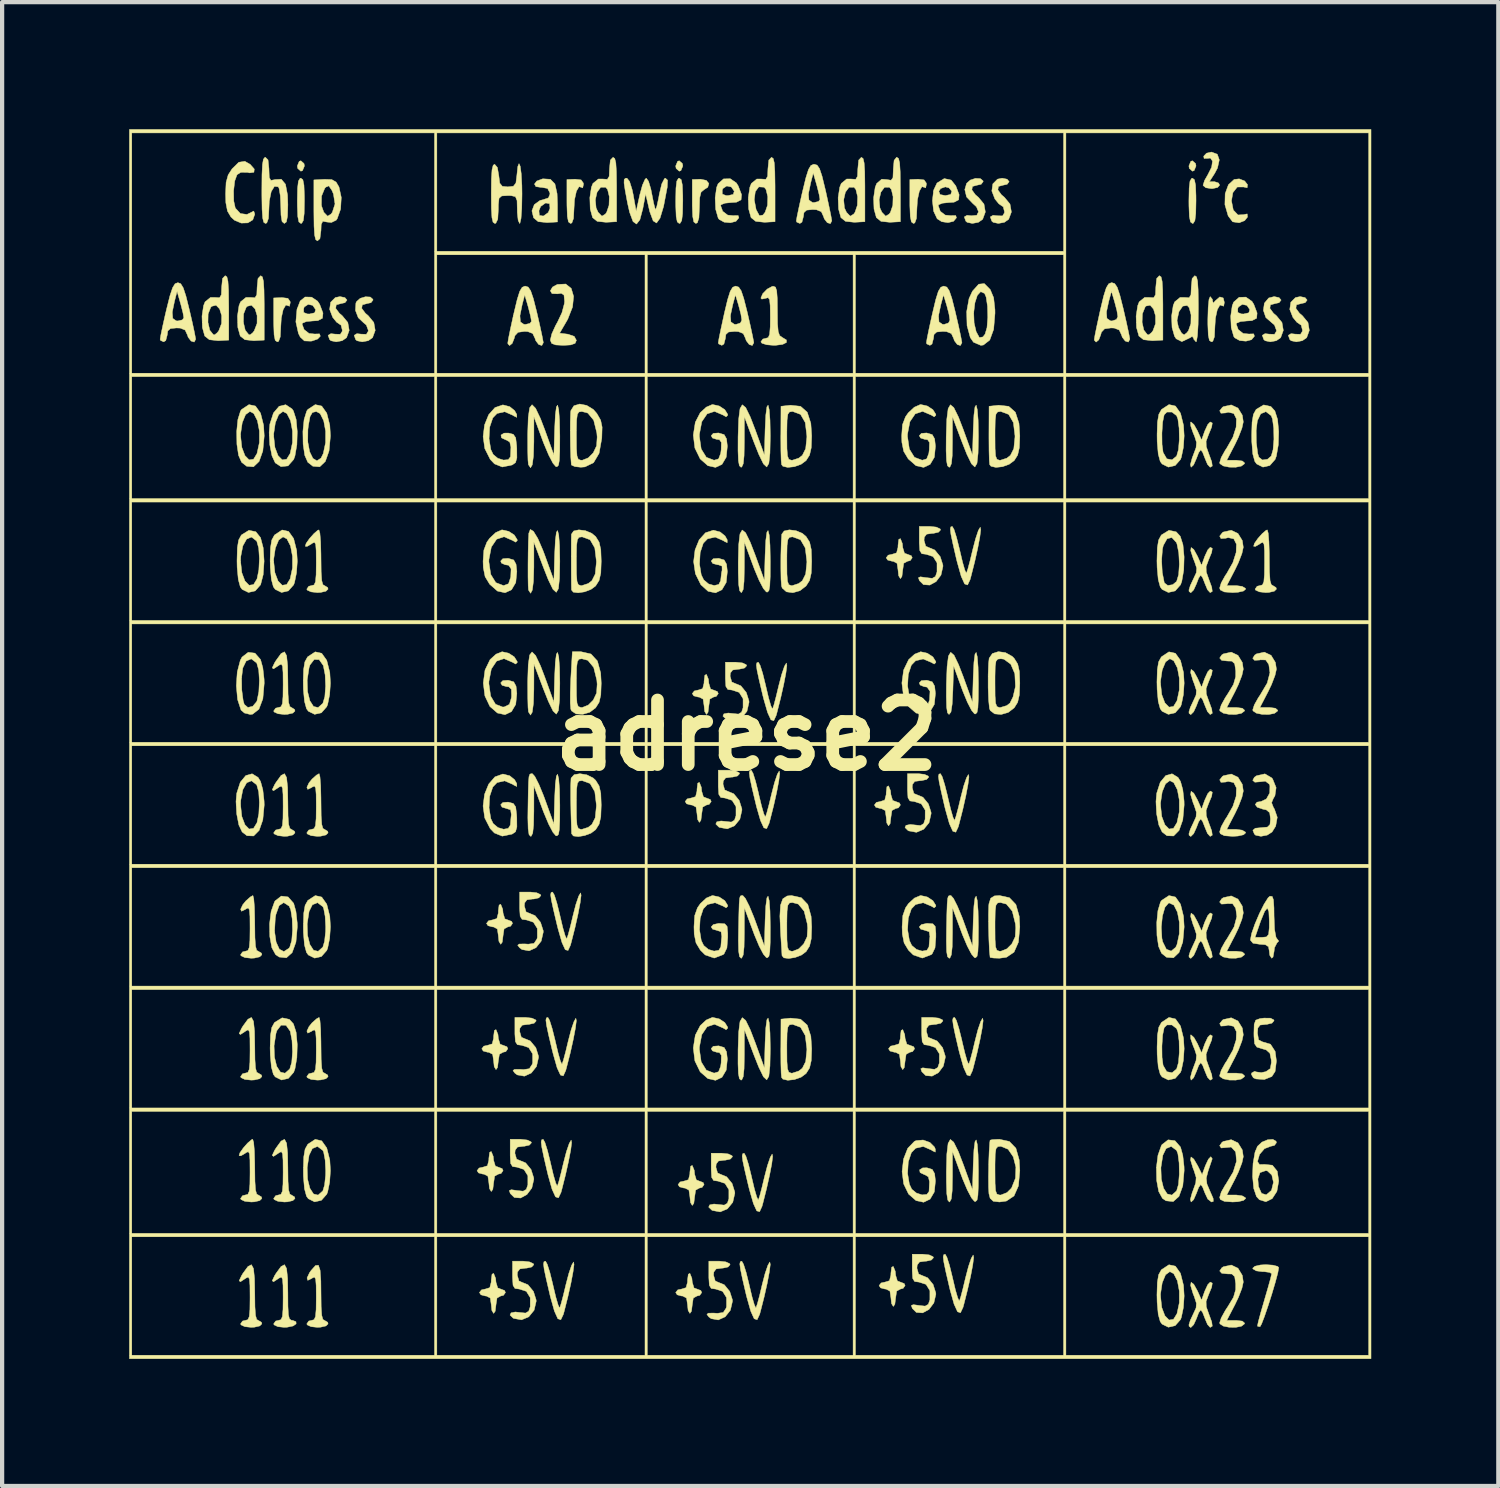
<source format=kicad_pcb>
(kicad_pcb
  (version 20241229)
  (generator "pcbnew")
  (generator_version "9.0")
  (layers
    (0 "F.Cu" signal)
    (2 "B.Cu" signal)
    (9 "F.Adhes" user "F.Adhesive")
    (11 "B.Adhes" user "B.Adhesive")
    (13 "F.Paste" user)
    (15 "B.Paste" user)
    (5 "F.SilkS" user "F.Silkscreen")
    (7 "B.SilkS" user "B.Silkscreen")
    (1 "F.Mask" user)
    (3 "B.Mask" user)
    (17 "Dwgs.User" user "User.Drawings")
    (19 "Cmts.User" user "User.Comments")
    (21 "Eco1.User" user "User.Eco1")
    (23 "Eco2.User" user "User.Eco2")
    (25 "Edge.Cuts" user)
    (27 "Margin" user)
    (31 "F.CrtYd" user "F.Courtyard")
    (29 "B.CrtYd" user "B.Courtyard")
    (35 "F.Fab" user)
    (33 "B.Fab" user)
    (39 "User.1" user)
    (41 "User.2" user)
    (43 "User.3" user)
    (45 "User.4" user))
  (footprint "adrese2"
    (layer "F.Cu")
    (at 14.575 14.308)
    (property "Reference" "adrese2" (at 0 0 0) (layer "F.SilkS") (effects (font (size 1.524 1.524) (thickness 0.3))))
    (attr through_hole)
    (fp_poly (pts (xy -10.449 -13.497) (xy -10.439 -13.44) (xy -10.484 -13.331) (xy -10.523 -13.317) (xy -10.597 -13.382) (xy -10.607 -13.44) (xy -10.562 -13.549) (xy -10.523 -13.563) (xy -10.449 -13.497)) (stroke (width 0.01) (type solid)) (fill yes) (layer "F.SilkS"))
    (fp_poly (pts (xy -1.517 -13.497) (xy -1.507 -13.44) (xy -1.552 -13.331) (xy -1.591 -13.317) (xy -1.665 -13.382) (xy -1.675 -13.44) (xy -1.63 -13.549) (xy -1.591 -13.563) (xy -1.517 -13.497)) (stroke (width 0.01) (type solid)) (fill yes) (layer "F.SilkS"))
    (fp_poly (pts (xy 10.597 -13.497) (xy 10.607 -13.44) (xy 10.562 -13.331) (xy 10.523 -13.317) (xy 10.449 -13.382) (xy 10.439 -13.44) (xy 10.484 -13.549) (xy 10.523 -13.563) (xy 10.597 -13.497)) (stroke (width 0.01) (type solid)) (fill yes) (layer "F.SilkS"))
    (fp_poly (pts (xy -10.476 -13.116) (xy -10.45 -12.989) (xy -10.44 -12.739) (xy -10.439 -12.618) (xy -10.445 -12.318) (xy -10.465 -12.152) (xy -10.504 -12.087) (xy -10.523 -12.083) (xy -10.57 -12.119) (xy -10.596 -12.247) (xy -10.606 -12.497) (xy -10.607 -12.618) (xy -10.601 -12.917) (xy -10.581 -13.084) (xy -10.542 -13.148) (xy -10.523 -13.152) (xy -10.476 -13.116)) (stroke (width 0.01) (type solid)) (fill yes) (layer "F.SilkS"))
    (fp_poly (pts (xy -1.544 -13.116) (xy -1.518 -12.989) (xy -1.508 -12.739) (xy -1.507 -12.618) (xy -1.513 -12.318) (xy -1.533 -12.152) (xy -1.572 -12.087) (xy -1.591 -12.083) (xy -1.638 -12.119) (xy -1.664 -12.247) (xy -1.674 -12.497) (xy -1.675 -12.618) (xy -1.669 -12.917) (xy -1.649 -13.084) (xy -1.61 -13.148) (xy -1.591 -13.152) (xy -1.544 -13.116)) (stroke (width 0.01) (type solid)) (fill yes) (layer "F.SilkS"))
    (fp_poly (pts (xy -0.952 -13.1) (xy -0.892 -13.026) (xy -0.918 -12.938) (xy -1.005 -12.882) (xy -1.076 -12.823) (xy -1.109 -12.689) (xy -1.116 -12.461) (xy -1.127 -12.215) (xy -1.163 -12.101) (xy -1.2 -12.083) (xy -1.248 -12.12) (xy -1.274 -12.25) (xy -1.284 -12.504) (xy -1.284 -12.602) (xy -1.284 -13.12) (xy -1.089 -13.128) (xy -0.952 -13.1)) (stroke (width 0.01) (type solid)) (fill yes) (layer "F.SilkS"))
    (fp_poly (pts (xy 10.57 -13.116) (xy 10.596 -12.989) (xy 10.606 -12.739) (xy 10.607 -12.618) (xy 10.601 -12.318) (xy 10.581 -12.152) (xy 10.542 -12.087) (xy 10.523 -12.083) (xy 10.476 -12.119) (xy 10.45 -12.247) (xy 10.44 -12.497) (xy 10.439 -12.618) (xy 10.445 -12.917) (xy 10.465 -13.084) (xy 10.504 -13.148) (xy 10.523 -13.152) (xy 10.57 -13.116)) (stroke (width 0.01) (type solid)) (fill yes) (layer "F.SilkS"))
    (fp_poly (pts (xy -10.829 -10.316) (xy -10.776 -10.24) (xy -10.774 -10.212) (xy -10.792 -10.128) (xy -10.811 -10.137) (xy -10.878 -10.158) (xy -10.941 -10.05) (xy -10.985 -9.85) (xy -10.997 -9.649) (xy -11.009 -9.408) (xy -11.048 -9.301) (xy -11.081 -9.289) (xy -11.129 -9.325) (xy -11.155 -9.455) (xy -11.164 -9.71) (xy -11.165 -9.807) (xy -11.165 -10.325) (xy -10.969 -10.333) (xy -10.829 -10.316)) (stroke (width 0.01) (type solid)) (fill yes) (layer "F.SilkS"))
    (fp_poly (pts (xy -3.907 -13.111) (xy -3.854 -13.035) (xy -3.852 -13.007) (xy -3.87 -12.923) (xy -3.889 -12.932) (xy -3.956 -12.952) (xy -4.019 -12.845) (xy -4.063 -12.645) (xy -4.075 -12.443) (xy -4.087 -12.203) (xy -4.126 -12.096) (xy -4.159 -12.083) (xy -4.207 -12.12) (xy -4.233 -12.25) (xy -4.242 -12.504) (xy -4.243 -12.602) (xy -4.243 -13.12) (xy -4.047 -13.128) (xy -3.907 -13.111)) (stroke (width 0.01) (type solid)) (fill yes) (layer "F.SilkS"))
    (fp_poly (pts (xy 4.188 -13.111) (xy 4.241 -13.035) (xy 4.243 -13.007) (xy 4.225 -12.923) (xy 4.206 -12.932) (xy 4.138 -12.952) (xy 4.076 -12.845) (xy 4.032 -12.645) (xy 4.019 -12.443) (xy 4.008 -12.203) (xy 3.969 -12.096) (xy 3.936 -12.083) (xy 3.888 -12.12) (xy 3.862 -12.25) (xy 3.852 -12.504) (xy 3.852 -12.602) (xy 3.852 -13.12) (xy 4.047 -13.128) (xy 4.188 -13.111)) (stroke (width 0.01) (type solid)) (fill yes) (layer "F.SilkS"))
    (fp_poly (pts (xy 10.994 -10.293) (xy 10.997 -10.259) (xy 11.014 -10.201) (xy 11.064 -10.259) (xy 11.168 -10.349) (xy 11.25 -10.324) (xy 11.276 -10.22) (xy 11.26 -10.13) (xy 11.24 -10.137) (xy 11.172 -10.158) (xy 11.11 -10.05) (xy 11.066 -9.85) (xy 11.053 -9.649) (xy 11.042 -9.408) (xy 11.003 -9.301) (xy 10.969 -9.289) (xy 10.922 -9.324) (xy 10.896 -9.452) (xy 10.886 -9.702) (xy 10.886 -9.823) (xy 10.894 -10.102) (xy 10.914 -10.293) (xy 10.942 -10.357) (xy 10.994 -10.293)) (stroke (width 0.01) (type solid)) (fill yes) (layer "F.SilkS"))
    (fp_poly (pts (xy 11.755 -13.086) (xy 11.823 -13) (xy 11.823 -13) (xy 11.814 -12.926) (xy 11.727 -12.945) (xy 11.58 -12.943) (xy 11.477 -12.811) (xy 11.444 -12.618) (xy 11.487 -12.4) (xy 11.598 -12.284) (xy 11.727 -12.291) (xy 11.815 -12.309) (xy 11.823 -12.236) (xy 11.755 -12.15) (xy 11.627 -12.1) (xy 11.626 -12.099) (xy 11.472 -12.122) (xy 11.366 -12.262) (xy 11.289 -12.527) (xy 11.295 -12.786) (xy 11.372 -12.998) (xy 11.507 -13.122) (xy 11.626 -13.136) (xy 11.755 -13.086)) (stroke (width 0.01) (type solid)) (fill yes) (layer "F.SilkS"))
    (fp_poly (pts (xy 11.109 -13.718) (xy 11.157 -13.584) (xy 11.114 -13.392) (xy 11.049 -13.268) (xy 10.922 -13.07) (xy 11.043 -13.07) (xy 11.139 -13.038) (xy 11.165 -12.988) (xy 11.116 -12.933) (xy 10.995 -12.906) (xy 10.969 -12.906) (xy 10.84 -12.926) (xy 10.776 -12.977) (xy 10.774 -12.988) (xy 10.81 -13.101) (xy 10.886 -13.234) (xy 10.976 -13.413) (xy 10.996 -13.556) (xy 10.947 -13.627) (xy 10.883 -13.62) (xy 10.797 -13.618) (xy 10.789 -13.672) (xy 10.855 -13.742) (xy 10.973 -13.769) (xy 11.109 -13.718)) (stroke (width 0.01) (type solid)) (fill yes) (layer "F.SilkS"))
    (fp_poly (pts (xy -5.982 9.939) (xy -5.973 10.033) (xy -5.932 10.167) (xy -5.862 10.193) (xy -5.771 10.227) (xy -5.75 10.275) (xy -5.797 10.342) (xy -5.862 10.357) (xy -5.949 10.405) (xy -5.973 10.563) (xy -5.992 10.717) (xy -6.029 10.768) (xy -6.071 10.698) (xy -6.085 10.563) (xy -6.108 10.406) (xy -6.199 10.358) (xy -6.224 10.357) (xy -6.329 10.329) (xy -6.364 10.275) (xy -6.316 10.213) (xy -6.224 10.193) (xy -6.119 10.16) (xy -6.086 10.029) (xy -6.085 9.983) (xy -6.067 9.843) (xy -6.029 9.823) (xy -5.982 9.939)) (stroke (width 0.01) (type solid)) (fill yes) (layer "F.SilkS"))
    (fp_poly (pts (xy -5.926 12.816) (xy -5.917 12.91) (xy -5.876 13.044) (xy -5.806 13.07) (xy -5.715 13.104) (xy -5.694 13.152) (xy -5.741 13.219) (xy -5.806 13.234) (xy -5.893 13.282) (xy -5.917 13.44) (xy -5.936 13.594) (xy -5.973 13.645) (xy -6.015 13.575) (xy -6.029 13.44) (xy -6.052 13.283) (xy -6.143 13.235) (xy -6.169 13.234) (xy -6.273 13.206) (xy -6.308 13.152) (xy -6.26 13.09) (xy -6.169 13.07) (xy -6.063 13.037) (xy -6.03 12.906) (xy -6.029 12.86) (xy -6.011 12.72) (xy -5.973 12.7) (xy -5.926 12.816)) (stroke (width 0.01) (type solid)) (fill yes) (layer "F.SilkS"))
    (fp_poly (pts (xy -5.87 7.062) (xy -5.862 7.156) (xy -5.82 7.29) (xy -5.75 7.316) (xy -5.659 7.35) (xy -5.638 7.398) (xy -5.685 7.465) (xy -5.75 7.48) (xy -5.837 7.528) (xy -5.862 7.686) (xy -5.881 7.84) (xy -5.917 7.891) (xy -5.959 7.821) (xy -5.973 7.686) (xy -5.996 7.529) (xy -6.087 7.481) (xy -6.113 7.48) (xy -6.218 7.452) (xy -6.252 7.398) (xy -6.205 7.336) (xy -6.113 7.316) (xy -6.007 7.283) (xy -5.974 7.152) (xy -5.973 7.106) (xy -5.955 6.966) (xy -5.917 6.946) (xy -5.87 7.062)) (stroke (width 0.01) (type solid)) (fill yes) (layer "F.SilkS"))
    (fp_poly (pts (xy -5.759 4.103) (xy -5.75 4.197) (xy -5.709 4.331) (xy -5.638 4.357) (xy -5.548 4.391) (xy -5.527 4.439) (xy -5.573 4.506) (xy -5.638 4.521) (xy -5.726 4.569) (xy -5.75 4.727) (xy -5.769 4.881) (xy -5.806 4.932) (xy -5.848 4.862) (xy -5.862 4.727) (xy -5.885 4.57) (xy -5.975 4.522) (xy -6.001 4.521) (xy -6.106 4.493) (xy -6.141 4.439) (xy -6.093 4.377) (xy -6.001 4.357) (xy -5.896 4.324) (xy -5.862 4.193) (xy -5.862 4.146) (xy -5.844 4.006) (xy -5.806 3.987) (xy -5.759 4.103)) (stroke (width 0.01) (type solid)) (fill yes) (layer "F.SilkS"))
    (fp_poly (pts (xy -1.293 12.816) (xy -1.284 12.91) (xy -1.243 13.044) (xy -1.172 13.07) (xy -1.082 13.104) (xy -1.061 13.152) (xy -1.107 13.219) (xy -1.172 13.234) (xy -1.26 13.282) (xy -1.284 13.44) (xy -1.303 13.594) (xy -1.34 13.645) (xy -1.382 13.575) (xy -1.396 13.44) (xy -1.419 13.283) (xy -1.509 13.235) (xy -1.535 13.234) (xy -1.64 13.206) (xy -1.675 13.152) (xy -1.627 13.09) (xy -1.535 13.07) (xy -1.43 13.037) (xy -1.396 12.906) (xy -1.396 12.86) (xy -1.378 12.72) (xy -1.34 12.7) (xy -1.293 12.816)) (stroke (width 0.01) (type solid)) (fill yes) (layer "F.SilkS"))
    (fp_poly (pts (xy -1.237 10.268) (xy -1.228 10.362) (xy -1.187 10.496) (xy -1.116 10.522) (xy -1.026 10.556) (xy -1.005 10.604) (xy -1.052 10.671) (xy -1.116 10.686) (xy -1.204 10.734) (xy -1.228 10.892) (xy -1.247 11.046) (xy -1.284 11.097) (xy -1.326 11.027) (xy -1.34 10.892) (xy -1.363 10.735) (xy -1.454 10.687) (xy -1.479 10.686) (xy -1.584 10.658) (xy -1.619 10.604) (xy -1.571 10.542) (xy -1.479 10.522) (xy -1.374 10.489) (xy -1.341 10.358) (xy -1.34 10.311) (xy -1.322 10.171) (xy -1.284 10.152) (xy -1.237 10.268)) (stroke (width 0.01) (type solid)) (fill yes) (layer "F.SilkS"))
    (fp_poly (pts (xy -1.07 1.226) (xy -1.061 1.32) (xy -1.02 1.454) (xy -0.949 1.48) (xy -0.858 1.514) (xy -0.837 1.562) (xy -0.884 1.629) (xy -0.949 1.644) (xy -1.037 1.692) (xy -1.061 1.85) (xy -1.08 2.004) (xy -1.116 2.055) (xy -1.158 1.985) (xy -1.172 1.85) (xy -1.195 1.693) (xy -1.286 1.645) (xy -1.312 1.644) (xy -1.417 1.616) (xy -1.451 1.562) (xy -1.404 1.5) (xy -1.312 1.48) (xy -1.206 1.447) (xy -1.173 1.316) (xy -1.172 1.269) (xy -1.155 1.129) (xy -1.116 1.11) (xy -1.07 1.226)) (stroke (width 0.01) (type solid)) (fill yes) (layer "F.SilkS"))
    (fp_poly (pts (xy -0.902 -1.323) (xy -0.893 -1.228) (xy -0.852 -1.094) (xy -0.782 -1.069) (xy -0.691 -1.034) (xy -0.67 -0.986) (xy -0.717 -0.92) (xy -0.782 -0.904) (xy -0.869 -0.856) (xy -0.893 -0.699) (xy -0.912 -0.544) (xy -0.949 -0.493) (xy -0.991 -0.564) (xy -1.005 -0.699) (xy -1.028 -0.855) (xy -1.119 -0.903) (xy -1.144 -0.904) (xy -1.249 -0.932) (xy -1.284 -0.986) (xy -1.236 -1.048) (xy -1.144 -1.069) (xy -1.039 -1.102) (xy -1.006 -1.233) (xy -1.005 -1.279) (xy -0.987 -1.419) (xy -0.949 -1.439) (xy -0.902 -1.323)) (stroke (width 0.01) (type solid)) (fill yes) (layer "F.SilkS"))
    (fp_poly (pts (xy 3.396 1.308) (xy 3.405 1.402) (xy 3.446 1.536) (xy 3.517 1.562) (xy 3.608 1.596) (xy 3.629 1.644) (xy 3.582 1.711) (xy 3.517 1.726) (xy 3.429 1.774) (xy 3.405 1.932) (xy 3.386 2.086) (xy 3.349 2.137) (xy 3.307 2.067) (xy 3.294 1.932) (xy 3.271 1.775) (xy 3.18 1.727) (xy 3.154 1.726) (xy 3.049 1.698) (xy 3.015 1.644) (xy 3.062 1.582) (xy 3.154 1.562) (xy 3.259 1.529) (xy 3.293 1.398) (xy 3.294 1.351) (xy 3.311 1.212) (xy 3.349 1.192) (xy 3.396 1.308)) (stroke (width 0.01) (type solid)) (fill yes) (layer "F.SilkS"))
    (fp_poly (pts (xy 3.508 12.652) (xy 3.517 12.746) (xy 3.558 12.88) (xy 3.629 12.906) (xy 3.719 12.94) (xy 3.74 12.988) (xy 3.693 13.054) (xy 3.629 13.07) (xy 3.541 13.118) (xy 3.517 13.275) (xy 3.498 13.43) (xy 3.461 13.481) (xy 3.419 13.411) (xy 3.405 13.275) (xy 3.382 13.119) (xy 3.291 13.071) (xy 3.266 13.07) (xy 3.161 13.042) (xy 3.126 12.988) (xy 3.174 12.926) (xy 3.266 12.906) (xy 3.371 12.873) (xy 3.404 12.742) (xy 3.405 12.695) (xy 3.423 12.555) (xy 3.461 12.536) (xy 3.508 12.652)) (stroke (width 0.01) (type solid)) (fill yes) (layer "F.SilkS"))
    (fp_poly (pts (xy 3.675 -4.528) (xy 3.684 -4.434) (xy 3.725 -4.3) (xy 3.796 -4.274) (xy 3.887 -4.24) (xy 3.908 -4.192) (xy 3.861 -4.125) (xy 3.796 -4.11) (xy 3.708 -4.062) (xy 3.684 -3.905) (xy 3.665 -3.75) (xy 3.629 -3.699) (xy 3.587 -3.769) (xy 3.573 -3.905) (xy 3.55 -4.061) (xy 3.459 -4.109) (xy 3.433 -4.11) (xy 3.328 -4.138) (xy 3.294 -4.192) (xy 3.341 -4.254) (xy 3.433 -4.274) (xy 3.539 -4.307) (xy 3.572 -4.438) (xy 3.573 -4.485) (xy 3.59 -4.625) (xy 3.629 -4.644) (xy 3.675 -4.528)) (stroke (width 0.01) (type solid)) (fill yes) (layer "F.SilkS"))
    (fp_poly (pts (xy 3.731 7.062) (xy 3.74 7.156) (xy 3.781 7.29) (xy 3.852 7.316) (xy 3.943 7.35) (xy 3.964 7.398) (xy 3.917 7.465) (xy 3.852 7.48) (xy 3.764 7.528) (xy 3.74 7.686) (xy 3.721 7.84) (xy 3.684 7.891) (xy 3.642 7.821) (xy 3.629 7.686) (xy 3.606 7.529) (xy 3.515 7.481) (xy 3.489 7.48) (xy 3.384 7.452) (xy 3.349 7.398) (xy 3.397 7.336) (xy 3.489 7.316) (xy 3.594 7.283) (xy 3.628 7.152) (xy 3.629 7.106) (xy 3.646 6.966) (xy 3.684 6.946) (xy 3.731 7.062)) (stroke (width 0.01) (type solid)) (fill yes) (layer "F.SilkS"))
    (fp_poly (pts (xy 5.517 -13.142) (xy 5.58 -13.089) (xy 5.582 -13.07) (xy 5.535 -13.008) (xy 5.443 -12.988) (xy 5.329 -12.957) (xy 5.316 -12.875) (xy 5.401 -12.759) (xy 5.471 -12.7) (xy 5.602 -12.541) (xy 5.634 -12.354) (xy 5.571 -12.182) (xy 5.469 -12.11) (xy 5.327 -12.084) (xy 5.205 -12.11) (xy 5.173 -12.138) (xy 5.137 -12.238) (xy 5.202 -12.276) (xy 5.303 -12.265) (xy 5.432 -12.277) (xy 5.473 -12.359) (xy 5.424 -12.477) (xy 5.33 -12.563) (xy 5.191 -12.709) (xy 5.149 -12.884) (xy 5.192 -13.03) (xy 5.279 -13.108) (xy 5.402 -13.148) (xy 5.517 -13.142)) (stroke (width 0.01) (type solid)) (fill yes) (layer "F.SilkS"))
    (fp_poly (pts (xy 12.422 12.506) (xy 12.533 12.535) (xy 12.56 12.563) (xy 12.538 12.689) (xy 12.479 12.91) (xy 12.398 13.184) (xy 12.308 13.467) (xy 12.222 13.719) (xy 12.153 13.897) (xy 12.118 13.959) (xy 12.061 13.949) (xy 12.058 13.933) (xy 12.079 13.836) (xy 12.134 13.631) (xy 12.213 13.359) (xy 12.225 13.317) (xy 12.306 13.039) (xy 12.366 12.824) (xy 12.392 12.712) (xy 12.393 12.707) (xy 12.343 12.677) (xy 12.22 12.66) (xy 12.17 12.659) (xy 12.03 12.641) (xy 11.952 12.595) (xy 11.946 12.577) (xy 11.997 12.532) (xy 12.127 12.502) (xy 12.253 12.494) (xy 12.422 12.506)) (stroke (width 0.01) (type solid)) (fill yes) (layer "F.SilkS"))
    (fp_poly (pts (xy 12.567 -10.333) (xy 12.616 -10.275) (xy 12.616 -10.275) (xy 12.568 -10.213) (xy 12.477 -10.193) (xy 12.363 -10.162) (xy 12.35 -10.08) (xy 12.435 -9.964) (xy 12.505 -9.905) (xy 12.636 -9.746) (xy 12.668 -9.559) (xy 12.605 -9.387) (xy 12.503 -9.316) (xy 12.361 -9.289) (xy 12.239 -9.315) (xy 12.207 -9.343) (xy 12.171 -9.443) (xy 12.236 -9.482) (xy 12.337 -9.471) (xy 12.461 -9.467) (xy 12.504 -9.54) (xy 12.505 -9.562) (xy 12.458 -9.688) (xy 12.398 -9.738) (xy 12.255 -9.863) (xy 12.197 -10.033) (xy 12.221 -10.202) (xy 12.323 -10.324) (xy 12.451 -10.357) (xy 12.567 -10.333)) (stroke (width 0.01) (type solid)) (fill yes) (layer "F.SilkS"))
    (fp_poly (pts (xy -11.719 -13.478) (xy -11.623 -13.368) (xy -11.631 -13.292) (xy -11.733 -13.277) (xy -11.779 -13.288) (xy -11.939 -13.291) (xy -12.03 -13.234) (xy -12.084 -13.086) (xy -12.111 -12.854) (xy -12.107 -12.613) (xy -12.071 -12.447) (xy -11.952 -12.318) (xy -11.796 -12.296) (xy -11.719 -12.333) (xy -11.635 -12.376) (xy -11.611 -12.304) (xy -11.611 -12.301) (xy -11.658 -12.168) (xy -11.775 -12.097) (xy -11.93 -12.092) (xy -12.088 -12.158) (xy -12.173 -12.235) (xy -12.256 -12.376) (xy -12.294 -12.573) (xy -12.3 -12.782) (xy -12.288 -13.052) (xy -12.239 -13.229) (xy -12.148 -13.371) (xy -11.988 -13.528) (xy -11.845 -13.55) (xy -11.719 -13.478)) (stroke (width 0.01) (type solid)) (fill yes) (layer "F.SilkS"))
    (fp_poly (pts (xy -9.483 -10.333) (xy -9.434 -10.275) (xy -9.434 -10.275) (xy -9.482 -10.213) (xy -9.574 -10.193) (xy -9.688 -10.162) (xy -9.701 -10.08) (xy -9.615 -9.964) (xy -9.546 -9.905) (xy -9.415 -9.746) (xy -9.382 -9.559) (xy -9.445 -9.387) (xy -9.548 -9.316) (xy -9.689 -9.289) (xy -9.812 -9.315) (xy -9.844 -9.343) (xy -9.88 -9.443) (xy -9.815 -9.482) (xy -9.713 -9.471) (xy -9.591 -9.467) (xy -9.547 -9.538) (xy -9.546 -9.567) (xy -9.574 -9.682) (xy -9.602 -9.7) (xy -9.679 -9.753) (xy -9.771 -9.866) (xy -9.844 -10.055) (xy -9.82 -10.224) (xy -9.71 -10.334) (xy -9.6 -10.357) (xy -9.483 -10.333)) (stroke (width 0.01) (type solid)) (fill yes) (layer "F.SilkS"))
    (fp_poly (pts (xy -8.885 -10.347) (xy -8.823 -10.293) (xy -8.82 -10.275) (xy -8.868 -10.213) (xy -8.96 -10.193) (xy -9.073 -10.162) (xy -9.087 -10.08) (xy -9.001 -9.964) (xy -8.932 -9.905) (xy -8.801 -9.746) (xy -8.768 -9.559) (xy -8.831 -9.387) (xy -8.933 -9.316) (xy -9.075 -9.289) (xy -9.198 -9.315) (xy -9.23 -9.343) (xy -9.265 -9.443) (xy -9.201 -9.482) (xy -9.099 -9.471) (xy -8.976 -9.467) (xy -8.933 -9.54) (xy -8.932 -9.562) (xy -8.978 -9.686) (xy -9.044 -9.741) (xy -9.168 -9.858) (xy -9.235 -10.032) (xy -9.224 -10.205) (xy -9.208 -10.239) (xy -9.122 -10.316) (xy -8.999 -10.353) (xy -8.885 -10.347)) (stroke (width 0.01) (type solid)) (fill yes) (layer "F.SilkS"))
    (fp_poly (pts (xy -4.982 -1.884) (xy -4.867 -1.642) (xy -4.767 -1.381) (xy -4.55 -0.781) (xy -4.533 -1.377) (xy -4.516 -1.726) (xy -4.491 -1.918) (xy -4.463 -1.957) (xy -4.436 -1.851) (xy -4.417 -1.605) (xy -4.41 -1.233) (xy -4.418 -0.829) (xy -4.443 -0.585) (xy -4.493 -0.501) (xy -4.57 -0.574) (xy -4.681 -0.803) (xy -4.795 -1.089) (xy -5.021 -1.685) (xy -5.023 -1.089) (xy -5.033 -0.756) (xy -5.061 -0.548) (xy -5.102 -0.479) (xy -5.151 -0.555) (xy -5.161 -0.661) (xy -5.167 -0.888) (xy -5.169 -1.191) (xy -5.169 -1.273) (xy -5.156 -1.664) (xy -5.123 -1.896) (xy -5.066 -1.969) (xy -4.982 -1.884)) (stroke (width 0.01) (type solid)) (fill yes) (layer "F.SilkS"))
    (fp_poly (pts (xy -4.651 6.731) (xy -4.591 6.922) (xy -4.523 7.192) (xy -4.514 7.232) (xy -4.45 7.502) (xy -4.396 7.69) (xy -4.361 7.762) (xy -4.358 7.76) (xy -4.325 7.664) (xy -4.27 7.458) (xy -4.211 7.212) (xy -4.142 6.948) (xy -4.076 6.755) (xy -4.032 6.678) (xy -4.02 6.734) (xy -4.042 6.91) (xy -4.092 7.175) (xy -4.164 7.497) (xy -4.252 7.842) (xy -4.271 7.912) (xy -4.329 8.038) (xy -4.395 8.019) (xy -4.474 7.849) (xy -4.567 7.522) (xy -4.593 7.419) (xy -4.676 7.07) (xy -4.723 6.848) (xy -4.739 6.724) (xy -4.728 6.67) (xy -4.692 6.658) (xy -4.651 6.731)) (stroke (width 0.01) (type solid)) (fill yes) (layer "F.SilkS"))
    (fp_poly (pts (xy -4.141 -10.551) (xy -4.085 -10.362) (xy -4.11 -10.112) (xy -4.222 -9.827) (xy -4.247 -9.782) (xy -4.415 -9.494) (xy -4.217 -9.469) (xy -4.07 -9.418) (xy -4.019 -9.325) (xy -4.05 -9.253) (xy -4.156 -9.216) (xy -4.326 -9.206) (xy -4.508 -9.216) (xy -4.603 -9.252) (xy -4.633 -9.324) (xy -4.633 -9.339) (xy -4.599 -9.479) (xy -4.511 -9.673) (xy -4.466 -9.753) (xy -4.36 -9.977) (xy -4.303 -10.192) (xy -4.298 -10.246) (xy -4.312 -10.392) (xy -4.375 -10.435) (xy -4.466 -10.422) (xy -4.595 -10.428) (xy -4.634 -10.494) (xy -4.583 -10.582) (xy -4.469 -10.644) (xy -4.271 -10.654) (xy -4.141 -10.551)) (stroke (width 0.01) (type solid)) (fill yes) (layer "F.SilkS"))
    (fp_poly (pts (xy -0.023 -7.738) (xy 0.086 -7.515) (xy 0.201 -7.217) (xy 0.419 -6.617) (xy 0.435 -7.213) (xy 0.452 -7.562) (xy 0.478 -7.754) (xy 0.506 -7.794) (xy 0.532 -7.687) (xy 0.551 -7.441) (xy 0.558 -7.069) (xy 0.55 -6.664) (xy 0.524 -6.42) (xy 0.474 -6.335) (xy 0.396 -6.408) (xy 0.285 -6.636) (xy 0.17 -6.925) (xy -0.054 -7.521) (xy -0.055 -6.925) (xy -0.061 -6.6) (xy -0.08 -6.413) (xy -0.115 -6.335) (xy -0.134 -6.329) (xy -0.172 -6.364) (xy -0.195 -6.484) (xy -0.204 -6.718) (xy -0.203 -7.048) (xy -0.189 -7.461) (xy -0.157 -7.712) (xy -0.103 -7.804) (xy -0.023 -7.738)) (stroke (width 0.01) (type solid)) (fill yes) (layer "F.SilkS"))
    (fp_poly (pts (xy -0.023 6.729) (xy 0.086 6.952) (xy 0.201 7.251) (xy 0.419 7.85) (xy 0.435 7.254) (xy 0.452 6.905) (xy 0.478 6.713) (xy 0.506 6.674) (xy 0.532 6.78) (xy 0.551 7.026) (xy 0.558 7.398) (xy 0.55 7.803) (xy 0.524 8.047) (xy 0.474 8.132) (xy 0.396 8.06) (xy 0.285 7.831) (xy 0.17 7.542) (xy -0.054 6.946) (xy -0.055 7.542) (xy -0.061 7.867) (xy -0.08 8.055) (xy -0.115 8.132) (xy -0.134 8.138) (xy -0.172 8.104) (xy -0.195 7.983) (xy -0.204 7.749) (xy -0.203 7.419) (xy -0.189 7.006) (xy -0.157 6.755) (xy -0.103 6.663) (xy -0.023 6.729)) (stroke (width 0.01) (type solid)) (fill yes) (layer "F.SilkS"))
    (fp_poly (pts (xy -0.018 9.936) (xy 0.043 10.127) (xy 0.11 10.398) (xy 0.119 10.438) (xy 0.183 10.708) (xy 0.238 10.896) (xy 0.273 10.968) (xy 0.276 10.966) (xy 0.309 10.87) (xy 0.363 10.664) (xy 0.422 10.418) (xy 0.491 10.154) (xy 0.557 9.96) (xy 0.602 9.884) (xy 0.614 9.94) (xy 0.592 10.116) (xy 0.541 10.381) (xy 0.469 10.703) (xy 0.382 11.048) (xy 0.363 11.118) (xy 0.305 11.244) (xy 0.238 11.225) (xy 0.16 11.054) (xy 0.066 10.728) (xy 0.04 10.624) (xy -0.042 10.276) (xy -0.09 10.054) (xy -0.106 9.93) (xy -0.094 9.876) (xy -0.059 9.864) (xy -0.018 9.936)) (stroke (width 0.01) (type solid)) (fill yes) (layer "F.SilkS"))
    (fp_poly (pts (xy 0.15 0.894) (xy 0.21 1.085) (xy 0.278 1.356) (xy 0.286 1.396) (xy 0.351 1.666) (xy 0.405 1.854) (xy 0.44 1.926) (xy 0.443 1.924) (xy 0.476 1.828) (xy 0.531 1.622) (xy 0.59 1.376) (xy 0.659 1.112) (xy 0.724 0.918) (xy 0.769 0.842) (xy 0.781 0.898) (xy 0.759 1.074) (xy 0.709 1.339) (xy 0.637 1.66) (xy 0.549 2.006) (xy 0.53 2.076) (xy 0.472 2.202) (xy 0.406 2.183) (xy 0.327 2.012) (xy 0.233 1.686) (xy 0.208 1.582) (xy 0.125 1.234) (xy 0.078 1.012) (xy 0.062 0.888) (xy 0.073 0.834) (xy 0.108 0.822) (xy 0.15 0.894)) (stroke (width 0.01) (type solid)) (fill yes) (layer "F.SilkS"))
    (fp_poly (pts (xy 0.317 -1.654) (xy 0.378 -1.463) (xy 0.445 -1.192) (xy 0.454 -1.153) (xy 0.518 -0.883) (xy 0.573 -0.694) (xy 0.608 -0.622) (xy 0.611 -0.624) (xy 0.644 -0.72) (xy 0.698 -0.926) (xy 0.757 -1.172) (xy 0.826 -1.436) (xy 0.892 -1.63) (xy 0.937 -1.706) (xy 0.949 -1.651) (xy 0.927 -1.474) (xy 0.876 -1.209) (xy 0.804 -0.888) (xy 0.717 -0.543) (xy 0.698 -0.473) (xy 0.64 -0.346) (xy 0.573 -0.366) (xy 0.495 -0.536) (xy 0.401 -0.862) (xy 0.375 -0.966) (xy 0.293 -1.314) (xy 0.245 -1.537) (xy 0.229 -1.661) (xy 0.241 -1.714) (xy 0.276 -1.726) (xy 0.317 -1.654)) (stroke (width 0.01) (type solid)) (fill yes) (layer "F.SilkS"))
    (fp_poly (pts (xy 4.889 -7.738) (xy 4.999 -7.515) (xy 5.114 -7.217) (xy 5.331 -6.617) (xy 5.348 -7.213) (xy 5.365 -7.562) (xy 5.39 -7.754) (xy 5.418 -7.794) (xy 5.444 -7.687) (xy 5.464 -7.441) (xy 5.471 -7.069) (xy 5.463 -6.664) (xy 5.437 -6.42) (xy 5.387 -6.335) (xy 5.308 -6.408) (xy 5.197 -6.636) (xy 5.083 -6.925) (xy 4.858 -7.521) (xy 4.857 -6.925) (xy 4.852 -6.6) (xy 4.833 -6.413) (xy 4.798 -6.335) (xy 4.779 -6.329) (xy 4.74 -6.364) (xy 4.718 -6.484) (xy 4.708 -6.718) (xy 4.71 -7.048) (xy 4.724 -7.461) (xy 4.756 -7.712) (xy 4.809 -7.804) (xy 4.889 -7.738)) (stroke (width 0.01) (type solid)) (fill yes) (layer "F.SilkS"))
    (fp_poly (pts (xy 6.148 -13.128) (xy 6.196 -13.07) (xy 6.196 -13.07) (xy 6.149 -13.008) (xy 6.057 -12.988) (xy 5.943 -12.957) (xy 5.93 -12.875) (xy 6.015 -12.759) (xy 6.085 -12.7) (xy 6.216 -12.541) (xy 6.249 -12.354) (xy 6.185 -12.182) (xy 6.083 -12.11) (xy 5.941 -12.084) (xy 5.819 -12.11) (xy 5.787 -12.138) (xy 5.751 -12.238) (xy 5.816 -12.276) (xy 5.917 -12.265) (xy 6.04 -12.261) (xy 6.083 -12.332) (xy 6.085 -12.362) (xy 6.057 -12.477) (xy 6.029 -12.494) (xy 5.952 -12.548) (xy 5.86 -12.661) (xy 5.787 -12.85) (xy 5.811 -13.018) (xy 5.921 -13.129) (xy 6.031 -13.152) (xy 6.148 -13.128)) (stroke (width 0.01) (type solid)) (fill yes) (layer "F.SilkS"))
    (fp_poly (pts (xy 13.182 -10.333) (xy 13.23 -10.275) (xy 13.23 -10.275) (xy 13.183 -10.213) (xy 13.091 -10.193) (xy 12.977 -10.162) (xy 12.964 -10.08) (xy 13.049 -9.964) (xy 13.119 -9.905) (xy 13.25 -9.746) (xy 13.282 -9.559) (xy 13.219 -9.387) (xy 13.117 -9.316) (xy 12.975 -9.289) (xy 12.853 -9.315) (xy 12.821 -9.343) (xy 12.785 -9.443) (xy 12.85 -9.482) (xy 12.951 -9.471) (xy 13.074 -9.467) (xy 13.117 -9.538) (xy 13.119 -9.567) (xy 13.09 -9.682) (xy 13.063 -9.7) (xy 12.986 -9.753) (xy 12.894 -9.866) (xy 12.82 -10.055) (xy 12.845 -10.224) (xy 12.955 -10.334) (xy 13.065 -10.357) (xy 13.182 -10.333)) (stroke (width 0.01) (type solid)) (fill yes) (layer "F.SilkS"))
    (fp_poly (pts (xy -4.763 9.608) (xy -4.702 9.799) (xy -4.635 10.069) (xy -4.626 10.109) (xy -4.562 10.379) (xy -4.507 10.567) (xy -4.472 10.639) (xy -4.469 10.637) (xy -4.436 10.541) (xy -4.382 10.335) (xy -4.323 10.089) (xy -4.254 9.825) (xy -4.188 9.632) (xy -4.143 9.555) (xy -4.131 9.611) (xy -4.153 9.787) (xy -4.204 10.052) (xy -4.276 10.374) (xy -4.363 10.719) (xy -4.382 10.789) (xy -4.443 10.917) (xy -4.512 10.894) (xy -4.594 10.714) (xy -4.689 10.376) (xy -4.708 10.296) (xy -4.789 9.947) (xy -4.835 9.725) (xy -4.851 9.601) (xy -4.839 9.547) (xy -4.804 9.535) (xy -4.804 9.535) (xy -4.763 9.608)) (stroke (width 0.01) (type solid)) (fill yes) (layer "F.SilkS"))
    (fp_poly (pts (xy -4.707 12.485) (xy -4.646 12.676) (xy -4.579 12.946) (xy -4.57 12.986) (xy -4.506 13.256) (xy -4.451 13.444) (xy -4.417 13.516) (xy -4.413 13.514) (xy -4.381 13.418) (xy -4.326 13.212) (xy -4.267 12.966) (xy -4.198 12.702) (xy -4.132 12.509) (xy -4.087 12.432) (xy -4.075 12.488) (xy -4.098 12.664) (xy -4.148 12.93) (xy -4.22 13.251) (xy -4.307 13.596) (xy -4.326 13.666) (xy -4.387 13.795) (xy -4.457 13.771) (xy -4.538 13.591) (xy -4.633 13.253) (xy -4.652 13.173) (xy -4.733 12.824) (xy -4.78 12.602) (xy -4.795 12.478) (xy -4.784 12.424) (xy -4.748 12.412) (xy -4.748 12.412) (xy -4.707 12.485)) (stroke (width 0.01) (type solid)) (fill yes) (layer "F.SilkS"))
    (fp_poly (pts (xy -4.539 3.771) (xy -4.479 3.962) (xy -4.412 4.233) (xy -4.403 4.273) (xy -4.339 4.543) (xy -4.284 4.731) (xy -4.249 4.803) (xy -4.246 4.801) (xy -4.213 4.705) (xy -4.158 4.499) (xy -4.099 4.253) (xy -4.031 3.989) (xy -3.965 3.795) (xy -3.92 3.719) (xy -3.908 3.775) (xy -3.93 3.951) (xy -3.98 4.216) (xy -4.052 4.537) (xy -4.14 4.883) (xy -4.159 4.953) (xy -4.216 5.078) (xy -4.282 5.06) (xy -4.359 4.892) (xy -4.452 4.569) (xy -4.48 4.456) (xy -4.562 4.109) (xy -4.61 3.888) (xy -4.627 3.765) (xy -4.617 3.711) (xy -4.584 3.699) (xy -4.581 3.699) (xy -4.539 3.771)) (stroke (width 0.01) (type solid)) (fill yes) (layer "F.SilkS"))
    (fp_poly (pts (xy -0.074 12.485) (xy -0.013 12.676) (xy 0.054 12.946) (xy 0.063 12.986) (xy 0.127 13.256) (xy 0.182 13.444) (xy 0.217 13.516) (xy 0.22 13.514) (xy 0.253 13.418) (xy 0.308 13.212) (xy 0.366 12.966) (xy 0.435 12.702) (xy 0.501 12.509) (xy 0.546 12.432) (xy 0.558 12.488) (xy 0.536 12.664) (xy 0.486 12.93) (xy 0.414 13.251) (xy 0.326 13.596) (xy 0.307 13.666) (xy 0.247 13.795) (xy 0.177 13.771) (xy 0.096 13.591) (xy 0.000455 13.253) (xy -0.019 13.173) (xy -0.1 12.824) (xy -0.146 12.602) (xy -0.162 12.478) (xy -0.15 12.424) (xy -0.115 12.412) (xy -0.115 12.412) (xy -0.074 12.485)) (stroke (width 0.01) (type solid)) (fill yes) (layer "F.SilkS"))
    (fp_poly (pts (xy 4.616 0.977) (xy 4.676 1.168) (xy 4.744 1.438) (xy 4.752 1.478) (xy 4.817 1.748) (xy 4.871 1.936) (xy 4.906 2.008) (xy 4.909 2.006) (xy 4.942 1.91) (xy 4.997 1.704) (xy 5.056 1.458) (xy 5.124 1.194) (xy 5.19 1.001) (xy 5.235 0.924) (xy 5.247 0.98) (xy 5.225 1.156) (xy 5.175 1.421) (xy 5.103 1.743) (xy 5.015 2.088) (xy 4.996 2.158) (xy 4.936 2.286) (xy 4.866 2.263) (xy 4.785 2.083) (xy 4.69 1.745) (xy 4.67 1.665) (xy 4.59 1.316) (xy 4.543 1.094) (xy 4.527 0.97) (xy 4.539 0.916) (xy 4.574 0.904) (xy 4.574 0.904) (xy 4.616 0.977)) (stroke (width 0.01) (type solid)) (fill yes) (layer "F.SilkS"))
    (fp_poly (pts (xy 4.727 12.32) (xy 4.788 12.511) (xy 4.855 12.782) (xy 4.864 12.821) (xy 4.928 13.092) (xy 4.983 13.28) (xy 5.018 13.352) (xy 5.021 13.35) (xy 5.054 13.254) (xy 5.108 13.048) (xy 5.167 12.802) (xy 5.236 12.538) (xy 5.302 12.344) (xy 5.347 12.268) (xy 5.359 12.323) (xy 5.337 12.5) (xy 5.287 12.765) (xy 5.214 13.086) (xy 5.127 13.431) (xy 5.108 13.501) (xy 5.047 13.63) (xy 4.978 13.606) (xy 4.896 13.427) (xy 4.801 13.089) (xy 4.782 13.008) (xy 4.701 12.659) (xy 4.655 12.437) (xy 4.639 12.313) (xy 4.651 12.26) (xy 4.686 12.248) (xy 4.686 12.248) (xy 4.727 12.32)) (stroke (width 0.01) (type solid)) (fill yes) (layer "F.SilkS"))
    (fp_poly (pts (xy 4.895 -4.86) (xy 4.955 -4.669) (xy 5.023 -4.398) (xy 5.032 -4.359) (xy 5.096 -4.088) (xy 5.15 -3.9) (xy 5.185 -3.828) (xy 5.188 -3.83) (xy 5.221 -3.926) (xy 5.276 -4.132) (xy 5.335 -4.378) (xy 5.404 -4.642) (xy 5.469 -4.836) (xy 5.514 -4.912) (xy 5.526 -4.857) (xy 5.504 -4.68) (xy 5.454 -4.415) (xy 5.382 -4.094) (xy 5.294 -3.748) (xy 5.275 -3.678) (xy 5.215 -3.55) (xy 5.145 -3.574) (xy 5.064 -3.753) (xy 4.969 -4.091) (xy 4.949 -4.172) (xy 4.869 -4.52) (xy 4.822 -4.743) (xy 4.807 -4.867) (xy 4.818 -4.92) (xy 4.853 -4.932) (xy 4.853 -4.932) (xy 4.895 -4.86)) (stroke (width 0.01) (type solid)) (fill yes) (layer "F.SilkS"))
    (fp_poly (pts (xy 4.951 6.731) (xy 5.011 6.922) (xy 5.079 7.192) (xy 5.087 7.232) (xy 5.152 7.502) (xy 5.206 7.69) (xy 5.241 7.762) (xy 5.244 7.76) (xy 5.277 7.664) (xy 5.332 7.458) (xy 5.391 7.212) (xy 5.459 6.948) (xy 5.525 6.755) (xy 5.57 6.678) (xy 5.582 6.734) (xy 5.56 6.91) (xy 5.51 7.175) (xy 5.438 7.497) (xy 5.35 7.842) (xy 5.331 7.912) (xy 5.271 8.04) (xy 5.201 8.017) (xy 5.12 7.837) (xy 5.025 7.499) (xy 5.005 7.419) (xy 4.924 7.07) (xy 4.878 6.848) (xy 4.862 6.724) (xy 4.874 6.67) (xy 4.909 6.658) (xy 4.909 6.658) (xy 4.951 6.731)) (stroke (width 0.01) (type solid)) (fill yes) (layer "F.SilkS"))
    (fp_poly (pts (xy 11.597 -7.726) (xy 11.7 -7.557) (xy 11.723 -7.398) (xy 11.691 -7.252) (xy 11.607 -7.036) (xy 11.528 -6.87) (xy 11.333 -6.494) (xy 11.559 -6.494) (xy 11.701 -6.476) (xy 11.754 -6.43) (xy 11.751 -6.412) (xy 11.678 -6.356) (xy 11.544 -6.329) (xy 11.389 -6.331) (xy 11.252 -6.359) (xy 11.172 -6.412) (xy 11.165 -6.437) (xy 11.202 -6.559) (xy 11.296 -6.728) (xy 11.33 -6.778) (xy 11.477 -7.036) (xy 11.554 -7.276) (xy 11.561 -7.472) (xy 11.498 -7.598) (xy 11.366 -7.628) (xy 11.305 -7.611) (xy 11.196 -7.604) (xy 11.166 -7.662) (xy 11.23 -7.744) (xy 11.253 -7.759) (xy 11.438 -7.8) (xy 11.597 -7.726)) (stroke (width 0.01) (type solid)) (fill yes) (layer "F.SilkS"))
    (fp_poly (pts (xy 11.597 -4.766) (xy 11.7 -4.598) (xy 11.723 -4.439) (xy 11.691 -4.293) (xy 11.607 -4.076) (xy 11.528 -3.911) (xy 11.333 -3.535) (xy 11.556 -3.535) (xy 11.696 -3.516) (xy 11.773 -3.471) (xy 11.779 -3.452) (xy 11.728 -3.407) (xy 11.598 -3.378) (xy 11.472 -3.37) (xy 11.277 -3.385) (xy 11.18 -3.432) (xy 11.165 -3.478) (xy 11.202 -3.6) (xy 11.296 -3.769) (xy 11.33 -3.818) (xy 11.477 -4.077) (xy 11.554 -4.317) (xy 11.561 -4.513) (xy 11.498 -4.639) (xy 11.366 -4.668) (xy 11.305 -4.652) (xy 11.196 -4.645) (xy 11.166 -4.703) (xy 11.23 -4.785) (xy 11.253 -4.8) (xy 11.438 -4.841) (xy 11.597 -4.766)) (stroke (width 0.01) (type solid)) (fill yes) (layer "F.SilkS"))
    (fp_poly (pts (xy 11.597 -1.889) (xy 11.7 -1.721) (xy 11.723 -1.562) (xy 11.691 -1.416) (xy 11.607 -1.199) (xy 11.528 -1.034) (xy 11.333 -0.658) (xy 11.559 -0.658) (xy 11.701 -0.64) (xy 11.754 -0.593) (xy 11.751 -0.575) (xy 11.678 -0.52) (xy 11.544 -0.493) (xy 11.39 -0.495) (xy 11.253 -0.523) (xy 11.172 -0.575) (xy 11.165 -0.6) (xy 11.202 -0.716) (xy 11.298 -0.891) (xy 11.363 -0.99) (xy 11.491 -1.202) (xy 11.543 -1.384) (xy 11.544 -1.52) (xy 11.52 -1.69) (xy 11.454 -1.752) (xy 11.346 -1.755) (xy 11.213 -1.77) (xy 11.166 -1.825) (xy 11.216 -1.899) (xy 11.253 -1.923) (xy 11.438 -1.964) (xy 11.597 -1.889)) (stroke (width 0.01) (type solid)) (fill yes) (layer "F.SilkS"))
    (fp_poly (pts (xy 11.597 0.988) (xy 11.7 1.156) (xy 11.723 1.315) (xy 11.691 1.461) (xy 11.607 1.678) (xy 11.528 1.843) (xy 11.333 2.219) (xy 11.556 2.219) (xy 11.696 2.238) (xy 11.773 2.283) (xy 11.779 2.302) (xy 11.728 2.347) (xy 11.598 2.376) (xy 11.472 2.384) (xy 11.277 2.369) (xy 11.18 2.322) (xy 11.165 2.276) (xy 11.202 2.155) (xy 11.296 1.985) (xy 11.33 1.936) (xy 11.477 1.677) (xy 11.554 1.437) (xy 11.561 1.241) (xy 11.498 1.115) (xy 11.366 1.086) (xy 11.305 1.102) (xy 11.196 1.109) (xy 11.166 1.051) (xy 11.23 0.969) (xy 11.253 0.954) (xy 11.438 0.913) (xy 11.597 0.988)) (stroke (width 0.01) (type solid)) (fill yes) (layer "F.SilkS"))
    (fp_poly (pts (xy 11.597 3.865) (xy 11.7 4.033) (xy 11.723 4.192) (xy 11.691 4.338) (xy 11.607 4.555) (xy 11.528 4.72) (xy 11.333 5.096) (xy 11.559 5.096) (xy 11.701 5.114) (xy 11.754 5.161) (xy 11.751 5.179) (xy 11.678 5.235) (xy 11.544 5.261) (xy 11.389 5.259) (xy 11.252 5.231) (xy 11.172 5.179) (xy 11.165 5.153) (xy 11.203 5.033) (xy 11.297 4.864) (xy 11.338 4.804) (xy 11.506 4.52) (xy 11.571 4.275) (xy 11.544 4.081) (xy 11.471 3.974) (xy 11.344 3.971) (xy 11.327 3.976) (xy 11.208 3.983) (xy 11.164 3.934) (xy 11.213 3.858) (xy 11.253 3.831) (xy 11.438 3.79) (xy 11.597 3.865)) (stroke (width 0.01) (type solid)) (fill yes) (layer "F.SilkS"))
    (fp_poly (pts (xy 11.597 6.742) (xy 11.7 6.91) (xy 11.723 7.069) (xy 11.691 7.215) (xy 11.607 7.432) (xy 11.528 7.597) (xy 11.333 7.973) (xy 11.559 7.973) (xy 11.701 7.991) (xy 11.754 8.038) (xy 11.751 8.056) (xy 11.678 8.112) (xy 11.544 8.138) (xy 11.389 8.136) (xy 11.252 8.108) (xy 11.172 8.056) (xy 11.165 8.03) (xy 11.202 7.909) (xy 11.296 7.739) (xy 11.33 7.69) (xy 11.477 7.431) (xy 11.554 7.191) (xy 11.561 6.995) (xy 11.498 6.869) (xy 11.366 6.84) (xy 11.305 6.856) (xy 11.196 6.863) (xy 11.166 6.805) (xy 11.23 6.723) (xy 11.253 6.708) (xy 11.438 6.667) (xy 11.597 6.742)) (stroke (width 0.01) (type solid)) (fill yes) (layer "F.SilkS"))
    (fp_poly (pts (xy 11.597 9.619) (xy 11.7 9.787) (xy 11.723 9.946) (xy 11.691 10.092) (xy 11.607 10.309) (xy 11.528 10.474) (xy 11.333 10.85) (xy 11.556 10.85) (xy 11.696 10.869) (xy 11.773 10.914) (xy 11.779 10.933) (xy 11.728 10.978) (xy 11.598 11.008) (xy 11.472 11.015) (xy 11.278 11.001) (xy 11.181 10.955) (xy 11.165 10.906) (xy 11.203 10.78) (xy 11.295 10.618) (xy 11.31 10.598) (xy 11.484 10.308) (xy 11.563 10.053) (xy 11.545 9.847) (xy 11.534 9.822) (xy 11.437 9.718) (xy 11.313 9.73) (xy 11.201 9.74) (xy 11.165 9.686) (xy 11.22 9.607) (xy 11.253 9.585) (xy 11.438 9.544) (xy 11.597 9.619)) (stroke (width 0.01) (type solid)) (fill yes) (layer "F.SilkS"))
    (fp_poly (pts (xy 11.597 12.578) (xy 11.7 12.747) (xy 11.723 12.905) (xy 11.691 13.051) (xy 11.607 13.268) (xy 11.528 13.434) (xy 11.333 13.81) (xy 11.559 13.81) (xy 11.701 13.827) (xy 11.754 13.874) (xy 11.751 13.892) (xy 11.678 13.948) (xy 11.544 13.974) (xy 11.39 13.972) (xy 11.253 13.945) (xy 11.172 13.892) (xy 11.165 13.867) (xy 11.202 13.751) (xy 11.298 13.576) (xy 11.363 13.477) (xy 11.491 13.265) (xy 11.543 13.084) (xy 11.544 12.947) (xy 11.52 12.777) (xy 11.454 12.715) (xy 11.346 12.712) (xy 11.213 12.697) (xy 11.166 12.643) (xy 11.216 12.568) (xy 11.253 12.544) (xy 11.438 12.503) (xy 11.597 12.578)) (stroke (width 0.01) (type solid)) (fill yes) (layer "F.SilkS"))
    (fp_poly (pts (xy 12.379 -1.889) (xy 12.481 -1.721) (xy 12.505 -1.562) (xy 12.472 -1.416) (xy 12.389 -1.199) (xy 12.31 -1.034) (xy 12.115 -0.658) (xy 12.341 -0.658) (xy 12.482 -0.64) (xy 12.536 -0.593) (xy 12.533 -0.575) (xy 12.459 -0.519) (xy 12.326 -0.493) (xy 12.171 -0.495) (xy 12.034 -0.523) (xy 11.954 -0.576) (xy 11.946 -0.601) (xy 11.984 -0.721) (xy 12.079 -0.89) (xy 12.12 -0.95) (xy 12.288 -1.234) (xy 12.352 -1.479) (xy 12.325 -1.673) (xy 12.252 -1.78) (xy 12.125 -1.783) (xy 12.109 -1.778) (xy 11.989 -1.771) (xy 11.946 -1.82) (xy 11.994 -1.896) (xy 12.035 -1.923) (xy 12.22 -1.964) (xy 12.379 -1.889)) (stroke (width 0.01) (type solid)) (fill yes) (layer "F.SilkS"))
    (fp_poly (pts (xy -11.641 6.75) (xy -11.617 6.984) (xy -11.611 7.316) (xy -11.607 7.653) (xy -11.593 7.856) (xy -11.565 7.953) (xy -11.528 7.973) (xy -11.453 8.018) (xy -11.444 8.056) (xy -11.494 8.105) (xy -11.62 8.134) (xy -11.695 8.138) (xy -11.845 8.122) (xy -11.935 8.08) (xy -11.946 8.056) (xy -11.9 7.989) (xy -11.835 7.973) (xy -11.774 7.957) (xy -11.741 7.883) (xy -11.726 7.716) (xy -11.723 7.436) (xy -11.725 7.151) (xy -11.737 6.999) (xy -11.766 6.95) (xy -11.818 6.974) (xy -11.831 6.984) (xy -11.95 7.062) (xy -11.98 7.038) (xy -11.922 6.915) (xy -11.891 6.864) (xy -11.771 6.7) (xy -11.69 6.659) (xy -11.641 6.75)) (stroke (width 0.01) (type solid)) (fill yes) (layer "F.SilkS"))
    (fp_poly (pts (xy -11.641 12.586) (xy -11.617 12.82) (xy -11.611 13.152) (xy -11.607 13.49) (xy -11.593 13.692) (xy -11.565 13.789) (xy -11.528 13.81) (xy -11.453 13.854) (xy -11.444 13.892) (xy -11.494 13.941) (xy -11.62 13.97) (xy -11.695 13.974) (xy -11.845 13.958) (xy -11.935 13.916) (xy -11.946 13.892) (xy -11.9 13.825) (xy -11.835 13.81) (xy -11.774 13.793) (xy -11.741 13.719) (xy -11.726 13.552) (xy -11.723 13.273) (xy -11.725 12.987) (xy -11.737 12.835) (xy -11.766 12.786) (xy -11.818 12.811) (xy -11.831 12.82) (xy -11.95 12.898) (xy -11.98 12.874) (xy -11.922 12.751) (xy -11.891 12.7) (xy -11.771 12.537) (xy -11.69 12.495) (xy -11.641 12.586)) (stroke (width 0.01) (type solid)) (fill yes) (layer "F.SilkS"))
    (fp_poly (pts (xy -10.86 -1.881) (xy -10.836 -1.648) (xy -10.83 -1.315) (xy -10.826 -0.978) (xy -10.812 -0.775) (xy -10.783 -0.679) (xy -10.746 -0.658) (xy -10.672 -0.613) (xy -10.662 -0.575) (xy -10.712 -0.526) (xy -10.839 -0.497) (xy -10.914 -0.493) (xy -11.063 -0.51) (xy -11.153 -0.551) (xy -11.165 -0.575) (xy -11.118 -0.642) (xy -11.053 -0.658) (xy -10.993 -0.674) (xy -10.959 -0.748) (xy -10.945 -0.915) (xy -10.942 -1.195) (xy -10.944 -1.48) (xy -10.956 -1.632) (xy -10.984 -1.681) (xy -11.037 -1.657) (xy -11.05 -1.647) (xy -11.168 -1.57) (xy -11.199 -1.593) (xy -11.141 -1.716) (xy -11.109 -1.767) (xy -10.99 -1.931) (xy -10.909 -1.972) (xy -10.86 -1.881)) (stroke (width 0.01) (type solid)) (fill yes) (layer "F.SilkS"))
    (fp_poly (pts (xy -10.86 0.996) (xy -10.836 1.229) (xy -10.83 1.562) (xy -10.826 1.899) (xy -10.812 2.102) (xy -10.783 2.198) (xy -10.746 2.219) (xy -10.672 2.264) (xy -10.662 2.302) (xy -10.712 2.351) (xy -10.839 2.38) (xy -10.914 2.384) (xy -11.063 2.367) (xy -11.153 2.326) (xy -11.165 2.302) (xy -11.118 2.235) (xy -11.053 2.219) (xy -10.993 2.203) (xy -10.959 2.129) (xy -10.945 1.962) (xy -10.942 1.682) (xy -10.944 1.397) (xy -10.956 1.245) (xy -10.984 1.196) (xy -11.037 1.22) (xy -11.05 1.23) (xy -11.168 1.307) (xy -11.199 1.284) (xy -11.141 1.161) (xy -11.109 1.11) (xy -10.99 0.946) (xy -10.909 0.905) (xy -10.86 0.996)) (stroke (width 0.01) (type solid)) (fill yes) (layer "F.SilkS"))
    (fp_poly (pts (xy -10.86 9.627) (xy -10.836 9.861) (xy -10.83 10.193) (xy -10.826 10.53) (xy -10.812 10.733) (xy -10.783 10.83) (xy -10.746 10.85) (xy -10.672 10.895) (xy -10.662 10.933) (xy -10.712 10.982) (xy -10.839 11.011) (xy -10.914 11.015) (xy -11.063 10.999) (xy -11.153 10.957) (xy -11.165 10.933) (xy -11.118 10.866) (xy -11.053 10.85) (xy -10.993 10.834) (xy -10.959 10.76) (xy -10.945 10.593) (xy -10.942 10.313) (xy -10.944 10.028) (xy -10.956 9.876) (xy -10.984 9.827) (xy -11.037 9.851) (xy -11.05 9.861) (xy -11.168 9.939) (xy -11.199 9.915) (xy -11.141 9.792) (xy -11.109 9.741) (xy -10.99 9.577) (xy -10.909 9.536) (xy -10.86 9.627)) (stroke (width 0.01) (type solid)) (fill yes) (layer "F.SilkS"))
    (fp_poly (pts (xy -10.069 12.625) (xy -10.051 12.879) (xy -10.048 13.152) (xy -10.044 13.49) (xy -10.03 13.692) (xy -10.002 13.789) (xy -9.965 13.81) (xy -9.89 13.854) (xy -9.881 13.892) (xy -9.931 13.941) (xy -10.057 13.97) (xy -10.132 13.974) (xy -10.282 13.958) (xy -10.372 13.916) (xy -10.383 13.892) (xy -10.337 13.825) (xy -10.272 13.81) (xy -10.211 13.793) (xy -10.178 13.719) (xy -10.163 13.552) (xy -10.16 13.273) (xy -10.162 12.987) (xy -10.174 12.835) (xy -10.202 12.786) (xy -10.255 12.811) (xy -10.272 12.823) (xy -10.361 12.865) (xy -10.377 12.808) (xy -10.318 12.683) (xy -10.281 12.631) (xy -10.178 12.515) (xy -10.109 12.508) (xy -10.069 12.625)) (stroke (width 0.01) (type solid)) (fill yes) (layer "F.SilkS"))
    (fp_poly (pts (xy -11.635 3.857) (xy -11.619 4.058) (xy -11.612 4.346) (xy -11.611 4.439) (xy -11.607 4.776) (xy -11.593 4.979) (xy -11.565 5.076) (xy -11.528 5.096) (xy -11.453 5.141) (xy -11.444 5.179) (xy -11.494 5.228) (xy -11.62 5.257) (xy -11.695 5.261) (xy -11.845 5.245) (xy -11.935 5.203) (xy -11.946 5.179) (xy -11.9 5.112) (xy -11.835 5.096) (xy -11.774 5.08) (xy -11.741 5.006) (xy -11.726 4.839) (xy -11.723 4.559) (xy -11.725 4.274) (xy -11.737 4.122) (xy -11.765 4.073) (xy -11.818 4.097) (xy -11.835 4.11) (xy -11.925 4.152) (xy -11.944 4.104) (xy -11.895 3.998) (xy -11.822 3.909) (xy -11.715 3.814) (xy -11.655 3.781) (xy -11.635 3.857)) (stroke (width 0.01) (type solid)) (fill yes) (layer "F.SilkS"))
    (fp_poly (pts (xy -11.594 -7.773) (xy -11.475 -7.606) (xy -11.403 -7.321) (xy -11.388 -7.069) (xy -11.421 -6.713) (xy -11.509 -6.465) (xy -11.641 -6.339) (xy -11.802 -6.352) (xy -11.922 -6.446) (xy -11.994 -6.61) (xy -12.033 -6.873) (xy -12.036 -7.069) (xy -11.946 -7.069) (xy -11.917 -6.799) (xy -11.843 -6.603) (xy -11.745 -6.503) (xy -11.64 -6.518) (xy -11.558 -6.653) (xy -11.502 -6.911) (xy -11.502 -7.185) (xy -11.549 -7.429) (xy -11.635 -7.597) (xy -11.726 -7.645) (xy -11.828 -7.571) (xy -11.907 -7.38) (xy -11.945 -7.122) (xy -11.946 -7.069) (xy -12.036 -7.069) (xy -12.038 -7.173) (xy -12.01 -7.454) (xy -11.948 -7.655) (xy -11.922 -7.692) (xy -11.748 -7.807) (xy -11.594 -7.773)) (stroke (width 0.01) (type solid)) (fill yes) (layer "F.SilkS"))
    (fp_poly (pts (xy -10.86 12.586) (xy -10.836 12.82) (xy -10.83 13.152) (xy -10.828 13.479) (xy -10.817 13.675) (xy -10.793 13.774) (xy -10.748 13.807) (xy -10.715 13.81) (xy -10.638 13.841) (xy -10.635 13.892) (xy -10.707 13.942) (xy -10.848 13.971) (xy -10.917 13.974) (xy -11.066 13.958) (xy -11.154 13.916) (xy -11.165 13.892) (xy -11.118 13.825) (xy -11.053 13.81) (xy -10.993 13.793) (xy -10.959 13.719) (xy -10.945 13.552) (xy -10.942 13.273) (xy -10.944 12.987) (xy -10.956 12.835) (xy -10.984 12.786) (xy -11.037 12.811) (xy -11.05 12.82) (xy -11.168 12.898) (xy -11.199 12.874) (xy -11.141 12.751) (xy -11.109 12.7) (xy -10.99 12.537) (xy -10.909 12.495) (xy -10.86 12.586)) (stroke (width 0.01) (type solid)) (fill yes) (layer "F.SilkS"))
    (fp_poly (pts (xy -10.072 0.98) (xy -10.056 1.181) (xy -10.049 1.469) (xy -10.048 1.562) (xy -10.044 1.899) (xy -10.03 2.102) (xy -10.002 2.198) (xy -9.965 2.219) (xy -9.89 2.264) (xy -9.881 2.302) (xy -9.931 2.351) (xy -10.057 2.38) (xy -10.132 2.384) (xy -10.282 2.367) (xy -10.372 2.326) (xy -10.383 2.302) (xy -10.337 2.235) (xy -10.272 2.219) (xy -10.211 2.203) (xy -10.178 2.129) (xy -10.163 1.962) (xy -10.16 1.682) (xy -10.162 1.396) (xy -10.174 1.245) (xy -10.202 1.196) (xy -10.255 1.22) (xy -10.272 1.233) (xy -10.361 1.275) (xy -10.381 1.227) (xy -10.331 1.121) (xy -10.259 1.032) (xy -10.152 0.937) (xy -10.092 0.904) (xy -10.072 0.98)) (stroke (width 0.01) (type solid)) (fill yes) (layer "F.SilkS"))
    (fp_poly (pts (xy -10.072 6.734) (xy -10.056 6.935) (xy -10.049 7.223) (xy -10.048 7.316) (xy -10.044 7.653) (xy -10.03 7.856) (xy -10.002 7.953) (xy -9.965 7.973) (xy -9.89 8.018) (xy -9.881 8.056) (xy -9.931 8.105) (xy -10.057 8.134) (xy -10.132 8.138) (xy -10.282 8.122) (xy -10.372 8.08) (xy -10.383 8.056) (xy -10.337 7.989) (xy -10.272 7.973) (xy -10.211 7.957) (xy -10.178 7.883) (xy -10.163 7.716) (xy -10.16 7.436) (xy -10.162 7.151) (xy -10.174 6.999) (xy -10.202 6.95) (xy -10.255 6.974) (xy -10.272 6.987) (xy -10.361 7.029) (xy -10.381 6.981) (xy -10.331 6.875) (xy -10.259 6.786) (xy -10.152 6.691) (xy -10.092 6.658) (xy -10.072 6.734)) (stroke (width 0.01) (type solid)) (fill yes) (layer "F.SilkS"))
    (fp_poly (pts (xy -5.033 -4.817) (xy -4.93 -4.648) (xy -4.808 -4.365) (xy -4.766 -4.254) (xy -4.55 -3.658) (xy -4.533 -4.254) (xy -4.516 -4.603) (xy -4.491 -4.795) (xy -4.463 -4.834) (xy -4.436 -4.728) (xy -4.417 -4.482) (xy -4.41 -4.11) (xy -4.418 -3.705) (xy -4.444 -3.461) (xy -4.494 -3.376) (xy -4.573 -3.448) (xy -4.684 -3.677) (xy -4.798 -3.966) (xy -5.023 -4.562) (xy -5.023 -3.966) (xy -5.033 -3.637) (xy -5.06 -3.429) (xy -5.1 -3.354) (xy -5.149 -3.429) (xy -5.15 -3.432) (xy -5.157 -3.532) (xy -5.161 -3.747) (xy -5.161 -4.028) (xy -5.158 -4.323) (xy -5.152 -4.585) (xy -5.143 -4.763) (xy -5.143 -4.768) (xy -5.107 -4.861) (xy -5.033 -4.817)) (stroke (width 0.01) (type solid)) (fill yes) (layer "F.SilkS"))
    (fp_poly (pts (xy 0.68 -10.581) (xy 0.709 -10.495) (xy 0.723 -10.309) (xy 0.726 -10.021) (xy 0.729 -9.712) (xy 0.745 -9.53) (xy 0.778 -9.437) (xy 0.837 -9.395) (xy 0.837 -9.395) (xy 0.939 -9.333) (xy 0.939 -9.274) (xy 0.85 -9.229) (xy 0.681 -9.207) (xy 0.642 -9.206) (xy 0.474 -9.22) (xy 0.362 -9.255) (xy 0.335 -9.289) (xy 0.382 -9.355) (xy 0.447 -9.371) (xy 0.509 -9.389) (xy 0.542 -9.467) (xy 0.556 -9.643) (xy 0.558 -9.87) (xy 0.555 -10.143) (xy 0.541 -10.286) (xy 0.506 -10.332) (xy 0.447 -10.316) (xy 0.358 -10.298) (xy 0.335 -10.322) (xy 0.38 -10.427) (xy 0.485 -10.534) (xy 0.602 -10.597) (xy 0.628 -10.601) (xy 0.68 -10.581)) (stroke (width 0.01) (type solid)) (fill yes) (layer "F.SilkS"))
    (fp_poly (pts (xy 10.99 9.994) (xy 10.986 10.008) (xy 10.948 10.12) (xy 10.891 10.289) (xy 10.849 10.452) (xy 10.865 10.591) (xy 10.938 10.762) (xy 11.011 10.928) (xy 11.016 11.001) (xy 10.972 11.015) (xy 10.885 10.947) (xy 10.82 10.809) (xy 10.761 10.659) (xy 10.718 10.604) (xy 10.67 10.67) (xy 10.617 10.809) (xy 10.55 10.961) (xy 10.491 11.015) (xy 10.473 10.954) (xy 10.517 10.794) (xy 10.535 10.748) (xy 10.601 10.564) (xy 10.61 10.436) (xy 10.561 10.278) (xy 10.535 10.213) (xy 10.478 10.025) (xy 10.489 9.952) (xy 10.554 10.002) (xy 10.646 10.158) (xy 10.751 10.369) (xy 10.828 10.158) (xy 10.899 10.006) (xy 10.956 9.946) (xy 10.99 9.994)) (stroke (width 0.01) (type solid)) (fill yes) (layer "F.SilkS"))
    (fp_poly (pts (xy -11.637 9.611) (xy -11.62 9.812) (xy -11.612 10.1) (xy -11.611 10.193) (xy -11.607 10.53) (xy -11.593 10.733) (xy -11.565 10.83) (xy -11.528 10.85) (xy -11.453 10.895) (xy -11.444 10.933) (xy -11.494 10.982) (xy -11.62 11.011) (xy -11.695 11.015) (xy -11.845 10.999) (xy -11.935 10.957) (xy -11.946 10.933) (xy -11.9 10.866) (xy -11.835 10.85) (xy -11.774 10.834) (xy -11.741 10.76) (xy -11.726 10.593) (xy -11.723 10.313) (xy -11.725 10.027) (xy -11.736 9.875) (xy -11.765 9.827) (xy -11.818 9.851) (xy -11.84 9.868) (xy -11.939 9.925) (xy -11.982 9.921) (xy -11.962 9.854) (xy -11.882 9.74) (xy -11.78 9.624) (xy -11.689 9.546) (xy -11.66 9.535) (xy -11.637 9.611)) (stroke (width 0.01) (type solid)) (fill yes) (layer "F.SilkS"))
    (fp_poly (pts (xy -10.732 -7.706) (xy -10.699 -7.659) (xy -10.635 -7.459) (xy -10.608 -7.171) (xy -10.617 -6.86) (xy -10.663 -6.594) (xy -10.693 -6.512) (xy -10.826 -6.361) (xy -10.992 -6.343) (xy -11.128 -6.432) (xy -11.205 -6.598) (xy -11.257 -6.859) (xy -11.268 -7.069) (xy -11.165 -7.069) (xy -11.136 -6.799) (xy -11.062 -6.603) (xy -10.963 -6.503) (xy -10.859 -6.518) (xy -10.776 -6.653) (xy -10.721 -6.911) (xy -10.721 -7.185) (xy -10.767 -7.429) (xy -10.853 -7.597) (xy -10.945 -7.645) (xy -11.046 -7.571) (xy -11.125 -7.38) (xy -11.164 -7.122) (xy -11.165 -7.069) (xy -11.268 -7.069) (xy -11.272 -7.151) (xy -11.255 -7.347) (xy -11.17 -7.61) (xy -11.036 -7.768) (xy -10.881 -7.805) (xy -10.732 -7.706)) (stroke (width 0.01) (type solid)) (fill yes) (layer "F.SilkS"))
    (fp_poly (pts (xy -10.074 -4.774) (xy -10.057 -4.573) (xy -10.049 -4.285) (xy -10.048 -4.192) (xy -10.044 -3.855) (xy -10.03 -3.652) (xy -10.002 -3.556) (xy -9.965 -3.535) (xy -9.89 -3.49) (xy -9.881 -3.452) (xy -9.931 -3.403) (xy -10.057 -3.374) (xy -10.132 -3.37) (xy -10.282 -3.387) (xy -10.372 -3.428) (xy -10.383 -3.452) (xy -10.337 -3.519) (xy -10.272 -3.535) (xy -10.211 -3.551) (xy -10.178 -3.625) (xy -10.163 -3.792) (xy -10.16 -4.072) (xy -10.162 -4.358) (xy -10.173 -4.51) (xy -10.202 -4.558) (xy -10.255 -4.534) (xy -10.276 -4.517) (xy -10.376 -4.46) (xy -10.419 -4.464) (xy -10.399 -4.532) (xy -10.319 -4.645) (xy -10.216 -4.761) (xy -10.126 -4.839) (xy -10.097 -4.85) (xy -10.074 -4.774)) (stroke (width 0.01) (type solid)) (fill yes) (layer "F.SilkS"))
    (fp_poly (pts (xy -10.031 -7.773) (xy -9.912 -7.606) (xy -9.84 -7.321) (xy -9.825 -7.069) (xy -9.858 -6.713) (xy -9.946 -6.465) (xy -10.078 -6.339) (xy -10.239 -6.352) (xy -10.359 -6.446) (xy -10.431 -6.61) (xy -10.47 -6.873) (xy -10.471 -6.93) (xy -10.36 -6.93) (xy -10.316 -6.696) (xy -10.239 -6.538) (xy -10.144 -6.48) (xy -10.047 -6.545) (xy -9.994 -6.653) (xy -9.94 -6.908) (xy -9.939 -7.181) (xy -9.984 -7.426) (xy -10.068 -7.595) (xy -10.159 -7.645) (xy -10.251 -7.621) (xy -10.307 -7.524) (xy -10.345 -7.315) (xy -10.357 -7.215) (xy -10.36 -6.93) (xy -10.471 -6.93) (xy -10.475 -7.173) (xy -10.447 -7.454) (xy -10.385 -7.655) (xy -10.359 -7.692) (xy -10.184 -7.807) (xy -10.031 -7.773)) (stroke (width 0.01) (type solid)) (fill yes) (layer "F.SilkS"))
    (fp_poly (pts (xy -4.982 -7.72) (xy -4.867 -7.478) (xy -4.767 -7.217) (xy -4.55 -6.617) (xy -4.533 -7.213) (xy -4.516 -7.562) (xy -4.491 -7.754) (xy -4.463 -7.794) (xy -4.437 -7.689) (xy -4.418 -7.444) (xy -4.41 -7.065) (xy -4.41 -7.063) (xy -4.412 -6.709) (xy -4.422 -6.49) (xy -4.442 -6.377) (xy -4.477 -6.341) (xy -4.504 -6.344) (xy -4.573 -6.425) (xy -4.673 -6.616) (xy -4.784 -6.879) (xy -4.81 -6.946) (xy -5.022 -7.521) (xy -5.023 -6.925) (xy -5.033 -6.591) (xy -5.061 -6.384) (xy -5.102 -6.316) (xy -5.152 -6.391) (xy -5.162 -6.497) (xy -5.168 -6.724) (xy -5.169 -7.027) (xy -5.169 -7.109) (xy -5.156 -7.501) (xy -5.123 -7.732) (xy -5.066 -7.805) (xy -4.982 -7.72)) (stroke (width 0.01) (type solid)) (fill yes) (layer "F.SilkS"))
    (fp_poly (pts (xy -0.025 -4.782) (xy 0.084 -4.56) (xy 0.201 -4.258) (xy 0.419 -3.658) (xy 0.435 -4.254) (xy 0.452 -4.603) (xy 0.478 -4.795) (xy 0.505 -4.835) (xy 0.532 -4.729) (xy 0.551 -4.484) (xy 0.558 -4.106) (xy 0.558 -4.104) (xy 0.556 -3.749) (xy 0.546 -3.53) (xy 0.526 -3.417) (xy 0.491 -3.382) (xy 0.465 -3.385) (xy 0.395 -3.466) (xy 0.295 -3.656) (xy 0.184 -3.92) (xy 0.159 -3.987) (xy -0.054 -4.562) (xy -0.055 -3.966) (xy -0.062 -3.634) (xy -0.082 -3.443) (xy -0.12 -3.372) (xy -0.129 -3.37) (xy -0.166 -3.414) (xy -0.189 -3.561) (xy -0.198 -3.835) (xy -0.199 -4.088) (xy -0.188 -4.502) (xy -0.158 -4.755) (xy -0.105 -4.847) (xy -0.025 -4.782)) (stroke (width 0.01) (type solid)) (fill yes) (layer "F.SilkS"))
    (fp_poly (pts (xy 4.887 9.603) (xy 4.997 9.825) (xy 5.114 10.128) (xy 5.331 10.727) (xy 5.348 10.131) (xy 5.365 9.782) (xy 5.39 9.59) (xy 5.418 9.55) (xy 5.444 9.656) (xy 5.463 9.901) (xy 5.471 10.28) (xy 5.471 10.281) (xy 5.468 10.636) (xy 5.459 10.855) (xy 5.439 10.968) (xy 5.404 11.003) (xy 5.377 11) (xy 5.308 10.919) (xy 5.208 10.729) (xy 5.096 10.466) (xy 5.071 10.398) (xy 4.858 9.823) (xy 4.858 10.419) (xy 4.851 10.752) (xy 4.83 10.943) (xy 4.792 11.013) (xy 4.784 11.015) (xy 4.747 10.97) (xy 4.724 10.821) (xy 4.715 10.545) (xy 4.714 10.297) (xy 4.725 9.883) (xy 4.755 9.631) (xy 4.808 9.538) (xy 4.887 9.603)) (stroke (width 0.01) (type solid)) (fill yes) (layer "F.SilkS"))
    (fp_poly (pts (xy 4.895 -1.892) (xy 5.003 -1.668) (xy 5.114 -1.381) (xy 5.331 -0.781) (xy 5.348 -1.377) (xy 5.365 -1.726) (xy 5.39 -1.918) (xy 5.418 -1.958) (xy 5.444 -1.852) (xy 5.463 -1.607) (xy 5.471 -1.228) (xy 5.471 -1.227) (xy 5.468 -0.872) (xy 5.459 -0.653) (xy 5.438 -0.54) (xy 5.403 -0.505) (xy 5.379 -0.508) (xy 5.31 -0.589) (xy 5.211 -0.78) (xy 5.103 -1.041) (xy 5.086 -1.087) (xy 4.885 -1.64) (xy 4.868 -1.067) (xy 4.851 -0.737) (xy 4.823 -0.552) (xy 4.778 -0.493) (xy 4.777 -0.493) (xy 4.74 -0.532) (xy 4.72 -0.665) (xy 4.713 -0.918) (xy 4.715 -1.212) (xy 4.731 -1.623) (xy 4.763 -1.872) (xy 4.816 -1.961) (xy 4.895 -1.892)) (stroke (width 0.01) (type solid)) (fill yes) (layer "F.SilkS"))
    (fp_poly (pts (xy 5.746 -10.527) (xy 5.75 -10.522) (xy 5.83 -10.331) (xy 5.861 -10.047) (xy 5.862 -9.965) (xy 5.83 -9.583) (xy 5.738 -9.331) (xy 5.588 -9.214) (xy 5.527 -9.206) (xy 5.355 -9.279) (xy 5.279 -9.389) (xy 5.202 -9.671) (xy 5.194 -9.981) (xy 5.36 -9.981) (xy 5.369 -9.735) (xy 5.417 -9.53) (xy 5.493 -9.39) (xy 5.576 -9.405) (xy 5.627 -9.47) (xy 5.673 -9.624) (xy 5.692 -9.866) (xy 5.685 -10.129) (xy 5.653 -10.345) (xy 5.616 -10.432) (xy 5.524 -10.473) (xy 5.445 -10.387) (xy 5.388 -10.211) (xy 5.36 -9.981) (xy 5.194 -9.981) (xy 5.193 -10) (xy 5.249 -10.31) (xy 5.329 -10.484) (xy 5.478 -10.65) (xy 5.61 -10.664) (xy 5.746 -10.527)) (stroke (width 0.01) (type solid)) (fill yes) (layer "F.SilkS"))
    (fp_poly (pts (xy 10.122 3.817) (xy 10.241 3.985) (xy 10.312 4.27) (xy 10.327 4.521) (xy 10.295 4.877) (xy 10.206 5.126) (xy 10.075 5.251) (xy 9.913 5.239) (xy 9.794 5.144) (xy 9.723 4.981) (xy 9.685 4.72) (xy 9.682 4.528) (xy 9.787 4.528) (xy 9.802 4.79) (xy 9.819 4.87) (xy 9.906 5.047) (xy 10.02 5.093) (xy 10.128 5.003) (xy 10.158 4.937) (xy 10.213 4.682) (xy 10.214 4.413) (xy 10.168 4.174) (xy 10.085 4.007) (xy 9.973 3.956) (xy 9.961 3.958) (xy 9.874 4.058) (xy 9.814 4.266) (xy 9.787 4.528) (xy 9.682 4.528) (xy 9.68 4.419) (xy 9.708 4.138) (xy 9.768 3.936) (xy 9.796 3.896) (xy 9.969 3.782) (xy 10.122 3.817)) (stroke (width 0.01) (type solid)) (fill yes) (layer "F.SilkS"))
    (fp_poly (pts (xy 10.182 0.993) (xy 10.241 1.087) (xy 10.295 1.282) (xy 10.325 1.551) (xy 10.327 1.644) (xy 10.295 1.995) (xy 10.207 2.244) (xy 10.078 2.375) (xy 9.921 2.369) (xy 9.807 2.281) (xy 9.729 2.116) (xy 9.677 1.854) (xy 9.666 1.644) (xy 9.769 1.644) (xy 9.798 1.914) (xy 9.872 2.11) (xy 9.971 2.211) (xy 10.075 2.195) (xy 10.158 2.06) (xy 10.213 1.803) (xy 10.213 1.528) (xy 10.167 1.284) (xy 10.081 1.116) (xy 9.989 1.069) (xy 9.888 1.143) (xy 9.809 1.333) (xy 9.77 1.591) (xy 9.769 1.644) (xy 9.666 1.644) (xy 9.662 1.562) (xy 9.679 1.367) (xy 9.763 1.107) (xy 9.893 0.949) (xy 10.041 0.907) (xy 10.182 0.993)) (stroke (width 0.01) (type solid)) (fill yes) (layer "F.SilkS"))
    (fp_poly (pts (xy 10.991 -1.537) (xy 10.977 -1.442) (xy 10.904 -1.265) (xy 10.845 -1.106) (xy 10.849 -0.979) (xy 10.904 -0.823) (xy 10.978 -0.621) (xy 10.991 -0.521) (xy 10.945 -0.493) (xy 10.94 -0.493) (xy 10.878 -0.56) (xy 10.82 -0.699) (xy 10.761 -0.849) (xy 10.718 -0.904) (xy 10.67 -0.838) (xy 10.617 -0.699) (xy 10.552 -0.557) (xy 10.484 -0.489) (xy 10.443 -0.519) (xy 10.44 -0.555) (xy 10.472 -0.658) (xy 10.545 -0.814) (xy 10.608 -0.952) (xy 10.616 -1.062) (xy 10.566 -1.217) (xy 10.538 -1.287) (xy 10.48 -1.479) (xy 10.491 -1.557) (xy 10.554 -1.511) (xy 10.643 -1.349) (xy 10.738 -1.136) (xy 10.814 -1.349) (xy 10.885 -1.502) (xy 10.943 -1.562) (xy 10.991 -1.537)) (stroke (width 0.01) (type solid)) (fill yes) (layer "F.SilkS"))
    (fp_poly (pts (xy 10.991 1.34) (xy 10.977 1.435) (xy 10.904 1.612) (xy 10.845 1.771) (xy 10.849 1.898) (xy 10.904 2.054) (xy 10.978 2.256) (xy 10.991 2.356) (xy 10.945 2.384) (xy 10.94 2.384) (xy 10.878 2.317) (xy 10.82 2.178) (xy 10.761 2.028) (xy 10.718 1.973) (xy 10.67 2.039) (xy 10.617 2.178) (xy 10.552 2.32) (xy 10.484 2.388) (xy 10.443 2.358) (xy 10.44 2.322) (xy 10.472 2.219) (xy 10.545 2.063) (xy 10.608 1.925) (xy 10.616 1.815) (xy 10.566 1.66) (xy 10.538 1.59) (xy 10.48 1.398) (xy 10.491 1.32) (xy 10.554 1.366) (xy 10.643 1.528) (xy 10.738 1.741) (xy 10.814 1.528) (xy 10.885 1.375) (xy 10.943 1.315) (xy 10.991 1.34)) (stroke (width 0.01) (type solid)) (fill yes) (layer "F.SilkS"))
    (fp_poly (pts (xy 10.991 4.217) (xy 10.977 4.312) (xy 10.904 4.489) (xy 10.845 4.648) (xy 10.849 4.775) (xy 10.904 4.931) (xy 10.978 5.133) (xy 10.991 5.233) (xy 10.945 5.261) (xy 10.94 5.261) (xy 10.878 5.194) (xy 10.82 5.055) (xy 10.761 4.905) (xy 10.718 4.85) (xy 10.67 4.916) (xy 10.617 5.055) (xy 10.552 5.197) (xy 10.484 5.265) (xy 10.443 5.235) (xy 10.44 5.199) (xy 10.472 5.096) (xy 10.545 4.94) (xy 10.608 4.802) (xy 10.616 4.692) (xy 10.566 4.537) (xy 10.538 4.467) (xy 10.48 4.275) (xy 10.491 4.197) (xy 10.554 4.243) (xy 10.643 4.405) (xy 10.738 4.618) (xy 10.814 4.405) (xy 10.885 4.252) (xy 10.943 4.192) (xy 10.991 4.217)) (stroke (width 0.01) (type solid)) (fill yes) (layer "F.SilkS"))
    (fp_poly (pts (xy 10.991 12.93) (xy 10.977 13.025) (xy 10.904 13.203) (xy 10.845 13.361) (xy 10.849 13.488) (xy 10.904 13.644) (xy 10.978 13.846) (xy 10.991 13.946) (xy 10.945 13.974) (xy 10.94 13.974) (xy 10.878 13.907) (xy 10.82 13.769) (xy 10.761 13.618) (xy 10.718 13.563) (xy 10.67 13.629) (xy 10.617 13.769) (xy 10.552 13.911) (xy 10.484 13.979) (xy 10.443 13.948) (xy 10.44 13.912) (xy 10.472 13.809) (xy 10.545 13.653) (xy 10.608 13.516) (xy 10.616 13.405) (xy 10.566 13.25) (xy 10.538 13.18) (xy 10.48 12.988) (xy 10.491 12.91) (xy 10.554 12.957) (xy 10.643 13.118) (xy 10.738 13.331) (xy 10.814 13.118) (xy 10.885 12.965) (xy 10.943 12.906) (xy 10.991 12.93)) (stroke (width 0.01) (type solid)) (fill yes) (layer "F.SilkS"))
    (fp_poly (pts (xy 12.311 -4.774) (xy 12.328 -4.573) (xy 12.337 -4.285) (xy 12.337 -4.192) (xy 12.341 -3.855) (xy 12.355 -3.652) (xy 12.384 -3.556) (xy 12.421 -3.535) (xy 12.495 -3.49) (xy 12.505 -3.452) (xy 12.455 -3.403) (xy 12.328 -3.374) (xy 12.253 -3.37) (xy 12.104 -3.387) (xy 12.014 -3.428) (xy 12.002 -3.452) (xy 12.049 -3.519) (xy 12.114 -3.535) (xy 12.174 -3.551) (xy 12.208 -3.625) (xy 12.222 -3.792) (xy 12.225 -4.072) (xy 12.224 -4.358) (xy 12.212 -4.51) (xy 12.184 -4.558) (xy 12.13 -4.534) (xy 12.109 -4.517) (xy 12.01 -4.46) (xy 11.967 -4.464) (xy 11.987 -4.532) (xy 12.066 -4.645) (xy 12.169 -4.761) (xy 12.26 -4.839) (xy 12.289 -4.85) (xy 12.311 -4.774)) (stroke (width 0.01) (type solid)) (fill yes) (layer "F.SilkS"))
    (fp_poly (pts (xy -11.533 0.993) (xy -11.475 1.087) (xy -11.421 1.282) (xy -11.391 1.551) (xy -11.388 1.644) (xy -11.421 1.995) (xy -11.508 2.244) (xy -11.638 2.375) (xy -11.795 2.369) (xy -11.909 2.281) (xy -11.987 2.116) (xy -12.038 1.854) (xy -12.049 1.644) (xy -11.946 1.644) (xy -11.917 1.914) (xy -11.843 2.11) (xy -11.745 2.211) (xy -11.64 2.195) (xy -11.558 2.06) (xy -11.515 1.849) (xy -11.502 1.584) (xy -11.518 1.335) (xy -11.564 1.172) (xy -11.567 1.167) (xy -11.687 1.073) (xy -11.802 1.119) (xy -11.893 1.282) (xy -11.943 1.538) (xy -11.946 1.644) (xy -12.049 1.644) (xy -12.054 1.562) (xy -12.037 1.367) (xy -11.953 1.107) (xy -11.823 0.949) (xy -11.674 0.907) (xy -11.533 0.993)) (stroke (width 0.01) (type solid)) (fill yes) (layer "F.SilkS"))
    (fp_poly (pts (xy -5.181 9.552) (xy -5.092 9.593) (xy -5.08 9.617) (xy -5.129 9.672) (xy -5.25 9.699) (xy -5.275 9.7) (xy -5.41 9.718) (xy -5.464 9.79) (xy -5.471 9.864) (xy -5.431 10.003) (xy -5.372 10.028) (xy -5.217 10.092) (xy -5.089 10.249) (xy -5.026 10.448) (xy -5.024 10.481) (xy -5.071 10.685) (xy -5.187 10.839) (xy -5.336 10.921) (xy -5.484 10.909) (xy -5.578 10.817) (xy -5.604 10.746) (xy -5.556 10.725) (xy -5.424 10.744) (xy -5.277 10.76) (xy -5.202 10.718) (xy -5.165 10.61) (xy -5.165 10.395) (xy -5.257 10.247) (xy -5.422 10.193) (xy -5.525 10.179) (xy -5.571 10.106) (xy -5.582 9.926) (xy -5.582 9.864) (xy -5.582 9.535) (xy -5.331 9.535) (xy -5.181 9.552)) (stroke (width 0.01) (type solid)) (fill yes) (layer "F.SilkS"))
    (fp_poly (pts (xy 4.309 12.264) (xy 4.399 12.306) (xy 4.41 12.33) (xy 4.361 12.384) (xy 4.24 12.412) (xy 4.215 12.412) (xy 4.08 12.431) (xy 4.026 12.502) (xy 4.019 12.577) (xy 4.059 12.715) (xy 4.119 12.741) (xy 4.273 12.805) (xy 4.401 12.962) (xy 4.464 13.16) (xy 4.466 13.193) (xy 4.419 13.397) (xy 4.304 13.551) (xy 4.154 13.633) (xy 4.006 13.622) (xy 3.912 13.529) (xy 3.886 13.459) (xy 3.934 13.438) (xy 4.067 13.457) (xy 4.213 13.473) (xy 4.288 13.43) (xy 4.325 13.322) (xy 4.325 13.108) (xy 4.234 12.96) (xy 4.068 12.906) (xy 3.965 12.892) (xy 3.919 12.818) (xy 3.908 12.639) (xy 3.908 12.577) (xy 3.908 12.248) (xy 4.159 12.248) (xy 4.309 12.264)) (stroke (width 0.01) (type solid)) (fill yes) (layer "F.SilkS"))
    (fp_poly (pts (xy 4.476 -4.916) (xy 4.566 -4.874) (xy 4.578 -4.85) (xy 4.529 -4.796) (xy 4.408 -4.768) (xy 4.382 -4.768) (xy 4.248 -4.749) (xy 4.193 -4.677) (xy 4.187 -4.603) (xy 4.227 -4.465) (xy 4.286 -4.439) (xy 4.44 -4.375) (xy 4.569 -4.218) (xy 4.632 -4.02) (xy 4.633 -3.987) (xy 4.587 -3.783) (xy 4.471 -3.629) (xy 4.321 -3.547) (xy 4.173 -3.558) (xy 4.079 -3.651) (xy 4.054 -3.721) (xy 4.101 -3.742) (xy 4.234 -3.723) (xy 4.381 -3.707) (xy 4.456 -3.75) (xy 4.493 -3.858) (xy 4.493 -4.072) (xy 4.401 -4.22) (xy 4.236 -4.274) (xy 4.133 -4.288) (xy 4.087 -4.362) (xy 4.075 -4.541) (xy 4.075 -4.603) (xy 4.075 -4.932) (xy 4.326 -4.932) (xy 4.476 -4.916)) (stroke (width 0.01) (type solid)) (fill yes) (layer "F.SilkS"))
    (fp_poly (pts (xy 4.532 6.675) (xy 4.622 6.716) (xy 4.633 6.74) (xy 4.584 6.795) (xy 4.464 6.822) (xy 4.438 6.823) (xy 4.303 6.841) (xy 4.249 6.913) (xy 4.243 6.987) (xy 4.282 7.126) (xy 4.342 7.151) (xy 4.496 7.215) (xy 4.625 7.372) (xy 4.688 7.571) (xy 4.689 7.604) (xy 4.643 7.808) (xy 4.527 7.962) (xy 4.377 8.044) (xy 4.229 8.032) (xy 4.135 7.94) (xy 4.11 7.869) (xy 4.157 7.848) (xy 4.29 7.867) (xy 4.437 7.883) (xy 4.511 7.841) (xy 4.548 7.733) (xy 4.549 7.518) (xy 4.457 7.37) (xy 4.292 7.316) (xy 4.189 7.302) (xy 4.143 7.229) (xy 4.131 7.049) (xy 4.131 6.987) (xy 4.131 6.658) (xy 4.382 6.658) (xy 4.532 6.675)) (stroke (width 0.01) (type solid)) (fill yes) (layer "F.SilkS"))
    (fp_poly (pts (xy 4.828 -13.107) (xy 4.937 -12.969) (xy 5.015 -12.763) (xy 5.004 -12.641) (xy 4.895 -12.585) (xy 4.773 -12.577) (xy 4.623 -12.562) (xy 4.533 -12.526) (xy 4.522 -12.505) (xy 4.57 -12.371) (xy 4.686 -12.281) (xy 4.827 -12.267) (xy 4.831 -12.269) (xy 4.935 -12.271) (xy 4.952 -12.217) (xy 4.883 -12.134) (xy 4.752 -12.103) (xy 4.605 -12.125) (xy 4.497 -12.194) (xy 4.413 -12.373) (xy 4.385 -12.621) (xy 4.41 -12.844) (xy 4.536 -12.844) (xy 4.565 -12.766) (xy 4.689 -12.741) (xy 4.817 -12.768) (xy 4.843 -12.844) (xy 4.775 -12.924) (xy 4.689 -12.947) (xy 4.579 -12.908) (xy 4.536 -12.844) (xy 4.41 -12.844) (xy 4.413 -12.868) (xy 4.493 -13.038) (xy 4.664 -13.143) (xy 4.828 -13.107)) (stroke (width 0.01) (type solid)) (fill yes) (layer "F.SilkS"))
    (fp_poly (pts (xy 10.11 9.568) (xy 10.24 9.717) (xy 10.241 9.718) (xy 10.295 9.913) (xy 10.325 10.182) (xy 10.327 10.275) (xy 10.295 10.634) (xy 10.205 10.883) (xy 10.069 11.005) (xy 9.899 10.987) (xy 9.815 10.93) (xy 9.726 10.767) (xy 9.678 10.507) (xy 9.672 10.204) (xy 9.778 10.204) (xy 9.788 10.474) (xy 9.841 10.69) (xy 9.928 10.826) (xy 10.037 10.852) (xy 10.149 10.752) (xy 10.193 10.6) (xy 10.213 10.357) (xy 10.208 10.093) (xy 10.179 9.877) (xy 10.149 9.798) (xy 10.022 9.703) (xy 9.9 9.754) (xy 9.824 9.911) (xy 9.778 10.204) (xy 9.672 10.204) (xy 9.672 10.203) (xy 9.709 9.91) (xy 9.789 9.684) (xy 9.803 9.661) (xy 9.949 9.548) (xy 10.11 9.568)) (stroke (width 0.01) (type solid)) (fill yes) (layer "F.SilkS"))
    (fp_poly (pts (xy 10.991 -7.373) (xy 10.977 -7.279) (xy 10.904 -7.101) (xy 10.845 -6.943) (xy 10.849 -6.816) (xy 10.904 -6.659) (xy 10.978 -6.457) (xy 10.991 -6.357) (xy 10.945 -6.33) (xy 10.94 -6.329) (xy 10.878 -6.396) (xy 10.82 -6.535) (xy 10.761 -6.686) (xy 10.718 -6.74) (xy 10.67 -6.674) (xy 10.617 -6.535) (xy 10.55 -6.384) (xy 10.491 -6.329) (xy 10.474 -6.39) (xy 10.517 -6.55) (xy 10.539 -6.606) (xy 10.608 -6.791) (xy 10.619 -6.915) (xy 10.574 -7.057) (xy 10.539 -7.14) (xy 10.482 -7.304) (xy 10.479 -7.393) (xy 10.488 -7.398) (xy 10.558 -7.336) (xy 10.643 -7.186) (xy 10.643 -7.185) (xy 10.738 -6.972) (xy 10.814 -7.185) (xy 10.885 -7.338) (xy 10.943 -7.398) (xy 10.991 -7.373)) (stroke (width 0.01) (type solid)) (fill yes) (layer "F.SilkS"))
    (fp_poly (pts (xy 10.991 -4.414) (xy 10.977 -4.319) (xy 10.904 -4.142) (xy 10.845 -3.983) (xy 10.849 -3.856) (xy 10.904 -3.7) (xy 10.978 -3.498) (xy 10.991 -3.398) (xy 10.945 -3.37) (xy 10.94 -3.37) (xy 10.878 -3.437) (xy 10.82 -3.576) (xy 10.761 -3.726) (xy 10.718 -3.781) (xy 10.67 -3.715) (xy 10.617 -3.576) (xy 10.552 -3.434) (xy 10.484 -3.366) (xy 10.443 -3.396) (xy 10.44 -3.432) (xy 10.472 -3.535) (xy 10.547 -3.696) (xy 10.548 -3.698) (xy 10.614 -3.839) (xy 10.623 -3.948) (xy 10.573 -4.098) (xy 10.543 -4.171) (xy 10.482 -4.358) (xy 10.492 -4.434) (xy 10.554 -4.388) (xy 10.643 -4.226) (xy 10.738 -4.013) (xy 10.814 -4.226) (xy 10.885 -4.379) (xy 10.943 -4.439) (xy 10.991 -4.414)) (stroke (width 0.01) (type solid)) (fill yes) (layer "F.SilkS"))
    (fp_poly (pts (xy 10.991 7.094) (xy 10.977 7.189) (xy 10.904 7.366) (xy 10.845 7.525) (xy 10.849 7.652) (xy 10.904 7.808) (xy 10.978 8.01) (xy 10.991 8.11) (xy 10.945 8.138) (xy 10.94 8.138) (xy 10.878 8.071) (xy 10.82 7.932) (xy 10.761 7.782) (xy 10.718 7.727) (xy 10.67 7.793) (xy 10.617 7.932) (xy 10.55 8.084) (xy 10.491 8.138) (xy 10.474 8.077) (xy 10.517 7.918) (xy 10.539 7.861) (xy 10.608 7.676) (xy 10.619 7.552) (xy 10.574 7.41) (xy 10.539 7.327) (xy 10.482 7.163) (xy 10.479 7.074) (xy 10.488 7.069) (xy 10.558 7.132) (xy 10.643 7.282) (xy 10.643 7.282) (xy 10.738 7.495) (xy 10.814 7.282) (xy 10.885 7.129) (xy 10.943 7.069) (xy 10.991 7.094)) (stroke (width 0.01) (type solid)) (fill yes) (layer "F.SilkS"))
    (fp_poly (pts (xy -10.825 3.814) (xy -10.694 3.963) (xy -10.693 3.964) (xy -10.639 4.159) (xy -10.609 4.428) (xy -10.607 4.521) (xy -10.639 4.88) (xy -10.729 5.129) (xy -10.865 5.251) (xy -11.035 5.233) (xy -11.119 5.176) (xy -11.208 5.013) (xy -11.256 4.753) (xy -11.259 4.628) (xy -11.144 4.628) (xy -11.107 4.88) (xy -11.031 5.047) (xy -10.926 5.104) (xy -10.806 5.027) (xy -10.785 4.998) (xy -10.738 4.841) (xy -10.719 4.597) (xy -10.728 4.333) (xy -10.762 4.116) (xy -10.799 4.031) (xy -10.927 3.948) (xy -11.036 4.018) (xy -11.113 4.232) (xy -11.127 4.317) (xy -11.144 4.628) (xy -11.259 4.628) (xy -11.262 4.449) (xy -11.225 4.156) (xy -11.145 3.93) (xy -11.131 3.907) (xy -10.985 3.794) (xy -10.825 3.814)) (stroke (width 0.01) (type solid)) (fill yes) (layer "F.SilkS"))
    (fp_poly (pts (xy -10.813 -4.814) (xy -10.694 -4.647) (xy -10.622 -4.362) (xy -10.607 -4.11) (xy -10.626 -3.837) (xy -10.673 -3.607) (xy -10.693 -3.553) (xy -10.819 -3.41) (xy -10.98 -3.373) (xy -11.128 -3.446) (xy -11.172 -3.506) (xy -11.219 -3.678) (xy -11.245 -3.963) (xy -11.248 -4.11) (xy -11.165 -4.11) (xy -11.136 -3.84) (xy -11.062 -3.644) (xy -10.963 -3.543) (xy -10.859 -3.559) (xy -10.776 -3.694) (xy -10.721 -3.952) (xy -10.721 -4.226) (xy -10.767 -4.47) (xy -10.853 -4.638) (xy -10.945 -4.685) (xy -11.046 -4.611) (xy -11.125 -4.421) (xy -11.164 -4.163) (xy -11.165 -4.11) (xy -11.248 -4.11) (xy -11.249 -4.129) (xy -11.24 -4.429) (xy -11.21 -4.611) (xy -11.149 -4.723) (xy -11.14 -4.733) (xy -10.966 -4.848) (xy -10.813 -4.814)) (stroke (width 0.01) (type solid)) (fill yes) (layer "F.SilkS"))
    (fp_poly (pts (xy -9.793 -13.119) (xy -9.691 -13.06) (xy -9.623 -12.944) (xy -9.569 -12.697) (xy -9.585 -12.422) (xy -9.665 -12.196) (xy -9.688 -12.162) (xy -9.802 -12.106) (xy -9.908 -12.117) (xy -10.006 -12.135) (xy -10.043 -12.06) (xy -10.048 -11.921) (xy -10.073 -11.724) (xy -10.132 -11.672) (xy -10.173 -11.702) (xy -10.199 -11.809) (xy -10.212 -12.021) (xy -10.216 -12.368) (xy -10.216 -12.392) (xy -10.216 -12.505) (xy -10.038 -12.505) (xy -9.981 -12.347) (xy -9.892 -12.255) (xy -9.811 -12.305) (xy -9.78 -12.347) (xy -9.717 -12.543) (xy -9.754 -12.779) (xy -9.791 -12.866) (xy -9.863 -12.971) (xy -9.934 -12.941) (xy -9.959 -12.913) (xy -10.035 -12.729) (xy -10.038 -12.505) (xy -10.216 -12.505) (xy -10.216 -13.111) (xy -9.963 -13.125) (xy -9.793 -13.119)) (stroke (width 0.01) (type solid)) (fill yes) (layer "F.SilkS"))
    (fp_poly (pts (xy -5.126 12.429) (xy -5.036 12.47) (xy -5.024 12.494) (xy -5.073 12.549) (xy -5.194 12.576) (xy -5.22 12.577) (xy -5.354 12.595) (xy -5.409 12.667) (xy -5.415 12.741) (xy -5.375 12.88) (xy -5.316 12.906) (xy -5.162 12.969) (xy -5.033 13.126) (xy -4.97 13.325) (xy -4.968 13.358) (xy -5.018 13.571) (xy -5.144 13.726) (xy -5.314 13.797) (xy -5.498 13.763) (xy -5.513 13.755) (xy -5.585 13.685) (xy -5.562 13.632) (xy -5.461 13.611) (xy -5.365 13.622) (xy -5.219 13.637) (xy -5.145 13.593) (xy -5.109 13.487) (xy -5.109 13.272) (xy -5.201 13.124) (xy -5.366 13.07) (xy -5.469 13.056) (xy -5.515 12.983) (xy -5.526 12.803) (xy -5.527 12.741) (xy -5.527 12.412) (xy -5.275 12.412) (xy -5.126 12.429)) (stroke (width 0.01) (type solid)) (fill yes) (layer "F.SilkS"))
    (fp_poly (pts (xy -5.07 6.675) (xy -4.98 6.716) (xy -4.968 6.74) (xy -5.017 6.795) (xy -5.138 6.822) (xy -5.164 6.823) (xy -5.298 6.841) (xy -5.353 6.913) (xy -5.359 6.987) (xy -5.319 7.126) (xy -5.26 7.151) (xy -5.106 7.215) (xy -4.977 7.372) (xy -4.914 7.571) (xy -4.913 7.604) (xy -4.961 7.816) (xy -5.084 7.971) (xy -5.247 8.045) (xy -5.415 8.015) (xy -5.471 7.973) (xy -5.516 7.913) (xy -5.482 7.885) (xy -5.355 7.883) (xy -5.266 7.889) (xy -5.13 7.869) (xy -5.062 7.765) (xy -5.052 7.729) (xy -5.053 7.517) (xy -5.146 7.37) (xy -5.31 7.316) (xy -5.413 7.302) (xy -5.459 7.229) (xy -5.471 7.049) (xy -5.471 6.987) (xy -5.471 6.658) (xy -5.22 6.658) (xy -5.07 6.675)) (stroke (width 0.01) (type solid)) (fill yes) (layer "F.SilkS"))
    (fp_poly (pts (xy -4.958 3.715) (xy -4.868 3.757) (xy -4.857 3.781) (xy -4.906 3.836) (xy -5.026 3.863) (xy -5.052 3.863) (xy -5.187 3.882) (xy -5.241 3.954) (xy -5.247 4.028) (xy -5.208 4.166) (xy -5.148 4.192) (xy -4.994 4.256) (xy -4.866 4.413) (xy -4.802 4.611) (xy -4.801 4.644) (xy -4.85 4.857) (xy -4.973 5.012) (xy -5.135 5.086) (xy -5.303 5.056) (xy -5.359 5.014) (xy -5.405 4.954) (xy -5.37 4.926) (xy -5.243 4.923) (xy -5.155 4.929) (xy -5.018 4.91) (xy -4.95 4.806) (xy -4.941 4.769) (xy -4.942 4.558) (xy -5.034 4.411) (xy -5.198 4.357) (xy -5.302 4.343) (xy -5.347 4.269) (xy -5.359 4.09) (xy -5.359 4.028) (xy -5.359 3.699) (xy -5.108 3.699) (xy -4.958 3.715)) (stroke (width 0.01) (type solid)) (fill yes) (layer "F.SilkS"))
    (fp_poly (pts (xy -4.633 -13.126) (xy -4.526 -13.017) (xy -4.475 -12.787) (xy -4.466 -12.543) (xy -4.466 -12.119) (xy -4.712 -12.104) (xy -4.921 -12.126) (xy -5.029 -12.216) (xy -5.069 -12.381) (xy -5.067 -12.385) (xy -4.903 -12.385) (xy -4.894 -12.275) (xy -4.807 -12.259) (xy -4.792 -12.262) (xy -4.683 -12.341) (xy -4.643 -12.44) (xy -4.652 -12.55) (xy -4.739 -12.566) (xy -4.753 -12.563) (xy -4.863 -12.484) (xy -4.903 -12.385) (xy -5.067 -12.385) (xy -5.013 -12.528) (xy -4.878 -12.626) (xy -4.806 -12.644) (xy -4.679 -12.687) (xy -4.643 -12.777) (xy -4.646 -12.808) (xy -4.7 -12.91) (xy -4.836 -12.935) (xy -4.848 -12.934) (xy -4.975 -12.953) (xy -5.009 -13.013) (xy -4.955 -13.085) (xy -4.82 -13.135) (xy -4.807 -13.137) (xy -4.633 -13.126)) (stroke (width 0.01) (type solid)) (fill yes) (layer "F.SilkS"))
    (fp_poly (pts (xy -3.114 -13.617) (xy -3.088 -13.513) (xy -3.075 -13.306) (xy -3.07 -12.969) (xy -3.07 -12.885) (xy -3.07 -12.125) (xy -3.318 -12.111) (xy -3.527 -12.133) (xy -3.637 -12.221) (xy -3.693 -12.424) (xy -3.7 -12.643) (xy -3.572 -12.643) (xy -3.554 -12.451) (xy -3.506 -12.347) (xy -3.417 -12.255) (xy -3.335 -12.305) (xy -3.305 -12.347) (xy -3.249 -12.512) (xy -3.242 -12.716) (xy -3.283 -12.885) (xy -3.329 -12.939) (xy -3.445 -12.937) (xy -3.531 -12.822) (xy -3.572 -12.643) (xy -3.7 -12.643) (xy -3.702 -12.691) (xy -3.665 -12.938) (xy -3.629 -13.028) (xy -3.501 -13.132) (xy -3.394 -13.132) (xy -3.288 -13.125) (xy -3.245 -13.196) (xy -3.238 -13.372) (xy -3.218 -13.579) (xy -3.154 -13.645) (xy -3.154 -13.645) (xy -3.114 -13.617)) (stroke (width 0.01) (type solid)) (fill yes) (layer "F.SilkS"))
    (fp_poly (pts (xy -0.492 12.429) (xy -0.402 12.47) (xy -0.391 12.494) (xy -0.44 12.549) (xy -0.561 12.576) (xy -0.586 12.577) (xy -0.721 12.595) (xy -0.775 12.667) (xy -0.782 12.741) (xy -0.742 12.88) (xy -0.682 12.906) (xy -0.528 12.969) (xy -0.4 13.126) (xy -0.336 13.325) (xy -0.335 13.358) (xy -0.384 13.57) (xy -0.507 13.725) (xy -0.67 13.799) (xy -0.837 13.769) (xy -0.893 13.728) (xy -0.939 13.667) (xy -0.904 13.639) (xy -0.777 13.637) (xy -0.689 13.643) (xy -0.552 13.623) (xy -0.484 13.519) (xy -0.475 13.483) (xy -0.476 13.271) (xy -0.568 13.124) (xy -0.733 13.07) (xy -0.836 13.056) (xy -0.881 12.983) (xy -0.893 12.803) (xy -0.893 12.741) (xy -0.893 12.412) (xy -0.642 12.412) (xy -0.492 12.429)) (stroke (width 0.01) (type solid)) (fill yes) (layer "F.SilkS"))
    (fp_poly (pts (xy -0.436 9.88) (xy -0.346 9.922) (xy -0.335 9.946) (xy -0.384 10.001) (xy -0.505 10.028) (xy -0.53 10.028) (xy -0.665 10.047) (xy -0.719 10.119) (xy -0.726 10.193) (xy -0.686 10.331) (xy -0.626 10.357) (xy -0.472 10.421) (xy -0.344 10.578) (xy -0.281 10.777) (xy -0.279 10.809) (xy -0.328 11.023) (xy -0.454 11.177) (xy -0.625 11.249) (xy -0.809 11.215) (xy -0.823 11.207) (xy -0.896 11.136) (xy -0.873 11.083) (xy -0.771 11.063) (xy -0.676 11.073) (xy -0.53 11.089) (xy -0.456 11.045) (xy -0.42 10.938) (xy -0.42 10.724) (xy -0.512 10.576) (xy -0.677 10.522) (xy -0.78 10.508) (xy -0.826 10.435) (xy -0.837 10.255) (xy -0.837 10.193) (xy -0.837 9.864) (xy -0.586 9.864) (xy -0.436 9.88)) (stroke (width 0.01) (type solid)) (fill yes) (layer "F.SilkS"))
    (fp_poly (pts (xy -0.269 0.838) (xy -0.179 0.88) (xy -0.167 0.904) (xy -0.217 0.959) (xy -0.337 0.986) (xy -0.363 0.986) (xy -0.498 1.005) (xy -0.552 1.077) (xy -0.558 1.151) (xy -0.518 1.289) (xy -0.459 1.315) (xy -0.305 1.379) (xy -0.176 1.536) (xy -0.113 1.734) (xy -0.112 1.767) (xy -0.161 1.981) (xy -0.287 2.135) (xy -0.458 2.207) (xy -0.641 2.173) (xy -0.656 2.165) (xy -0.728 2.094) (xy -0.705 2.041) (xy -0.604 2.021) (xy -0.508 2.031) (xy -0.363 2.047) (xy -0.288 2.003) (xy -0.252 1.896) (xy -0.252 1.682) (xy -0.344 1.534) (xy -0.509 1.48) (xy -0.612 1.466) (xy -0.658 1.392) (xy -0.67 1.213) (xy -0.67 1.151) (xy -0.67 0.822) (xy -0.419 0.822) (xy -0.269 0.838)) (stroke (width 0.01) (type solid)) (fill yes) (layer "F.SilkS"))
    (fp_poly (pts (xy -0.101 -1.71) (xy -0.012 -1.669) (xy 0 -1.644) (xy -0.049 -1.59) (xy -0.17 -1.563) (xy -0.195 -1.562) (xy -0.33 -1.543) (xy -0.384 -1.472) (xy -0.391 -1.397) (xy -0.351 -1.259) (xy -0.292 -1.233) (xy -0.137 -1.169) (xy -0.009 -1.012) (xy 0.054 -0.814) (xy 0.056 -0.781) (xy 0.007 -0.567) (xy -0.119 -0.413) (xy -0.29 -0.341) (xy -0.474 -0.375) (xy -0.488 -0.383) (xy -0.561 -0.454) (xy -0.538 -0.507) (xy -0.436 -0.527) (xy -0.341 -0.517) (xy -0.195 -0.502) (xy -0.121 -0.546) (xy -0.085 -0.652) (xy -0.085 -0.866) (xy -0.177 -1.014) (xy -0.342 -1.069) (xy -0.445 -1.083) (xy -0.491 -1.156) (xy -0.502 -1.335) (xy -0.502 -1.397) (xy -0.502 -1.726) (xy -0.251 -1.726) (xy -0.101 -1.71)) (stroke (width 0.01) (type solid)) (fill yes) (layer "F.SilkS"))
    (fp_poly (pts (xy 0.627 -13.617) (xy 0.652 -13.513) (xy 0.665 -13.306) (xy 0.67 -12.969) (xy 0.67 -12.885) (xy 0.67 -12.125) (xy 0.422 -12.111) (xy 0.214 -12.133) (xy 0.104 -12.221) (xy 0.047 -12.424) (xy 0.04 -12.643) (xy 0.179 -12.643) (xy 0.223 -12.412) (xy 0.225 -12.407) (xy 0.301 -12.267) (xy 0.384 -12.282) (xy 0.435 -12.347) (xy 0.492 -12.512) (xy 0.498 -12.716) (xy 0.457 -12.885) (xy 0.412 -12.939) (xy 0.287 -12.947) (xy 0.204 -12.835) (xy 0.179 -12.643) (xy 0.04 -12.643) (xy 0.038 -12.691) (xy 0.075 -12.938) (xy 0.111 -13.028) (xy 0.239 -13.132) (xy 0.346 -13.132) (xy 0.452 -13.125) (xy 0.495 -13.196) (xy 0.502 -13.372) (xy 0.523 -13.579) (xy 0.586 -13.645) (xy 0.586 -13.645) (xy 0.627 -13.617)) (stroke (width 0.01) (type solid)) (fill yes) (layer "F.SilkS"))
    (fp_poly (pts (xy 2.748 -13.617) (xy 2.773 -13.513) (xy 2.787 -13.306) (xy 2.791 -12.969) (xy 2.791 -12.885) (xy 2.791 -12.125) (xy 2.543 -12.111) (xy 2.335 -12.133) (xy 2.225 -12.221) (xy 2.169 -12.424) (xy 2.161 -12.643) (xy 2.29 -12.643) (xy 2.308 -12.451) (xy 2.356 -12.347) (xy 2.445 -12.255) (xy 2.527 -12.305) (xy 2.557 -12.347) (xy 2.613 -12.512) (xy 2.619 -12.716) (xy 2.578 -12.885) (xy 2.533 -12.939) (xy 2.417 -12.937) (xy 2.331 -12.822) (xy 2.29 -12.643) (xy 2.161 -12.643) (xy 2.159 -12.691) (xy 2.197 -12.938) (xy 2.233 -13.028) (xy 2.36 -13.132) (xy 2.467 -13.132) (xy 2.574 -13.125) (xy 2.616 -13.196) (xy 2.624 -13.372) (xy 2.644 -13.579) (xy 2.707 -13.645) (xy 2.707 -13.645) (xy 2.748 -13.617)) (stroke (width 0.01) (type solid)) (fill yes) (layer "F.SilkS"))
    (fp_poly (pts (xy 4.197 0.921) (xy 4.287 0.962) (xy 4.298 0.986) (xy 4.249 1.041) (xy 4.129 1.068) (xy 4.103 1.069) (xy 3.968 1.087) (xy 3.914 1.159) (xy 3.908 1.233) (xy 3.947 1.372) (xy 4.007 1.397) (xy 4.161 1.461) (xy 4.29 1.618) (xy 4.353 1.817) (xy 4.354 1.85) (xy 4.305 2.063) (xy 4.179 2.217) (xy 4.008 2.289) (xy 3.825 2.255) (xy 3.81 2.247) (xy 3.738 2.177) (xy 3.761 2.124) (xy 3.862 2.103) (xy 3.958 2.114) (xy 4.103 2.129) (xy 4.178 2.085) (xy 4.213 1.979) (xy 4.214 1.764) (xy 4.122 1.616) (xy 3.957 1.562) (xy 3.854 1.548) (xy 3.808 1.475) (xy 3.796 1.295) (xy 3.796 1.233) (xy 3.796 0.904) (xy 4.047 0.904) (xy 4.197 0.921)) (stroke (width 0.01) (type solid)) (fill yes) (layer "F.SilkS"))
    (fp_poly (pts (xy 10.121 -1.937) (xy 10.24 -1.77) (xy 10.312 -1.485) (xy 10.327 -1.233) (xy 10.309 -0.96) (xy 10.261 -0.729) (xy 10.241 -0.676) (xy 10.115 -0.533) (xy 9.954 -0.496) (xy 9.806 -0.569) (xy 9.762 -0.629) (xy 9.715 -0.801) (xy 9.689 -1.086) (xy 9.686 -1.233) (xy 9.769 -1.233) (xy 9.798 -0.963) (xy 9.872 -0.767) (xy 9.971 -0.666) (xy 10.075 -0.682) (xy 10.158 -0.817) (xy 10.213 -1.074) (xy 10.213 -1.349) (xy 10.167 -1.593) (xy 10.081 -1.761) (xy 9.989 -1.808) (xy 9.888 -1.734) (xy 9.809 -1.544) (xy 9.77 -1.286) (xy 9.769 -1.233) (xy 9.686 -1.233) (xy 9.685 -1.252) (xy 9.694 -1.552) (xy 9.724 -1.734) (xy 9.785 -1.846) (xy 9.794 -1.856) (xy 9.968 -1.971) (xy 10.121 -1.937)) (stroke (width 0.01) (type solid)) (fill yes) (layer "F.SilkS"))
    (fp_poly (pts (xy 10.121 12.53) (xy 10.24 12.698) (xy 10.312 12.983) (xy 10.327 13.234) (xy 10.309 13.507) (xy 10.261 13.738) (xy 10.241 13.791) (xy 10.115 13.934) (xy 9.954 13.971) (xy 9.806 13.898) (xy 9.762 13.838) (xy 9.715 13.667) (xy 9.689 13.381) (xy 9.686 13.234) (xy 9.769 13.234) (xy 9.798 13.504) (xy 9.872 13.7) (xy 9.971 13.801) (xy 10.075 13.785) (xy 10.158 13.651) (xy 10.213 13.393) (xy 10.213 13.119) (xy 10.167 12.874) (xy 10.081 12.707) (xy 9.989 12.659) (xy 9.888 12.733) (xy 9.809 12.923) (xy 9.77 13.181) (xy 9.769 13.234) (xy 9.686 13.234) (xy 9.685 13.215) (xy 9.694 12.916) (xy 9.724 12.733) (xy 9.785 12.622) (xy 9.794 12.611) (xy 9.968 12.497) (xy 10.121 12.53)) (stroke (width 0.01) (type solid)) (fill yes) (layer "F.SilkS"))
    (fp_poly (pts (xy -12.269 -10.822) (xy -12.244 -10.718) (xy -12.23 -10.512) (xy -12.226 -10.174) (xy -12.225 -10.09) (xy -12.225 -9.33) (xy -12.474 -9.316) (xy -12.682 -9.339) (xy -12.792 -9.426) (xy -12.848 -9.629) (xy -12.852 -9.747) (xy -12.716 -9.747) (xy -12.673 -9.563) (xy -12.59 -9.46) (xy -12.56 -9.453) (xy -12.497 -9.504) (xy -12.46 -9.552) (xy -12.395 -9.723) (xy -12.393 -9.909) (xy -12.441 -10.066) (xy -12.524 -10.153) (xy -12.626 -10.128) (xy -12.651 -10.102) (xy -12.712 -9.947) (xy -12.716 -9.747) (xy -12.852 -9.747) (xy -12.857 -9.896) (xy -12.82 -10.143) (xy -12.784 -10.233) (xy -12.656 -10.337) (xy -12.55 -10.337) (xy -12.443 -10.33) (xy -12.4 -10.401) (xy -12.393 -10.577) (xy -12.373 -10.784) (xy -12.31 -10.85) (xy -12.309 -10.85) (xy -12.269 -10.822)) (stroke (width 0.01) (type solid)) (fill yes) (layer "F.SilkS"))
    (fp_poly (pts (xy -11.606 -1.94) (xy -11.476 -1.791) (xy -11.475 -1.79) (xy -11.421 -1.595) (xy -11.391 -1.326) (xy -11.388 -1.233) (xy -11.42 -0.864) (xy -11.514 -0.616) (xy -11.663 -0.5) (xy -11.719 -0.493) (xy -11.855 -0.527) (xy -11.935 -0.596) (xy -12.017 -0.846) (xy -12.046 -1.168) (xy -12.034 -1.359) (xy -11.922 -1.359) (xy -11.918 -1.074) (xy -11.885 -0.82) (xy -11.859 -0.73) (xy -11.774 -0.659) (xy -11.659 -0.686) (xy -11.566 -0.797) (xy -11.558 -0.817) (xy -11.515 -1.028) (xy -11.502 -1.293) (xy -11.518 -1.542) (xy -11.564 -1.705) (xy -11.567 -1.71) (xy -11.693 -1.806) (xy -11.815 -1.754) (xy -11.894 -1.59) (xy -11.922 -1.359) (xy -12.034 -1.359) (xy -12.024 -1.498) (xy -11.953 -1.77) (xy -11.912 -1.847) (xy -11.766 -1.96) (xy -11.606 -1.94)) (stroke (width 0.01) (type solid)) (fill yes) (layer "F.SilkS"))
    (fp_poly (pts (xy -11.586 -4.806) (xy -11.475 -4.667) (xy -11.412 -4.427) (xy -11.391 -4.111) (xy -11.412 -3.795) (xy -11.474 -3.554) (xy -11.475 -3.553) (xy -11.601 -3.41) (xy -11.761 -3.373) (xy -11.909 -3.446) (xy -11.953 -3.506) (xy -12 -3.678) (xy -12.027 -3.963) (xy -12.03 -4.11) (xy -11.946 -4.11) (xy -11.917 -3.84) (xy -11.843 -3.644) (xy -11.745 -3.543) (xy -11.64 -3.559) (xy -11.558 -3.694) (xy -11.515 -3.905) (xy -11.502 -4.17) (xy -11.518 -4.419) (xy -11.564 -4.582) (xy -11.567 -4.587) (xy -11.687 -4.681) (xy -11.802 -4.635) (xy -11.893 -4.472) (xy -11.943 -4.216) (xy -11.946 -4.11) (xy -12.03 -4.11) (xy -12.03 -4.129) (xy -12.022 -4.429) (xy -11.992 -4.611) (xy -11.931 -4.723) (xy -11.922 -4.733) (xy -11.749 -4.84) (xy -11.586 -4.806)) (stroke (width 0.01) (type solid)) (fill yes) (layer "F.SilkS"))
    (fp_poly (pts (xy -11.431 -10.822) (xy -11.406 -10.718) (xy -11.393 -10.512) (xy -11.388 -10.174) (xy -11.388 -10.09) (xy -11.388 -9.33) (xy -11.636 -9.316) (xy -11.844 -9.339) (xy -11.954 -9.426) (xy -12.011 -9.629) (xy -12.015 -9.747) (xy -11.879 -9.747) (xy -11.836 -9.563) (xy -11.753 -9.46) (xy -11.723 -9.453) (xy -11.659 -9.504) (xy -11.623 -9.552) (xy -11.557 -9.723) (xy -11.556 -9.909) (xy -11.604 -10.066) (xy -11.687 -10.153) (xy -11.789 -10.128) (xy -11.814 -10.102) (xy -11.875 -9.947) (xy -11.879 -9.747) (xy -12.015 -9.747) (xy -12.02 -9.896) (xy -11.983 -10.143) (xy -11.947 -10.233) (xy -11.819 -10.337) (xy -11.712 -10.337) (xy -11.606 -10.33) (xy -11.563 -10.401) (xy -11.556 -10.577) (xy -11.535 -10.784) (xy -11.472 -10.85) (xy -11.472 -10.85) (xy -11.431 -10.822)) (stroke (width 0.01) (type solid)) (fill yes) (layer "F.SilkS"))
    (fp_poly (pts (xy -11.298 -13.583) (xy -11.277 -13.385) (xy -11.276 -13.356) (xy -11.269 -13.166) (xy -11.231 -13.1) (xy -11.139 -13.117) (xy -11.136 -13.119) (xy -10.984 -13.127) (xy -10.886 -13.009) (xy -10.838 -12.756) (xy -10.83 -12.526) (xy -10.838 -12.256) (xy -10.865 -12.119) (xy -10.914 -12.083) (xy -10.967 -12.128) (xy -10.992 -12.282) (xy -10.997 -12.49) (xy -11.008 -12.735) (xy -11.036 -12.907) (xy -11.056 -12.949) (xy -11.147 -12.959) (xy -11.223 -12.835) (xy -11.269 -12.607) (xy -11.276 -12.443) (xy -11.288 -12.203) (xy -11.327 -12.096) (xy -11.36 -12.083) (xy -11.4 -12.111) (xy -11.425 -12.214) (xy -11.439 -12.418) (xy -11.444 -12.751) (xy -11.444 -12.864) (xy -11.441 -13.237) (xy -11.43 -13.472) (xy -11.408 -13.599) (xy -11.372 -13.644) (xy -11.36 -13.645) (xy -11.298 -13.583)) (stroke (width 0.01) (type solid)) (fill yes) (layer "F.SilkS"))
    (fp_poly (pts (xy -10.795 6.704) (xy -10.699 6.809) (xy -10.635 7.008) (xy -10.608 7.297) (xy -10.617 7.607) (xy -10.663 7.873) (xy -10.693 7.955) (xy -10.819 8.098) (xy -10.98 8.135) (xy -11.128 8.062) (xy -11.172 8.002) (xy -11.219 7.83) (xy -11.245 7.545) (xy -11.249 7.379) (xy -11.247 7.327) (xy -11.156 7.327) (xy -11.146 7.597) (xy -11.093 7.813) (xy -11.006 7.949) (xy -10.897 7.975) (xy -10.785 7.875) (xy -10.738 7.717) (xy -10.72 7.47) (xy -10.732 7.204) (xy -10.773 6.989) (xy -10.776 6.982) (xy -10.874 6.843) (xy -10.991 6.841) (xy -11.09 6.97) (xy -11.11 7.034) (xy -11.156 7.327) (xy -11.247 7.327) (xy -11.24 7.079) (xy -11.21 6.897) (xy -11.149 6.785) (xy -11.14 6.775) (xy -10.965 6.668) (xy -10.795 6.704)) (stroke (width 0.01) (type solid)) (fill yes) (layer "F.SilkS"))
    (fp_poly (pts (xy -10.031 -1.937) (xy -9.912 -1.77) (xy -9.84 -1.485) (xy -9.825 -1.233) (xy -9.844 -0.96) (xy -9.891 -0.729) (xy -9.912 -0.676) (xy -10.038 -0.533) (xy -10.198 -0.496) (xy -10.346 -0.569) (xy -10.39 -0.629) (xy -10.437 -0.801) (xy -10.464 -1.086) (xy -10.467 -1.252) (xy -10.466 -1.304) (xy -10.374 -1.304) (xy -10.365 -1.034) (xy -10.311 -0.818) (xy -10.224 -0.682) (xy -10.116 -0.656) (xy -10.004 -0.756) (xy -9.957 -0.914) (xy -9.939 -1.161) (xy -9.95 -1.427) (xy -9.992 -1.642) (xy -9.994 -1.649) (xy -10.092 -1.788) (xy -10.209 -1.79) (xy -10.308 -1.662) (xy -10.329 -1.598) (xy -10.374 -1.304) (xy -10.466 -1.304) (xy -10.459 -1.552) (xy -10.429 -1.734) (xy -10.368 -1.846) (xy -10.359 -1.856) (xy -10.184 -1.971) (xy -10.031 -1.937)) (stroke (width 0.01) (type solid)) (fill yes) (layer "F.SilkS"))
    (fp_poly (pts (xy -10.031 3.817) (xy -9.912 3.985) (xy -9.84 4.27) (xy -9.825 4.521) (xy -9.844 4.794) (xy -9.891 5.025) (xy -9.912 5.078) (xy -10.038 5.221) (xy -10.198 5.258) (xy -10.346 5.185) (xy -10.39 5.125) (xy -10.438 4.949) (xy -10.463 4.656) (xy -10.465 4.499) (xy -10.463 4.45) (xy -10.374 4.45) (xy -10.365 4.72) (xy -10.311 4.936) (xy -10.224 5.072) (xy -10.116 5.098) (xy -10.004 4.998) (xy -9.963 4.86) (xy -9.939 4.629) (xy -9.937 4.521) (xy -9.95 4.272) (xy -9.985 4.086) (xy -10.004 4.044) (xy -10.13 3.949) (xy -10.252 4) (xy -10.329 4.156) (xy -10.374 4.45) (xy -10.463 4.45) (xy -10.455 4.197) (xy -10.423 4.012) (xy -10.361 3.901) (xy -10.357 3.896) (xy -10.183 3.782) (xy -10.031 3.817)) (stroke (width 0.01) (type solid)) (fill yes) (layer "F.SilkS"))
    (fp_poly (pts (xy -10.031 9.572) (xy -9.912 9.739) (xy -9.84 10.024) (xy -9.825 10.275) (xy -9.844 10.548) (xy -9.891 10.779) (xy -9.912 10.832) (xy -10.038 10.975) (xy -10.198 11.012) (xy -10.346 10.939) (xy -10.39 10.879) (xy -10.438 10.703) (xy -10.463 10.41) (xy -10.465 10.253) (xy -10.463 10.204) (xy -10.374 10.204) (xy -10.365 10.474) (xy -10.311 10.69) (xy -10.224 10.826) (xy -10.116 10.852) (xy -10.004 10.752) (xy -9.963 10.614) (xy -9.939 10.383) (xy -9.937 10.275) (xy -9.95 10.026) (xy -9.985 9.84) (xy -10.004 9.798) (xy -10.13 9.703) (xy -10.252 9.754) (xy -10.329 9.911) (xy -10.374 10.204) (xy -10.463 10.204) (xy -10.455 9.951) (xy -10.423 9.766) (xy -10.361 9.655) (xy -10.357 9.65) (xy -10.183 9.536) (xy -10.031 9.572)) (stroke (width 0.01) (type solid)) (fill yes) (layer "F.SilkS"))
    (fp_poly (pts (xy 3.585 -13.617) (xy 3.611 -13.513) (xy 3.624 -13.306) (xy 3.628 -12.969) (xy 3.629 -12.885) (xy 3.629 -12.125) (xy 3.381 -12.111) (xy 3.172 -12.133) (xy 3.062 -12.221) (xy 3.006 -12.424) (xy 2.998 -12.643) (xy 3.127 -12.643) (xy 3.145 -12.451) (xy 3.193 -12.347) (xy 3.282 -12.255) (xy 3.364 -12.305) (xy 3.394 -12.347) (xy 3.45 -12.512) (xy 3.456 -12.716) (xy 3.416 -12.885) (xy 3.37 -12.939) (xy 3.254 -12.937) (xy 3.168 -12.822) (xy 3.127 -12.643) (xy 2.998 -12.643) (xy 2.997 -12.691) (xy 3.034 -12.938) (xy 3.07 -13.028) (xy 3.188 -13.128) (xy 3.304 -13.12) (xy 3.409 -13.103) (xy 3.453 -13.164) (xy 3.461 -13.345) (xy 3.461 -13.36) (xy 3.48 -13.572) (xy 3.538 -13.645) (xy 3.545 -13.645) (xy 3.585 -13.617)) (stroke (width 0.01) (type solid)) (fill yes) (layer "F.SilkS"))
    (fp_poly (pts (xy 9.782 -10.822) (xy 9.807 -10.718) (xy 9.82 -10.512) (xy 9.825 -10.174) (xy 9.825 -10.09) (xy 9.825 -9.33) (xy 9.577 -9.316) (xy 9.369 -9.339) (xy 9.259 -9.426) (xy 9.202 -9.629) (xy 9.198 -9.751) (xy 9.334 -9.751) (xy 9.375 -9.567) (xy 9.457 -9.461) (xy 9.49 -9.453) (xy 9.554 -9.504) (xy 9.591 -9.552) (xy 9.651 -9.717) (xy 9.651 -9.902) (xy 9.604 -10.062) (xy 9.525 -10.153) (xy 9.428 -10.134) (xy 9.406 -10.111) (xy 9.342 -9.952) (xy 9.334 -9.751) (xy 9.198 -9.751) (xy 9.193 -9.896) (xy 9.231 -10.143) (xy 9.266 -10.233) (xy 9.394 -10.337) (xy 9.501 -10.337) (xy 9.608 -10.33) (xy 9.65 -10.401) (xy 9.658 -10.577) (xy 9.678 -10.784) (xy 9.741 -10.85) (xy 9.741 -10.85) (xy 9.782 -10.822)) (stroke (width 0.01) (type solid)) (fill yes) (layer "F.SilkS"))
    (fp_poly (pts (xy 10.122 -7.773) (xy 10.241 -7.605) (xy 10.312 -7.32) (xy 10.327 -7.069) (xy 10.309 -6.797) (xy 10.261 -6.566) (xy 10.241 -6.512) (xy 10.115 -6.369) (xy 9.954 -6.332) (xy 9.806 -6.406) (xy 9.762 -6.466) (xy 9.715 -6.641) (xy 9.69 -6.934) (xy 9.688 -7.091) (xy 9.689 -7.132) (xy 9.802 -7.132) (xy 9.805 -6.866) (xy 9.83 -6.679) (xy 9.917 -6.528) (xy 10.042 -6.504) (xy 10.149 -6.592) (xy 10.193 -6.744) (xy 10.213 -6.987) (xy 10.208 -7.251) (xy 10.179 -7.467) (xy 10.149 -7.546) (xy 10.039 -7.631) (xy 9.92 -7.631) (xy 9.855 -7.566) (xy 9.819 -7.392) (xy 9.802 -7.132) (xy 9.689 -7.132) (xy 9.697 -7.394) (xy 9.729 -7.578) (xy 9.791 -7.69) (xy 9.796 -7.695) (xy 9.969 -7.808) (xy 10.122 -7.773)) (stroke (width 0.01) (type solid)) (fill yes) (layer "F.SilkS"))
    (fp_poly (pts (xy 10.122 6.694) (xy 10.241 6.862) (xy 10.312 7.147) (xy 10.327 7.398) (xy 10.309 7.671) (xy 10.261 7.902) (xy 10.241 7.955) (xy 10.115 8.098) (xy 9.954 8.135) (xy 9.806 8.062) (xy 9.762 8.002) (xy 9.715 7.826) (xy 9.69 7.533) (xy 9.688 7.376) (xy 9.689 7.335) (xy 9.802 7.335) (xy 9.805 7.602) (xy 9.83 7.789) (xy 9.917 7.939) (xy 10.042 7.964) (xy 10.149 7.875) (xy 10.193 7.723) (xy 10.213 7.48) (xy 10.208 7.216) (xy 10.179 7) (xy 10.149 6.921) (xy 10.039 6.836) (xy 9.92 6.836) (xy 9.855 6.901) (xy 9.819 7.075) (xy 9.802 7.335) (xy 9.689 7.335) (xy 9.697 7.074) (xy 9.729 6.889) (xy 9.791 6.778) (xy 9.796 6.773) (xy 9.969 6.659) (xy 10.122 6.694)) (stroke (width 0.01) (type solid)) (fill yes) (layer "F.SilkS"))
    (fp_poly (pts (xy 12.373 -7.763) (xy 12.468 -7.659) (xy 12.532 -7.459) (xy 12.559 -7.171) (xy 12.55 -6.86) (xy 12.504 -6.594) (xy 12.474 -6.512) (xy 12.348 -6.369) (xy 12.187 -6.332) (xy 12.039 -6.406) (xy 11.995 -6.466) (xy 11.947 -6.641) (xy 11.923 -6.934) (xy 11.921 -7.091) (xy 11.924 -7.195) (xy 12.027 -7.195) (xy 12.031 -6.91) (xy 12.063 -6.656) (xy 12.09 -6.566) (xy 12.174 -6.5) (xy 12.294 -6.517) (xy 12.382 -6.592) (xy 12.426 -6.744) (xy 12.446 -6.987) (xy 12.441 -7.251) (xy 12.412 -7.467) (xy 12.382 -7.546) (xy 12.256 -7.642) (xy 12.134 -7.59) (xy 12.055 -7.426) (xy 12.027 -7.195) (xy 11.924 -7.195) (xy 11.93 -7.394) (xy 11.962 -7.578) (xy 12.024 -7.69) (xy 12.029 -7.695) (xy 12.203 -7.8) (xy 12.373 -7.763)) (stroke (width 0.01) (type solid)) (fill yes) (layer "F.SilkS"))
    (fp_poly (pts (xy -10.27 -10.344) (xy -10.129 -10.25) (xy -10.079 -10.175) (xy -10.001 -9.969) (xy -10.013 -9.846) (xy -10.121 -9.79) (xy -10.244 -9.782) (xy -10.394 -9.768) (xy -10.483 -9.731) (xy -10.495 -9.71) (xy -10.446 -9.577) (xy -10.33 -9.487) (xy -10.19 -9.473) (xy -10.186 -9.474) (xy -10.082 -9.477) (xy -10.064 -9.422) (xy -10.128 -9.355) (xy -10.259 -9.309) (xy -10.287 -9.305) (xy -10.439 -9.311) (xy -10.537 -9.401) (xy -10.581 -9.489) (xy -10.641 -9.76) (xy -10.615 -10.056) (xy -10.608 -10.074) (xy -10.458 -10.074) (xy -10.456 -9.982) (xy -10.371 -9.948) (xy -10.321 -9.946) (xy -10.197 -9.974) (xy -10.174 -10.049) (xy -10.243 -10.15) (xy -10.351 -10.173) (xy -10.442 -10.113) (xy -10.458 -10.074) (xy -10.608 -10.074) (xy -10.539 -10.254) (xy -10.423 -10.348) (xy -10.27 -10.344)) (stroke (width 0.01) (type solid)) (fill yes) (layer "F.SilkS"))
    (fp_poly (pts (xy -4.999 0.972) (xy -4.906 1.153) (xy -4.799 1.412) (xy -4.766 1.5) (xy -4.55 2.096) (xy -4.533 1.5) (xy -4.516 1.151) (xy -4.491 0.959) (xy -4.463 0.919) (xy -4.437 1.025) (xy -4.418 1.27) (xy -4.41 1.649) (xy -4.41 1.65) (xy -4.412 2.005) (xy -4.422 2.224) (xy -4.442 2.337) (xy -4.477 2.372) (xy -4.504 2.369) (xy -4.573 2.288) (xy -4.673 2.098) (xy -4.784 1.834) (xy -4.81 1.767) (xy -5.022 1.192) (xy -5.023 1.788) (xy -5.03 2.118) (xy -5.05 2.308) (xy -5.087 2.381) (xy -5.099 2.384) (xy -5.137 2.344) (xy -5.158 2.206) (xy -5.165 1.946) (xy -5.162 1.706) (xy -5.156 1.338) (xy -5.149 1.104) (xy -5.138 0.974) (xy -5.118 0.918) (xy -5.086 0.904) (xy -5.059 0.904) (xy -4.999 0.972)) (stroke (width 0.01) (type solid)) (fill yes) (layer "F.SilkS"))
    (fp_poly (pts (xy -0.242 -13.039) (xy -0.199 -12.969) (xy -0.12 -12.763) (xy -0.132 -12.641) (xy -0.241 -12.585) (xy -0.363 -12.577) (xy -0.513 -12.562) (xy -0.603 -12.526) (xy -0.614 -12.505) (xy -0.566 -12.371) (xy -0.449 -12.281) (xy -0.309 -12.267) (xy -0.305 -12.269) (xy -0.201 -12.271) (xy -0.184 -12.217) (xy -0.253 -12.134) (xy -0.384 -12.1) (xy -0.531 -12.114) (xy -0.648 -12.178) (xy -0.672 -12.21) (xy -0.732 -12.419) (xy -0.744 -12.689) (xy -0.718 -12.869) (xy -0.577 -12.869) (xy -0.575 -12.777) (xy -0.491 -12.743) (xy -0.44 -12.741) (xy -0.317 -12.769) (xy -0.293 -12.844) (xy -0.362 -12.945) (xy -0.47 -12.968) (xy -0.561 -12.908) (xy -0.577 -12.869) (xy -0.718 -12.869) (xy -0.708 -12.937) (xy -0.674 -13.021) (xy -0.546 -13.135) (xy -0.386 -13.139) (xy -0.242 -13.039)) (stroke (width 0.01) (type solid)) (fill yes) (layer "F.SilkS"))
    (fp_poly (pts (xy -0.091 3.781) (xy -0.03 3.849) (xy 0.062 4.03) (xy 0.169 4.289) (xy 0.202 4.377) (xy 0.419 4.973) (xy 0.435 4.377) (xy 0.452 4.028) (xy 0.478 3.836) (xy 0.505 3.796) (xy 0.532 3.902) (xy 0.551 4.147) (xy 0.558 4.526) (xy 0.558 4.527) (xy 0.556 4.882) (xy 0.546 5.101) (xy 0.526 5.214) (xy 0.491 5.249) (xy 0.465 5.246) (xy 0.395 5.165) (xy 0.295 4.975) (xy 0.184 4.711) (xy 0.159 4.644) (xy -0.054 4.069) (xy -0.055 4.665) (xy -0.061 4.994) (xy -0.081 5.183) (xy -0.118 5.257) (xy -0.131 5.261) (xy -0.169 5.223) (xy -0.19 5.091) (xy -0.196 4.839) (xy -0.192 4.583) (xy -0.184 4.215) (xy -0.177 3.98) (xy -0.167 3.85) (xy -0.15 3.794) (xy -0.122 3.781) (xy -0.091 3.781)) (stroke (width 0.01) (type solid)) (fill yes) (layer "F.SilkS"))
    (fp_poly (pts (xy 4.822 3.781) (xy 4.882 3.849) (xy 4.974 4.03) (xy 5.082 4.289) (xy 5.115 4.377) (xy 5.331 4.973) (xy 5.348 4.377) (xy 5.365 4.028) (xy 5.39 3.836) (xy 5.418 3.796) (xy 5.444 3.902) (xy 5.463 4.147) (xy 5.471 4.526) (xy 5.471 4.527) (xy 5.468 4.882) (xy 5.459 5.101) (xy 5.439 5.214) (xy 5.404 5.249) (xy 5.377 5.246) (xy 5.308 5.165) (xy 5.208 4.975) (xy 5.096 4.711) (xy 5.071 4.644) (xy 4.858 4.069) (xy 4.858 4.665) (xy 4.852 4.991) (xy 4.832 5.18) (xy 4.797 5.256) (xy 4.78 5.261) (xy 4.741 5.225) (xy 4.72 5.101) (xy 4.714 4.86) (xy 4.717 4.583) (xy 4.725 4.215) (xy 4.733 3.981) (xy 4.744 3.851) (xy 4.763 3.794) (xy 4.793 3.781) (xy 4.822 3.781)) (stroke (width 0.01) (type solid)) (fill yes) (layer "F.SilkS"))
    (fp_poly (pts (xy 10.139 -4.804) (xy 10.235 -4.7) (xy 10.299 -4.5) (xy 10.326 -4.212) (xy 10.317 -3.901) (xy 10.271 -3.635) (xy 10.241 -3.553) (xy 10.115 -3.41) (xy 9.954 -3.373) (xy 9.806 -3.446) (xy 9.762 -3.506) (xy 9.715 -3.678) (xy 9.689 -3.963) (xy 9.685 -4.129) (xy 9.686 -4.137) (xy 9.795 -4.137) (xy 9.81 -3.846) (xy 9.856 -3.614) (xy 9.863 -3.596) (xy 9.941 -3.538) (xy 10.057 -3.557) (xy 10.149 -3.633) (xy 10.197 -3.794) (xy 10.214 -4.042) (xy 10.2 -4.307) (xy 10.157 -4.52) (xy 10.142 -4.555) (xy 10.036 -4.67) (xy 9.924 -4.641) (xy 9.835 -4.482) (xy 9.815 -4.398) (xy 9.795 -4.137) (xy 9.686 -4.137) (xy 9.694 -4.429) (xy 9.724 -4.611) (xy 9.785 -4.723) (xy 9.794 -4.733) (xy 9.969 -4.84) (xy 10.139 -4.804)) (stroke (width 0.01) (type solid)) (fill yes) (layer "F.SilkS"))
    (fp_poly (pts (xy 11.928 -10.244) (xy 11.971 -10.175) (xy 12.049 -9.969) (xy 12.038 -9.846) (xy 11.929 -9.79) (xy 11.807 -9.782) (xy 11.657 -9.768) (xy 11.567 -9.731) (xy 11.556 -9.71) (xy 11.604 -9.577) (xy 11.72 -9.487) (xy 11.861 -9.473) (xy 11.865 -9.474) (xy 11.969 -9.477) (xy 11.986 -9.422) (xy 11.917 -9.339) (xy 11.786 -9.305) (xy 11.639 -9.319) (xy 11.522 -9.383) (xy 11.498 -9.415) (xy 11.438 -9.624) (xy 11.426 -9.894) (xy 11.452 -10.074) (xy 11.592 -10.074) (xy 11.594 -9.982) (xy 11.679 -9.948) (xy 11.729 -9.946) (xy 11.853 -9.974) (xy 11.877 -10.049) (xy 11.808 -10.15) (xy 11.699 -10.173) (xy 11.609 -10.113) (xy 11.592 -10.074) (xy 11.452 -10.074) (xy 11.462 -10.142) (xy 11.495 -10.226) (xy 11.624 -10.34) (xy 11.784 -10.345) (xy 11.928 -10.244)) (stroke (width 0.01) (type solid)) (fill yes) (layer "F.SilkS"))
    (fp_poly (pts (xy -3.675 -1.92) (xy -3.523 -1.756) (xy -3.446 -1.473) (xy -3.433 -1.233) (xy -3.443 -0.955) (xy -3.483 -0.78) (xy -3.565 -0.65) (xy -3.704 -0.545) (xy -3.871 -0.496) (xy -4.027 -0.506) (xy -4.133 -0.577) (xy -4.152 -0.62) (xy -4.164 -0.76) (xy -4.163 -1.012) (xy -4.155 -1.233) (xy -4.019 -1.233) (xy -4.017 -0.932) (xy -4.005 -0.76) (xy -3.975 -0.681) (xy -3.917 -0.659) (xy -3.88 -0.658) (xy -3.738 -0.715) (xy -3.622 -0.831) (xy -3.542 -0.999) (xy -3.529 -1.207) (xy -3.537 -1.304) (xy -3.611 -1.603) (xy -3.749 -1.771) (xy -3.89 -1.808) (xy -3.958 -1.798) (xy -3.996 -1.742) (xy -4.014 -1.606) (xy -4.019 -1.353) (xy -4.019 -1.233) (xy -4.155 -1.233) (xy -4.152 -1.324) (xy -4.15 -1.36) (xy -4.115 -1.973) (xy -3.906 -1.973) (xy -3.675 -1.92)) (stroke (width 0.01) (type solid)) (fill yes) (layer "F.SilkS"))
    (fp_poly (pts (xy 12.366 6.676) (xy 12.444 6.717) (xy 12.449 6.736) (xy 12.4 6.793) (xy 12.279 6.822) (xy 12.253 6.823) (xy 12.121 6.838) (xy 12.067 6.907) (xy 12.058 7.028) (xy 12.084 7.188) (xy 12.173 7.234) (xy 12.365 7.29) (xy 12.475 7.46) (xy 12.505 7.686) (xy 12.474 7.934) (xy 12.397 8.053) (xy 12.219 8.124) (xy 12.021 8.11) (xy 11.96 8.083) (xy 11.914 8.004) (xy 11.92 7.97) (xy 11.99 7.931) (xy 12.032 7.945) (xy 12.147 7.961) (xy 12.257 7.938) (xy 12.361 7.866) (xy 12.386 7.721) (xy 12.383 7.662) (xy 12.351 7.504) (xy 12.264 7.425) (xy 12.17 7.398) (xy 12.044 7.359) (xy 11.989 7.279) (xy 11.975 7.103) (xy 11.974 7.028) (xy 11.98 6.822) (xy 12.016 6.723) (xy 12.116 6.686) (xy 12.212 6.674) (xy 12.366 6.676)) (stroke (width 0.01) (type solid)) (fill yes) (layer "F.SilkS"))
    (fp_poly (pts (xy 12.396 1.005) (xy 12.417 1.033) (xy 12.498 1.234) (xy 12.47 1.425) (xy 12.431 1.492) (xy 12.391 1.59) (xy 12.435 1.704) (xy 12.458 1.74) (xy 12.525 1.934) (xy 12.488 2.143) (xy 12.402 2.281) (xy 12.287 2.355) (xy 12.14 2.383) (xy 12.016 2.358) (xy 11.984 2.329) (xy 11.949 2.239) (xy 12.007 2.192) (xy 12.156 2.178) (xy 12.294 2.165) (xy 12.353 2.105) (xy 12.365 1.973) (xy 12.346 1.826) (xy 12.267 1.759) (xy 12.184 1.742) (xy 12.053 1.697) (xy 12.005 1.632) (xy 12.046 1.577) (xy 12.14 1.562) (xy 12.268 1.502) (xy 12.347 1.36) (xy 12.351 1.191) (xy 12.339 1.155) (xy 12.245 1.081) (xy 12.119 1.096) (xy 11.996 1.106) (xy 11.946 1.062) (xy 11.985 0.989) (xy 12.035 0.954) (xy 12.233 0.909) (xy 12.396 1.005)) (stroke (width 0.01) (type solid)) (fill yes) (layer "F.SilkS"))
    (fp_poly (pts (xy 12.497 9.582) (xy 12.505 9.617) (xy 12.457 9.68) (xy 12.369 9.7) (xy 12.223 9.756) (xy 12.106 9.893) (xy 12.058 10.061) (xy 12.107 10.131) (xy 12.226 10.128) (xy 12.41 10.147) (xy 12.525 10.289) (xy 12.56 10.519) (xy 12.516 10.765) (xy 12.405 10.936) (xy 12.257 11.009) (xy 12.104 10.962) (xy 12.034 10.886) (xy 11.969 10.694) (xy 11.948 10.47) (xy 12.067 10.47) (xy 12.082 10.65) (xy 12.153 10.811) (xy 12.265 10.846) (xy 12.382 10.746) (xy 12.391 10.731) (xy 12.435 10.55) (xy 12.396 10.379) (xy 12.292 10.281) (xy 12.253 10.275) (xy 12.117 10.322) (xy 12.067 10.47) (xy 11.948 10.47) (xy 11.942 10.414) (xy 11.953 10.107) (xy 12 9.838) (xy 12.058 9.7) (xy 12.163 9.602) (xy 12.297 9.546) (xy 12.421 9.537) (xy 12.497 9.582)) (stroke (width 0.01) (type solid)) (fill yes) (layer "F.SilkS"))
    (fp_poly (pts (xy -5.345 -13.433) (xy -5.321 -13.256) (xy -5.306 -12.982) (xy -5.303 -12.782) (xy -5.309 -12.442) (xy -5.326 -12.201) (xy -5.352 -12.088) (xy -5.359 -12.083) (xy -5.394 -12.156) (xy -5.414 -12.339) (xy -5.415 -12.412) (xy -5.42 -12.623) (xy -5.458 -12.716) (xy -5.56 -12.74) (xy -5.638 -12.741) (xy -5.781 -12.733) (xy -5.845 -12.678) (xy -5.861 -12.528) (xy -5.862 -12.412) (xy -5.875 -12.184) (xy -5.921 -12.089) (xy -5.945 -12.083) (xy -5.987 -12.113) (xy -6.013 -12.222) (xy -6.026 -12.438) (xy -6.029 -12.782) (xy -6.025 -13.135) (xy -6.011 -13.35) (xy -5.984 -13.457) (xy -5.949 -13.481) (xy -5.884 -13.405) (xy -5.851 -13.214) (xy -5.828 -13.034) (xy -5.767 -12.96) (xy -5.638 -12.947) (xy -5.506 -12.962) (xy -5.447 -13.039) (xy -5.425 -13.214) (xy -5.402 -13.428) (xy -5.374 -13.496) (xy -5.345 -13.433)) (stroke (width 0.01) (type solid)) (fill yes) (layer "F.SilkS"))
    (fp_poly (pts (xy -0.647 -7.774) (xy -0.516 -7.688) (xy -0.449 -7.58) (xy -0.447 -7.557) (xy -0.485 -7.519) (xy -0.555 -7.56) (xy -0.758 -7.647) (xy -0.933 -7.589) (xy -1.059 -7.404) (xy -1.115 -7.11) (xy -1.116 -7.055) (xy -1.073 -6.759) (xy -0.952 -6.564) (xy -0.77 -6.494) (xy -0.663 -6.526) (xy -0.613 -6.656) (xy -0.602 -6.74) (xy -0.597 -6.914) (xy -0.643 -6.98) (xy -0.707 -6.987) (xy -0.808 -7.019) (xy -0.837 -7.074) (xy -0.789 -7.128) (xy -0.668 -7.138) (xy -0.656 -7.136) (xy -0.531 -7.099) (xy -0.475 -6.999) (xy -0.456 -6.826) (xy -0.482 -6.567) (xy -0.583 -6.396) (xy -0.735 -6.325) (xy -0.914 -6.364) (xy -1.097 -6.525) (xy -1.222 -6.781) (xy -1.26 -7.087) (xy -1.212 -7.391) (xy -1.096 -7.616) (xy -0.953 -7.748) (xy -0.812 -7.809) (xy -0.803 -7.809) (xy -0.647 -7.774)) (stroke (width 0.01) (type solid)) (fill yes) (layer "F.SilkS"))
    (fp_poly (pts (xy -0.647 6.693) (xy -0.516 6.779) (xy -0.449 6.888) (xy -0.447 6.911) (xy -0.485 6.949) (xy -0.555 6.908) (xy -0.758 6.82) (xy -0.933 6.878) (xy -1.059 7.064) (xy -1.115 7.357) (xy -1.116 7.412) (xy -1.073 7.708) (xy -0.952 7.903) (xy -0.77 7.973) (xy -0.663 7.941) (xy -0.613 7.811) (xy -0.602 7.727) (xy -0.597 7.553) (xy -0.643 7.488) (xy -0.707 7.48) (xy -0.808 7.448) (xy -0.837 7.393) (xy -0.789 7.34) (xy -0.668 7.33) (xy -0.656 7.331) (xy -0.531 7.368) (xy -0.475 7.469) (xy -0.456 7.641) (xy -0.482 7.901) (xy -0.583 8.072) (xy -0.735 8.143) (xy -0.914 8.103) (xy -1.097 7.943) (xy -1.222 7.686) (xy -1.26 7.38) (xy -1.212 7.076) (xy -1.096 6.852) (xy -0.953 6.719) (xy -0.812 6.659) (xy -0.803 6.658) (xy -0.647 6.693)) (stroke (width 0.01) (type solid)) (fill yes) (layer "F.SilkS"))
    (fp_poly (pts (xy 1.272 -7.767) (xy 1.43 -7.628) (xy 1.515 -7.365) (xy 1.535 -7.069) (xy 1.525 -6.791) (xy 1.485 -6.616) (xy 1.403 -6.487) (xy 1.285 -6.399) (xy 1.127 -6.342) (xy 0.97 -6.325) (xy 0.855 -6.352) (xy 0.824 -6.391) (xy 0.814 -6.497) (xy 0.808 -6.724) (xy 0.806 -7.027) (xy 0.806 -7.069) (xy 0.949 -7.069) (xy 0.951 -6.768) (xy 0.964 -6.596) (xy 0.994 -6.517) (xy 1.051 -6.495) (xy 1.078 -6.494) (xy 1.228 -6.543) (xy 1.314 -6.609) (xy 1.393 -6.768) (xy 1.421 -7.035) (xy 1.421 -7.069) (xy 1.383 -7.384) (xy 1.272 -7.576) (xy 1.088 -7.645) (xy 1.078 -7.645) (xy 1.01 -7.634) (xy 0.972 -7.579) (xy 0.954 -7.442) (xy 0.949 -7.19) (xy 0.949 -7.069) (xy 0.806 -7.069) (xy 0.807 -7.11) (xy 0.81 -7.768) (xy 1.037 -7.793) (xy 1.272 -7.767)) (stroke (width 0.01) (type solid)) (fill yes) (layer "F.SilkS"))
    (fp_poly (pts (xy 1.272 6.7) (xy 1.43 6.84) (xy 1.515 7.102) (xy 1.535 7.398) (xy 1.525 7.676) (xy 1.485 7.851) (xy 1.403 7.981) (xy 1.285 8.069) (xy 1.127 8.125) (xy 0.97 8.142) (xy 0.855 8.115) (xy 0.824 8.076) (xy 0.814 7.97) (xy 0.808 7.743) (xy 0.806 7.44) (xy 0.806 7.398) (xy 0.949 7.398) (xy 0.951 7.699) (xy 0.964 7.871) (xy 0.994 7.951) (xy 1.051 7.973) (xy 1.078 7.973) (xy 1.228 7.925) (xy 1.314 7.858) (xy 1.393 7.7) (xy 1.421 7.432) (xy 1.421 7.398) (xy 1.383 7.084) (xy 1.272 6.891) (xy 1.088 6.823) (xy 1.078 6.823) (xy 1.01 6.833) (xy 0.972 6.889) (xy 0.954 7.025) (xy 0.949 7.278) (xy 0.949 7.398) (xy 0.806 7.398) (xy 0.807 7.357) (xy 0.81 6.699) (xy 1.037 6.675) (xy 1.272 6.7)) (stroke (width 0.01) (type solid)) (fill yes) (layer "F.SilkS"))
    (fp_poly (pts (xy 4.265 -1.938) (xy 4.396 -1.852) (xy 4.464 -1.743) (xy 4.466 -1.72) (xy 4.427 -1.683) (xy 4.358 -1.723) (xy 4.167 -1.803) (xy 3.988 -1.761) (xy 3.888 -1.658) (xy 3.815 -1.439) (xy 3.799 -1.166) (xy 3.841 -0.913) (xy 3.898 -0.794) (xy 4.039 -0.677) (xy 4.18 -0.664) (xy 4.287 -0.75) (xy 4.317 -0.836) (xy 4.328 -1.041) (xy 4.259 -1.138) (xy 4.184 -1.151) (xy 4.095 -1.188) (xy 4.075 -1.238) (xy 4.124 -1.291) (xy 4.244 -1.301) (xy 4.257 -1.3) (xy 4.381 -1.263) (xy 4.437 -1.163) (xy 4.456 -0.99) (xy 4.43 -0.731) (xy 4.329 -0.56) (xy 4.177 -0.488) (xy 3.998 -0.527) (xy 3.82 -0.682) (xy 3.702 -0.931) (xy 3.664 -1.236) (xy 3.705 -1.542) (xy 3.824 -1.788) (xy 3.966 -1.917) (xy 4.107 -1.973) (xy 4.11 -1.973) (xy 4.265 -1.938)) (stroke (width 0.01) (type solid)) (fill yes) (layer "F.SilkS"))
    (fp_poly (pts (xy 4.325 9.609) (xy 4.434 9.718) (xy 4.454 9.769) (xy 4.453 9.838) (xy 4.385 9.806) (xy 4.364 9.79) (xy 4.17 9.705) (xy 3.989 9.746) (xy 3.888 9.85) (xy 3.815 10.069) (xy 3.799 10.342) (xy 3.841 10.595) (xy 3.898 10.714) (xy 4.007 10.804) (xy 4.14 10.847) (xy 4.253 10.836) (xy 4.305 10.768) (xy 4.316 10.537) (xy 4.289 10.421) (xy 4.213 10.375) (xy 4.201 10.372) (xy 4.094 10.321) (xy 4.082 10.256) (xy 4.155 10.21) (xy 4.257 10.208) (xy 4.381 10.246) (xy 4.437 10.346) (xy 4.456 10.518) (xy 4.43 10.777) (xy 4.329 10.948) (xy 4.177 11.021) (xy 3.998 10.982) (xy 3.822 10.828) (xy 3.706 10.588) (xy 3.669 10.297) (xy 3.703 10.001) (xy 3.802 9.748) (xy 3.959 9.585) (xy 4 9.566) (xy 4.165 9.552) (xy 4.325 9.609)) (stroke (width 0.01) (type solid)) (fill yes) (layer "F.SilkS"))
    (fp_poly (pts (xy 6.185 -7.767) (xy 6.343 -7.628) (xy 6.428 -7.365) (xy 6.448 -7.069) (xy 6.437 -6.791) (xy 6.397 -6.616) (xy 6.316 -6.487) (xy 6.197 -6.399) (xy 6.04 -6.342) (xy 5.883 -6.325) (xy 5.768 -6.352) (xy 5.736 -6.391) (xy 5.727 -6.497) (xy 5.721 -6.724) (xy 5.719 -7.027) (xy 5.719 -7.069) (xy 5.862 -7.069) (xy 5.864 -6.768) (xy 5.876 -6.596) (xy 5.907 -6.517) (xy 5.963 -6.495) (xy 5.99 -6.494) (xy 6.141 -6.543) (xy 6.226 -6.609) (xy 6.306 -6.768) (xy 6.333 -7.035) (xy 6.334 -7.069) (xy 6.296 -7.384) (xy 6.184 -7.576) (xy 6 -7.645) (xy 5.99 -7.645) (xy 5.923 -7.634) (xy 5.884 -7.579) (xy 5.867 -7.442) (xy 5.862 -7.19) (xy 5.862 -7.069) (xy 5.719 -7.069) (xy 5.719 -7.11) (xy 5.722 -7.768) (xy 5.95 -7.793) (xy 6.185 -7.767)) (stroke (width 0.01) (type solid)) (fill yes) (layer "F.SilkS"))
    (fp_poly (pts (xy 6.201 9.586) (xy 6.355 9.745) (xy 6.434 10.023) (xy 6.448 10.275) (xy 6.415 10.636) (xy 6.311 10.872) (xy 6.13 10.993) (xy 5.968 11.015) (xy 5.821 10.998) (xy 5.747 10.927) (xy 5.719 10.82) (xy 5.71 10.668) (xy 5.708 10.412) (xy 5.711 10.275) (xy 5.862 10.275) (xy 5.864 10.576) (xy 5.876 10.748) (xy 5.906 10.827) (xy 5.964 10.849) (xy 6.001 10.85) (xy 6.145 10.793) (xy 6.252 10.686) (xy 6.345 10.453) (xy 6.355 10.192) (xy 6.293 9.949) (xy 6.171 9.77) (xy 6.001 9.7) (xy 5.928 9.708) (xy 5.886 9.757) (xy 5.867 9.883) (xy 5.862 10.122) (xy 5.862 10.275) (xy 5.711 10.275) (xy 5.713 10.111) (xy 5.724 9.824) (xy 5.738 9.612) (xy 5.746 9.556) (xy 5.798 9.543) (xy 5.923 9.536) (xy 5.967 9.535) (xy 6.201 9.586)) (stroke (width 0.01) (type solid)) (fill yes) (layer "F.SilkS"))
    (fp_poly (pts (xy -5.616 -4.815) (xy -5.485 -4.729) (xy -5.417 -4.62) (xy -5.415 -4.597) (xy -5.454 -4.56) (xy -5.523 -4.6) (xy -5.727 -4.688) (xy -5.902 -4.63) (xy -6.027 -4.445) (xy -6.084 -4.151) (xy -6.085 -4.096) (xy -6.041 -3.8) (xy -5.921 -3.605) (xy -5.738 -3.535) (xy -5.621 -3.579) (xy -5.569 -3.738) (xy -5.561 -3.932) (xy -5.616 -4.015) (xy -5.703 -4.028) (xy -5.789 -4.067) (xy -5.806 -4.115) (xy -5.757 -4.169) (xy -5.637 -4.178) (xy -5.624 -4.177) (xy -5.499 -4.14) (xy -5.444 -4.04) (xy -5.425 -3.867) (xy -5.45 -3.607) (xy -5.551 -3.436) (xy -5.703 -3.366) (xy -5.883 -3.406) (xy -6.066 -3.567) (xy -6.174 -3.745) (xy -6.217 -3.958) (xy -6.222 -4.11) (xy -6.203 -4.374) (xy -6.132 -4.56) (xy -6.066 -4.653) (xy -5.923 -4.787) (xy -5.782 -4.849) (xy -5.771 -4.85) (xy -5.616 -4.815)) (stroke (width 0.01) (type solid)) (fill yes) (layer "F.SilkS"))
    (fp_poly (pts (xy -5.616 -1.938) (xy -5.485 -1.852) (xy -5.417 -1.743) (xy -5.415 -1.72) (xy -5.454 -1.683) (xy -5.523 -1.723) (xy -5.727 -1.811) (xy -5.902 -1.753) (xy -6.027 -1.567) (xy -6.084 -1.274) (xy -6.085 -1.219) (xy -6.043 -0.926) (xy -5.928 -0.734) (xy -5.758 -0.668) (xy -5.719 -0.672) (xy -5.6 -0.731) (xy -5.554 -0.887) (xy -5.55 -0.925) (xy -5.554 -1.089) (xy -5.617 -1.147) (xy -5.67 -1.151) (xy -5.773 -1.181) (xy -5.806 -1.238) (xy -5.757 -1.291) (xy -5.637 -1.301) (xy -5.624 -1.3) (xy -5.499 -1.263) (xy -5.444 -1.163) (xy -5.425 -0.99) (xy -5.451 -0.731) (xy -5.552 -0.56) (xy -5.704 -0.488) (xy -5.883 -0.527) (xy -6.061 -0.682) (xy -6.179 -0.931) (xy -6.217 -1.236) (xy -6.176 -1.542) (xy -6.057 -1.788) (xy -5.915 -1.917) (xy -5.774 -1.973) (xy -5.771 -1.973) (xy -5.616 -1.938)) (stroke (width 0.01) (type solid)) (fill yes) (layer "F.SilkS"))
    (fp_poly (pts (xy -1.867 -13.105) (xy -1.874 -12.943) (xy -1.877 -12.926) (xy -1.961 -12.486) (xy -2.045 -12.208) (xy -2.127 -12.094) (xy -2.207 -12.144) (xy -2.286 -12.357) (xy -2.303 -12.428) (xy -2.385 -12.782) (xy -2.451 -12.433) (xy -2.521 -12.17) (xy -2.6 -12.069) (xy -2.682 -12.128) (xy -2.763 -12.346) (xy -2.812 -12.562) (xy -2.868 -12.862) (xy -2.894 -13.038) (xy -2.891 -13.123) (xy -2.86 -13.15) (xy -2.826 -13.152) (xy -2.765 -13.077) (xy -2.703 -12.88) (xy -2.678 -12.762) (xy -2.608 -12.371) (xy -2.522 -12.762) (xy -2.461 -12.986) (xy -2.398 -13.127) (xy -2.369 -13.152) (xy -2.317 -13.08) (xy -2.262 -12.897) (xy -2.239 -12.782) (xy -2.196 -12.564) (xy -2.161 -12.431) (xy -2.149 -12.412) (xy -2.121 -12.484) (xy -2.081 -12.666) (xy -2.06 -12.782) (xy -2.004 -13.017) (xy -1.94 -13.142) (xy -1.918 -13.152) (xy -1.867 -13.105)) (stroke (width 0.01) (type solid)) (fill yes) (layer "F.SilkS"))
    (fp_poly (pts (xy 1.29 3.832) (xy 1.443 3.992) (xy 1.521 4.271) (xy 1.535 4.521) (xy 1.525 4.799) (xy 1.485 4.974) (xy 1.403 5.104) (xy 1.293 5.186) (xy 1.144 5.243) (xy 0.993 5.267) (xy 0.878 5.252) (xy 0.834 5.199) (xy 0.828 5.089) (xy 0.814 4.87) (xy 0.801 4.661) (xy 0.795 4.521) (xy 0.949 4.521) (xy 0.951 4.822) (xy 0.963 4.994) (xy 0.994 5.073) (xy 1.051 5.095) (xy 1.089 5.096) (xy 1.231 5.039) (xy 1.346 4.923) (xy 1.427 4.755) (xy 1.44 4.548) (xy 1.431 4.45) (xy 1.357 4.151) (xy 1.219 3.983) (xy 1.078 3.946) (xy 1.01 3.956) (xy 0.972 4.012) (xy 0.954 4.148) (xy 0.949 4.401) (xy 0.949 4.521) (xy 0.795 4.521) (xy 0.784 4.268) (xy 0.799 4.009) (xy 0.853 3.859) (xy 0.954 3.792) (xy 1.056 3.781) (xy 1.29 3.832)) (stroke (width 0.01) (type solid)) (fill yes) (layer "F.SilkS"))
    (fp_poly (pts (xy 6.202 3.832) (xy 6.355 3.992) (xy 6.434 4.271) (xy 6.448 4.521) (xy 6.415 4.882) (xy 6.311 5.118) (xy 6.131 5.239) (xy 5.967 5.261) (xy 5.828 5.256) (xy 5.751 5.244) (xy 5.746 5.24) (xy 5.73 5.081) (xy 5.718 4.82) (xy 5.71 4.521) (xy 5.862 4.521) (xy 5.864 4.822) (xy 5.876 4.994) (xy 5.906 5.073) (xy 5.964 5.095) (xy 6.001 5.096) (xy 6.143 5.039) (xy 6.259 4.923) (xy 6.339 4.755) (xy 6.352 4.548) (xy 6.344 4.45) (xy 6.27 4.151) (xy 6.131 3.983) (xy 5.99 3.946) (xy 5.923 3.956) (xy 5.884 4.012) (xy 5.867 4.148) (xy 5.862 4.401) (xy 5.862 4.521) (xy 5.71 4.521) (xy 5.71 4.518) (xy 5.708 4.234) (xy 5.714 4.028) (xy 5.719 3.976) (xy 5.76 3.846) (xy 5.848 3.79) (xy 5.968 3.781) (xy 6.202 3.832)) (stroke (width 0.01) (type solid)) (fill yes) (layer "F.SilkS"))
    (fp_poly (pts (xy 12.406 3.803) (xy 12.435 3.883) (xy 12.447 4.072) (xy 12.449 4.262) (xy 12.461 4.581) (xy 12.495 4.766) (xy 12.519 4.802) (xy 12.56 4.856) (xy 12.519 4.898) (xy 12.46 5.011) (xy 12.449 5.103) (xy 12.425 5.233) (xy 12.393 5.261) (xy 12.348 5.192) (xy 12.337 5.096) (xy 12.318 4.989) (xy 12.243 4.941) (xy 12.114 4.932) (xy 11.952 4.907) (xy 11.891 4.834) (xy 11.891 4.826) (xy 11.902 4.768) (xy 12 4.768) (xy 12.169 4.768) (xy 12.272 4.757) (xy 12.321 4.697) (xy 12.336 4.541) (xy 12.337 4.393) (xy 12.326 4.159) (xy 12.291 4.078) (xy 12.228 4.152) (xy 12.134 4.381) (xy 12.112 4.444) (xy 12 4.768) (xy 11.902 4.768) (xy 11.921 4.672) (xy 11.999 4.45) (xy 12.104 4.204) (xy 12.214 3.984) (xy 12.309 3.834) (xy 12.351 3.797) (xy 12.406 3.803)) (stroke (width 0.01) (type solid)) (fill yes) (layer "F.SilkS"))
    (fp_poly (pts (xy -5.593 -7.759) (xy -5.478 -7.666) (xy -5.427 -7.575) (xy -5.427 -7.506) (xy -5.496 -7.539) (xy -5.516 -7.554) (xy -5.711 -7.639) (xy -5.892 -7.598) (xy -5.992 -7.494) (xy -6.066 -7.276) (xy -6.081 -7.002) (xy -6.04 -6.749) (xy -5.983 -6.63) (xy -5.874 -6.54) (xy -5.741 -6.498) (xy -5.628 -6.508) (xy -5.575 -6.576) (xy -5.565 -6.807) (xy -5.592 -6.923) (xy -5.668 -6.97) (xy -5.68 -6.972) (xy -5.787 -7.023) (xy -5.799 -7.089) (xy -5.726 -7.134) (xy -5.624 -7.136) (xy -5.508 -7.106) (xy -5.452 -7.024) (xy -5.43 -6.842) (xy -5.426 -6.772) (xy -5.424 -6.55) (xy -5.456 -6.438) (xy -5.537 -6.382) (xy -5.538 -6.382) (xy -5.769 -6.335) (xy -5.952 -6.408) (xy -6.053 -6.514) (xy -6.181 -6.769) (xy -6.221 -7.052) (xy -6.187 -7.329) (xy -6.09 -7.569) (xy -5.941 -7.737) (xy -5.755 -7.801) (xy -5.593 -7.759)) (stroke (width 0.01) (type solid)) (fill yes) (layer "F.SilkS"))
    (fp_poly (pts (xy -0.625 -4.8) (xy -0.51 -4.707) (xy -0.459 -4.616) (xy -0.459 -4.547) (xy -0.528 -4.58) (xy -0.548 -4.595) (xy -0.742 -4.68) (xy -0.923 -4.639) (xy -1.024 -4.535) (xy -1.097 -4.316) (xy -1.113 -4.043) (xy -1.072 -3.79) (xy -1.014 -3.671) (xy -0.899 -3.574) (xy -0.767 -3.537) (xy -0.659 -3.562) (xy -0.614 -3.65) (xy -0.614 -3.651) (xy -0.594 -3.832) (xy -0.58 -3.898) (xy -0.582 -3.995) (xy -0.671 -4.027) (xy -0.692 -4.028) (xy -0.8 -4.057) (xy -0.837 -4.115) (xy -0.789 -4.169) (xy -0.668 -4.178) (xy -0.656 -4.177) (xy -0.531 -4.14) (xy -0.475 -4.04) (xy -0.456 -3.867) (xy -0.483 -3.609) (xy -0.584 -3.437) (xy -0.735 -3.364) (xy -0.911 -3.401) (xy -1.081 -3.555) (xy -1.21 -3.815) (xy -1.252 -4.1) (xy -1.218 -4.378) (xy -1.121 -4.616) (xy -0.972 -4.782) (xy -0.785 -4.843) (xy -0.625 -4.8)) (stroke (width 0.01) (type solid)) (fill yes) (layer "F.SilkS"))
    (fp_poly (pts (xy 4.265 -7.774) (xy 4.396 -7.688) (xy 4.464 -7.58) (xy 4.466 -7.557) (xy 4.427 -7.519) (xy 4.358 -7.56) (xy 4.154 -7.647) (xy 3.979 -7.589) (xy 3.853 -7.404) (xy 3.797 -7.11) (xy 3.796 -7.055) (xy 3.84 -6.759) (xy 3.96 -6.564) (xy 4.143 -6.494) (xy 4.25 -6.526) (xy 4.3 -6.656) (xy 4.31 -6.74) (xy 4.316 -6.914) (xy 4.269 -6.98) (xy 4.205 -6.987) (xy 4.105 -7.019) (xy 4.075 -7.074) (xy 4.124 -7.128) (xy 4.244 -7.138) (xy 4.257 -7.136) (xy 4.381 -7.099) (xy 4.437 -6.999) (xy 4.456 -6.826) (xy 4.431 -6.566) (xy 4.33 -6.396) (xy 4.178 -6.325) (xy 3.998 -6.365) (xy 3.814 -6.526) (xy 3.707 -6.704) (xy 3.664 -6.917) (xy 3.659 -7.069) (xy 3.678 -7.333) (xy 3.749 -7.519) (xy 3.814 -7.612) (xy 3.958 -7.746) (xy 4.098 -7.808) (xy 4.11 -7.809) (xy 4.265 -7.774)) (stroke (width 0.01) (type solid)) (fill yes) (layer "F.SilkS"))
    (fp_poly (pts (xy -5.593 0.954) (xy -5.478 1.047) (xy -5.427 1.138) (xy -5.427 1.207) (xy -5.496 1.174) (xy -5.516 1.159) (xy -5.711 1.074) (xy -5.892 1.115) (xy -5.992 1.219) (xy -6.066 1.438) (xy -6.081 1.711) (xy -6.04 1.964) (xy -5.983 2.083) (xy -5.87 2.177) (xy -5.737 2.216) (xy -5.627 2.196) (xy -5.578 2.117) (xy -5.564 1.947) (xy -5.555 1.87) (xy -5.572 1.758) (xy -5.671 1.726) (xy -5.774 1.695) (xy -5.806 1.639) (xy -5.757 1.586) (xy -5.637 1.576) (xy -5.624 1.577) (xy -5.508 1.608) (xy -5.452 1.689) (xy -5.43 1.871) (xy -5.426 1.942) (xy -5.424 2.163) (xy -5.456 2.276) (xy -5.537 2.331) (xy -5.538 2.331) (xy -5.77 2.379) (xy -5.954 2.305) (xy -6.055 2.199) (xy -6.183 1.949) (xy -6.222 1.668) (xy -6.187 1.391) (xy -6.09 1.151) (xy -5.942 0.98) (xy -5.756 0.913) (xy -5.593 0.954)) (stroke (width 0.01) (type solid)) (fill yes) (layer "F.SilkS"))
    (fp_poly (pts (xy -3.777 -7.789) (xy -3.617 -7.691) (xy -3.536 -7.597) (xy -3.446 -7.439) (xy -3.412 -7.275) (xy -3.419 -7.03) (xy -3.421 -7.005) (xy -3.484 -6.656) (xy -3.614 -6.436) (xy -3.818 -6.337) (xy -3.914 -6.329) (xy -4.054 -6.344) (xy -4.133 -6.379) (xy -4.139 -6.391) (xy -4.151 -6.559) (xy -4.16 -6.821) (xy -4.163 -7.069) (xy -4.019 -7.069) (xy -4.017 -6.769) (xy -4.005 -6.597) (xy -3.975 -6.517) (xy -3.917 -6.495) (xy -3.88 -6.494) (xy -3.738 -6.551) (xy -3.622 -6.668) (xy -3.542 -6.835) (xy -3.529 -7.043) (xy -3.537 -7.14) (xy -3.611 -7.439) (xy -3.749 -7.607) (xy -3.89 -7.645) (xy -3.958 -7.634) (xy -3.996 -7.579) (xy -4.014 -7.442) (xy -4.019 -7.19) (xy -4.019 -7.069) (xy -4.163 -7.069) (xy -4.164 -7.121) (xy -4.163 -7.401) (xy -4.156 -7.606) (xy -4.15 -7.665) (xy -4.078 -7.78) (xy -3.943 -7.821) (xy -3.777 -7.789)) (stroke (width 0.01) (type solid)) (fill yes) (layer "F.SilkS"))
    (fp_poly (pts (xy -3.773 0.932) (xy -3.623 1.007) (xy -3.565 1.061) (xy -3.483 1.193) (xy -3.443 1.369) (xy -3.433 1.644) (xy -3.443 1.922) (xy -3.483 2.097) (xy -3.565 2.227) (xy -3.675 2.309) (xy -3.824 2.365) (xy -3.974 2.39) (xy -4.09 2.375) (xy -4.133 2.322) (xy -4.147 1.864) (xy -4.151 1.644) (xy -4.019 1.644) (xy -4.017 1.945) (xy -4.005 2.117) (xy -3.974 2.197) (xy -3.917 2.219) (xy -3.89 2.219) (xy -3.74 2.171) (xy -3.654 2.104) (xy -3.575 1.946) (xy -3.548 1.678) (xy -3.547 1.644) (xy -3.585 1.33) (xy -3.696 1.137) (xy -3.881 1.069) (xy -3.89 1.069) (xy -3.958 1.079) (xy -3.996 1.135) (xy -4.014 1.271) (xy -4.019 1.524) (xy -4.019 1.644) (xy -4.151 1.644) (xy -4.154 1.474) (xy -4.154 1.183) (xy -4.146 1.021) (xy -4.143 1.007) (xy -4.072 0.928) (xy -3.936 0.905) (xy -3.773 0.932)) (stroke (width 0.01) (type solid)) (fill yes) (layer "F.SilkS"))
    (fp_poly (pts (xy 1.165 -4.831) (xy 1.316 -4.767) (xy 1.403 -4.693) (xy 1.486 -4.561) (xy 1.525 -4.385) (xy 1.535 -4.11) (xy 1.525 -3.832) (xy 1.485 -3.657) (xy 1.403 -3.527) (xy 1.257 -3.414) (xy 1.09 -3.367) (xy 0.939 -3.388) (xy 0.839 -3.477) (xy 0.823 -3.527) (xy 0.811 -3.683) (xy 0.807 -3.944) (xy 0.807 -4.11) (xy 0.949 -4.11) (xy 0.951 -3.809) (xy 0.964 -3.637) (xy 0.994 -3.557) (xy 1.051 -3.535) (xy 1.078 -3.535) (xy 1.228 -3.584) (xy 1.314 -3.65) (xy 1.393 -3.808) (xy 1.421 -4.076) (xy 1.421 -4.11) (xy 1.383 -4.424) (xy 1.272 -4.617) (xy 1.088 -4.685) (xy 1.078 -4.685) (xy 1.01 -4.675) (xy 0.972 -4.619) (xy 0.954 -4.483) (xy 0.949 -4.231) (xy 0.949 -4.11) (xy 0.807 -4.11) (xy 0.808 -4.251) (xy 0.816 -4.546) (xy 0.828 -4.747) (xy 0.884 -4.824) (xy 1.008 -4.851) (xy 1.165 -4.831)) (stroke (width 0.01) (type solid)) (fill yes) (layer "F.SilkS"))
    (fp_poly (pts (xy 6.109 -1.953) (xy 6.268 -1.864) (xy 6.316 -1.816) (xy 6.398 -1.684) (xy 6.438 -1.508) (xy 6.448 -1.233) (xy 6.437 -0.955) (xy 6.397 -0.78) (xy 6.316 -0.65) (xy 6.174 -0.541) (xy 6.008 -0.493) (xy 5.855 -0.507) (xy 5.751 -0.584) (xy 5.731 -0.637) (xy 5.711 -0.838) (xy 5.7 -1.126) (xy 5.7 -1.233) (xy 5.862 -1.233) (xy 5.864 -0.932) (xy 5.876 -0.76) (xy 5.907 -0.68) (xy 5.963 -0.658) (xy 5.99 -0.658) (xy 6.138 -0.702) (xy 6.215 -0.761) (xy 6.288 -0.908) (xy 6.34 -1.132) (xy 6.344 -1.162) (xy 6.33 -1.456) (xy 6.234 -1.68) (xy 6.072 -1.798) (xy 6.001 -1.808) (xy 5.928 -1.8) (xy 5.886 -1.751) (xy 5.867 -1.625) (xy 5.862 -1.386) (xy 5.862 -1.233) (xy 5.7 -1.233) (xy 5.7 -1.433) (xy 5.71 -1.694) (xy 5.724 -1.82) (xy 5.8 -1.931) (xy 5.941 -1.976) (xy 6.109 -1.953)) (stroke (width 0.01) (type solid)) (fill yes) (layer "F.SilkS"))
    (fp_poly (pts (xy -13.359 -10.661) (xy -13.3 -10.565) (xy -13.236 -10.37) (xy -13.156 -10.049) (xy -13.086 -9.747) (xy -13.034 -9.506) (xy -13.008 -9.366) (xy -13.006 -9.35) (xy -13.041 -9.284) (xy -13.115 -9.308) (xy -13.184 -9.399) (xy -13.202 -9.453) (xy -13.255 -9.566) (xy -13.368 -9.613) (xy -13.457 -9.617) (xy -13.602 -9.603) (xy -13.665 -9.546) (xy -13.677 -9.453) (xy -13.712 -9.319) (xy -13.761 -9.289) (xy -13.835 -9.322) (xy -13.845 -9.35) (xy -13.828 -9.452) (xy -13.783 -9.667) (xy -13.718 -9.956) (xy -13.71 -9.988) (xy -13.559 -9.988) (xy -13.547 -9.842) (xy -13.466 -9.785) (xy -13.426 -9.782) (xy -13.321 -9.807) (xy -13.286 -9.855) (xy -13.306 -9.973) (xy -13.356 -10.169) (xy -13.366 -10.204) (xy -13.445 -10.481) (xy -13.505 -10.249) (xy -13.559 -9.988) (xy -13.71 -9.988) (xy -13.696 -10.049) (xy -13.615 -10.372) (xy -13.551 -10.566) (xy -13.492 -10.661) (xy -13.426 -10.686) (xy -13.359 -10.661)) (stroke (width 0.01) (type solid)) (fill yes) (layer "F.SilkS"))
    (fp_poly (pts (xy 10.619 -10.823) (xy 10.644 -10.72) (xy 10.657 -10.516) (xy 10.662 -10.183) (xy 10.662 -10.07) (xy 10.657 -9.701) (xy 10.641 -9.437) (xy 10.618 -9.301) (xy 10.607 -9.289) (xy 10.553 -9.352) (xy 10.551 -9.374) (xy 10.517 -9.417) (xy 10.443 -9.374) (xy 10.272 -9.294) (xy 10.139 -9.361) (xy 10.1 -9.42) (xy 10.041 -9.628) (xy 10.035 -9.783) (xy 10.16 -9.783) (xy 10.194 -9.626) (xy 10.269 -9.492) (xy 10.327 -9.453) (xy 10.391 -9.504) (xy 10.428 -9.552) (xy 10.486 -9.72) (xy 10.49 -9.926) (xy 10.445 -10.096) (xy 10.399 -10.147) (xy 10.294 -10.132) (xy 10.204 -10.002) (xy 10.161 -9.807) (xy 10.16 -9.783) (xy 10.035 -9.783) (xy 10.031 -9.899) (xy 10.069 -10.148) (xy 10.104 -10.233) (xy 10.231 -10.337) (xy 10.338 -10.337) (xy 10.445 -10.33) (xy 10.487 -10.401) (xy 10.495 -10.577) (xy 10.515 -10.784) (xy 10.578 -10.85) (xy 10.579 -10.85) (xy 10.619 -10.823)) (stroke (width 0.01) (type solid)) (fill yes) (layer "F.SilkS"))
    (fp_poly (pts (xy -3.808 -4.832) (xy -3.657 -4.769) (xy -3.565 -4.693) (xy -3.483 -4.561) (xy -3.443 -4.385) (xy -3.433 -4.11) (xy -3.443 -3.832) (xy -3.483 -3.657) (xy -3.565 -3.527) (xy -3.676 -3.445) (xy -3.825 -3.388) (xy -3.977 -3.365) (xy -4.092 -3.38) (xy -4.135 -3.432) (xy -4.138 -3.557) (xy -4.14 -3.792) (xy -4.141 -4.082) (xy -4.141 -4.11) (xy -4.019 -4.11) (xy -4.017 -3.809) (xy -4.005 -3.637) (xy -3.974 -3.557) (xy -3.917 -3.535) (xy -3.89 -3.535) (xy -3.74 -3.584) (xy -3.654 -3.65) (xy -3.575 -3.808) (xy -3.548 -4.076) (xy -3.547 -4.11) (xy -3.585 -4.424) (xy -3.696 -4.617) (xy -3.881 -4.685) (xy -3.89 -4.685) (xy -3.958 -4.675) (xy -3.996 -4.619) (xy -4.014 -4.483) (xy -4.019 -4.231) (xy -4.019 -4.11) (xy -4.141 -4.11) (xy -4.141 -4.374) (xy -4.14 -4.613) (xy -4.137 -4.745) (xy -4.137 -4.747) (xy -4.084 -4.824) (xy -3.962 -4.851) (xy -3.808 -4.832)) (stroke (width 0.01) (type solid)) (fill yes) (layer "F.SilkS"))
    (fp_poly (pts (xy -0.647 3.816) (xy -0.516 3.902) (xy -0.449 4.011) (xy -0.447 4.034) (xy -0.485 4.071) (xy -0.555 4.031) (xy -0.745 3.951) (xy -0.925 3.993) (xy -1.024 4.096) (xy -1.097 4.315) (xy -1.113 4.588) (xy -1.072 4.841) (xy -1.014 4.96) (xy -0.901 5.054) (xy -0.769 5.093) (xy -0.658 5.073) (xy -0.61 4.994) (xy -0.596 4.824) (xy -0.587 4.747) (xy -0.604 4.635) (xy -0.703 4.603) (xy -0.805 4.574) (xy -0.837 4.521) (xy -0.788 4.467) (xy -0.668 4.44) (xy -0.642 4.439) (xy -0.516 4.449) (xy -0.461 4.511) (xy -0.447 4.673) (xy -0.447 4.765) (xy -0.466 5.017) (xy -0.533 5.156) (xy -0.555 5.176) (xy -0.767 5.257) (xy -0.979 5.183) (xy -1.093 5.07) (xy -1.195 4.901) (xy -1.238 4.693) (xy -1.243 4.521) (xy -1.227 4.255) (xy -1.162 4.072) (xy -1.093 3.972) (xy -0.951 3.84) (xy -0.81 3.781) (xy -0.803 3.781) (xy -0.647 3.816)) (stroke (width 0.01) (type solid)) (fill yes) (layer "F.SilkS"))
    (fp_poly (pts (xy 4.265 3.816) (xy 4.396 3.902) (xy 4.464 4.011) (xy 4.466 4.034) (xy 4.427 4.071) (xy 4.358 4.031) (xy 4.167 3.951) (xy 3.988 3.993) (xy 3.888 4.096) (xy 3.815 4.315) (xy 3.799 4.588) (xy 3.841 4.841) (xy 3.898 4.96) (xy 4.011 5.054) (xy 4.143 5.093) (xy 4.254 5.073) (xy 4.303 4.994) (xy 4.317 4.824) (xy 4.326 4.747) (xy 4.309 4.635) (xy 4.21 4.603) (xy 4.107 4.574) (xy 4.075 4.521) (xy 4.124 4.467) (xy 4.245 4.44) (xy 4.271 4.439) (xy 4.396 4.449) (xy 4.452 4.511) (xy 4.466 4.673) (xy 4.466 4.765) (xy 4.446 5.017) (xy 4.379 5.156) (xy 4.358 5.176) (xy 4.146 5.257) (xy 3.933 5.183) (xy 3.819 5.07) (xy 3.717 4.901) (xy 3.675 4.693) (xy 3.669 4.521) (xy 3.686 4.255) (xy 3.75 4.072) (xy 3.819 3.972) (xy 3.962 3.84) (xy 4.103 3.781) (xy 4.11 3.781) (xy 4.265 3.816)) (stroke (width 0.01) (type solid)) (fill yes) (layer "F.SilkS"))
    (fp_poly (pts (xy -5.156 -10.581) (xy -5.098 -10.494) (xy -5.036 -10.312) (xy -4.958 -10.005) (xy -4.949 -9.967) (xy -4.88 -9.665) (xy -4.828 -9.423) (xy -4.802 -9.284) (xy -4.8 -9.268) (xy -4.835 -9.202) (xy -4.909 -9.226) (xy -4.978 -9.317) (xy -4.996 -9.371) (xy -5.051 -9.486) (xy -5.167 -9.531) (xy -5.245 -9.535) (xy -5.396 -9.514) (xy -5.469 -9.436) (xy -5.487 -9.371) (xy -5.534 -9.252) (xy -5.597 -9.201) (xy -5.636 -9.242) (xy -5.638 -9.268) (xy -5.622 -9.37) (xy -5.578 -9.586) (xy -5.515 -9.875) (xy -5.508 -9.906) (xy -5.352 -9.906) (xy -5.341 -9.759) (xy -5.26 -9.703) (xy -5.22 -9.7) (xy -5.115 -9.725) (xy -5.08 -9.772) (xy -5.1 -9.891) (xy -5.15 -10.087) (xy -5.159 -10.122) (xy -5.239 -10.398) (xy -5.299 -10.167) (xy -5.352 -9.906) (xy -5.508 -9.906) (xy -5.494 -9.967) (xy -5.417 -10.288) (xy -5.357 -10.481) (xy -5.3 -10.576) (xy -5.234 -10.604) (xy -5.225 -10.604) (xy -5.156 -10.581)) (stroke (width 0.01) (type solid)) (fill yes) (layer "F.SilkS"))
    (fp_poly (pts (xy -0.188 -10.581) (xy -0.129 -10.494) (xy -0.068 -10.312) (xy 0.01 -10.005) (xy 0.019 -9.967) (xy 0.088 -9.665) (xy 0.14 -9.423) (xy 0.167 -9.284) (xy 0.168 -9.268) (xy 0.133 -9.202) (xy 0.06 -9.226) (xy -0.01 -9.317) (xy -0.028 -9.371) (xy -0.08 -9.484) (xy -0.194 -9.53) (xy -0.283 -9.535) (xy -0.427 -9.521) (xy -0.491 -9.463) (xy -0.502 -9.371) (xy -0.537 -9.237) (xy -0.586 -9.206) (xy -0.661 -9.24) (xy -0.67 -9.268) (xy -0.653 -9.37) (xy -0.609 -9.586) (xy -0.546 -9.875) (xy -0.539 -9.907) (xy -0.384 -9.907) (xy -0.372 -9.759) (xy -0.29 -9.703) (xy -0.251 -9.7) (xy -0.147 -9.735) (xy -0.114 -9.802) (xy -0.137 -9.945) (xy -0.19 -10.147) (xy -0.191 -10.152) (xy -0.265 -10.398) (xy -0.328 -10.167) (xy -0.384 -9.907) (xy -0.539 -9.907) (xy -0.526 -9.967) (xy -0.449 -10.288) (xy -0.388 -10.481) (xy -0.331 -10.576) (xy -0.265 -10.604) (xy -0.256 -10.604) (xy -0.188 -10.581)) (stroke (width 0.01) (type solid)) (fill yes) (layer "F.SilkS"))
    (fp_poly (pts (xy 1.663 -13.46) (xy 1.72 -13.377) (xy 1.779 -13.201) (xy 1.852 -12.902) (xy 1.866 -12.844) (xy 1.932 -12.541) (xy 1.983 -12.299) (xy 2.008 -12.16) (xy 2.01 -12.145) (xy 1.976 -12.079) (xy 1.903 -12.102) (xy 1.833 -12.192) (xy 1.814 -12.248) (xy 1.762 -12.361) (xy 1.649 -12.407) (xy 1.559 -12.412) (xy 1.415 -12.398) (xy 1.352 -12.34) (xy 1.34 -12.248) (xy 1.305 -12.114) (xy 1.256 -12.083) (xy 1.182 -12.116) (xy 1.172 -12.144) (xy 1.189 -12.245) (xy 1.234 -12.46) (xy 1.298 -12.749) (xy 1.306 -12.783) (xy 1.458 -12.783) (xy 1.47 -12.636) (xy 1.551 -12.58) (xy 1.591 -12.577) (xy 1.696 -12.602) (xy 1.731 -12.649) (xy 1.71 -12.768) (xy 1.661 -12.964) (xy 1.651 -12.999) (xy 1.572 -13.275) (xy 1.512 -13.044) (xy 1.458 -12.783) (xy 1.306 -12.783) (xy 1.32 -12.842) (xy 1.398 -13.163) (xy 1.459 -13.356) (xy 1.516 -13.452) (xy 1.583 -13.481) (xy 1.594 -13.481) (xy 1.663 -13.46)) (stroke (width 0.01) (type solid)) (fill yes) (layer "F.SilkS"))
    (fp_poly (pts (xy 4.725 -10.581) (xy 4.783 -10.494) (xy 4.845 -10.312) (xy 4.922 -10.005) (xy 4.931 -9.967) (xy 5.001 -9.665) (xy 5.053 -9.423) (xy 5.079 -9.284) (xy 5.081 -9.268) (xy 5.046 -9.202) (xy 4.972 -9.226) (xy 4.903 -9.317) (xy 4.885 -9.371) (xy 4.832 -9.484) (xy 4.719 -9.53) (xy 4.63 -9.535) (xy 4.485 -9.521) (xy 4.422 -9.463) (xy 4.41 -9.371) (xy 4.375 -9.237) (xy 4.326 -9.206) (xy 4.252 -9.24) (xy 4.243 -9.268) (xy 4.259 -9.37) (xy 4.303 -9.586) (xy 4.366 -9.875) (xy 4.373 -9.907) (xy 4.529 -9.907) (xy 4.54 -9.759) (xy 4.622 -9.703) (xy 4.661 -9.7) (xy 4.765 -9.735) (xy 4.798 -9.802) (xy 4.775 -9.945) (xy 4.723 -10.147) (xy 4.721 -10.152) (xy 4.647 -10.398) (xy 4.584 -10.167) (xy 4.529 -9.907) (xy 4.373 -9.907) (xy 4.387 -9.967) (xy 4.464 -10.288) (xy 4.524 -10.481) (xy 4.581 -10.576) (xy 4.647 -10.604) (xy 4.656 -10.604) (xy 4.725 -10.581)) (stroke (width 0.01) (type solid)) (fill yes) (layer "F.SilkS"))
    (fp_poly (pts (xy 8.688 -10.664) (xy 8.747 -10.576) (xy 8.808 -10.394) (xy 8.886 -10.087) (xy 8.895 -10.049) (xy 8.964 -9.747) (xy 9.016 -9.506) (xy 9.043 -9.366) (xy 9.044 -9.35) (xy 9.009 -9.284) (xy 8.936 -9.308) (xy 8.866 -9.399) (xy 8.848 -9.453) (xy 8.794 -9.568) (xy 8.677 -9.614) (xy 8.6 -9.617) (xy 8.449 -9.596) (xy 8.375 -9.518) (xy 8.357 -9.453) (xy 8.311 -9.335) (xy 8.248 -9.283) (xy 8.208 -9.325) (xy 8.206 -9.35) (xy 8.223 -9.452) (xy 8.267 -9.668) (xy 8.33 -9.957) (xy 8.337 -9.989) (xy 8.492 -9.989) (xy 8.504 -9.842) (xy 8.586 -9.785) (xy 8.625 -9.782) (xy 8.729 -9.817) (xy 8.762 -9.885) (xy 8.739 -10.028) (xy 8.686 -10.23) (xy 8.685 -10.234) (xy 8.611 -10.481) (xy 8.548 -10.249) (xy 8.492 -9.989) (xy 8.337 -9.989) (xy 8.35 -10.049) (xy 8.427 -10.37) (xy 8.488 -10.563) (xy 8.545 -10.658) (xy 8.611 -10.686) (xy 8.62 -10.686) (xy 8.688 -10.664)) (stroke (width 0.01) (type solid)) (fill yes) (layer "F.SilkS"))
    (fp_poly (pts (xy 14.738 14.714) (xy -14.57 14.714) (xy -14.57 11.837) (xy -14.514 11.837) (xy -14.514 14.632) (xy -7.369 14.632) (xy -7.369 11.837) (xy -7.313 11.837) (xy -7.313 14.632) (xy -2.4 14.632) (xy -2.4 11.837) (xy -2.345 11.837) (xy -2.345 14.632) (xy 2.512 14.632) (xy 2.512 11.837) (xy 2.568 11.837) (xy 2.568 14.632) (xy 7.48 14.632) (xy 7.48 11.837) (xy 7.536 11.837) (xy 7.536 14.632) (xy 14.682 14.632) (xy 14.682 11.837) (xy 7.536 11.837) (xy 7.48 11.837) (xy 2.568 11.837) (xy 2.512 11.837) (xy -2.345 11.837) (xy -2.4 11.837) (xy -7.313 11.837) (xy -7.369 11.837) (xy -14.514 11.837) (xy -14.57 11.837) (xy -14.57 8.878) (xy -14.514 8.878) (xy -14.514 11.755) (xy -7.369 11.755) (xy -7.369 8.878) (xy -7.313 8.878) (xy -7.313 11.755) (xy -2.4 11.755) (xy -2.4 8.878) (xy -2.345 8.878) (xy -2.345 11.755) (xy 2.512 11.755) (xy 2.512 8.878) (xy 2.568 8.878) (xy 2.568 11.755) (xy 7.48 11.755) (xy 7.48 8.878) (xy 7.536 8.878) (xy 7.536 11.755) (xy 14.682 11.755) (xy 14.682 8.878) (xy 7.536 8.878) (xy 7.48 8.878) (xy 2.568 8.878) (xy 2.512 8.878) (xy -2.345 8.878) (xy -2.4 8.878) (xy -7.313 8.878) (xy -7.369 8.878) (xy -14.514 8.878) (xy -14.57 8.878) (xy -14.57 6.001) (xy -14.514 6.001) (xy -14.514 8.795) (xy -7.369 8.795) (xy -7.369 6.001) (xy -7.313 6.001) (xy -7.313 8.795) (xy -2.4 8.795) (xy -2.4 6.001) (xy -2.345 6.001) (xy -2.345 8.795) (xy 2.512 8.795) (xy 2.512 6.001) (xy 2.568 6.001) (xy 2.568 8.795) (xy 7.48 8.795) (xy 7.48 6.001) (xy 7.536 6.001) (xy 7.536 8.795) (xy 14.682 8.795) (xy 14.682 6.001) (xy 7.536 6.001) (xy 7.48 6.001) (xy 2.568 6.001) (xy 2.512 6.001) (xy -2.345 6.001) (xy -2.4 6.001) (xy -7.313 6.001) (xy -7.369 6.001) (xy -14.514 6.001) (xy -14.57 6.001) (xy -14.57 3.124) (xy -14.514 3.124) (xy -14.514 5.918) (xy -7.369 5.918) (xy -7.369 3.124) (xy -7.313 3.124) (xy -7.313 5.918) (xy -2.4 5.918) (xy -2.4 3.124) (xy -2.345 3.124) (xy -2.345 5.918) (xy 2.512 5.918) (xy 2.512 3.124) (xy 2.568 3.124) (xy 2.568 5.918) (xy 7.48 5.918) (xy 7.48 3.124) (xy 7.536 3.124) (xy 7.536 5.918) (xy 14.682 5.918) (xy 14.682 3.124) (xy 7.536 3.124) (xy 7.48 3.124) (xy 2.568 3.124) (xy 2.512 3.124) (xy -2.345 3.124) (xy -2.4 3.124) (xy -7.313 3.124) (xy -7.369 3.124) (xy -14.514 3.124) (xy -14.57 3.124) (xy -14.57 0.247) (xy -14.514 0.247) (xy -14.514 3.041) (xy -7.369 3.041) (xy -7.369 0.247) (xy -7.313 0.247) (xy -7.313 3.041) (xy -2.4 3.041) (xy -2.4 0.247) (xy -2.345 0.247) (xy -2.345 3.041) (xy 2.512 3.041) (xy 2.512 0.247) (xy 2.568 0.247) (xy 2.568 3.041) (xy 7.48 3.041) (xy 7.48 0.247) (xy 7.536 0.247) (xy 7.536 3.041) (xy 14.682 3.041) (xy 14.682 0.247) (xy 7.536 0.247) (xy 7.48 0.247) (xy 2.568 0.247) (xy 2.512 0.247) (xy -2.345 0.247) (xy -2.4 0.247) (xy -7.313 0.247) (xy -7.369 0.247) (xy -14.514 0.247) (xy -14.57 0.247) (xy -14.57 -2.63) (xy -14.514 -2.63) (xy -14.514 0.164) (xy -7.369 0.164) (xy -7.369 -2.63) (xy -7.313 -2.63) (xy -7.313 0.164) (xy -2.4 0.164) (xy -2.4 -2.63) (xy -2.345 -2.63) (xy -2.345 0.164) (xy 2.512 0.164) (xy 2.512 -2.63) (xy 2.568 -2.63) (xy 2.568 0.164) (xy 7.48 0.164) (xy 7.48 -2.63) (xy 7.536 -2.63) (xy 7.536 0.164) (xy 14.682 0.164) (xy 14.682 -2.63) (xy 7.536 -2.63) (xy 7.48 -2.63) (xy 2.568 -2.63) (xy 2.512 -2.63) (xy -2.345 -2.63) (xy -2.4 -2.63) (xy -7.313 -2.63) (xy -7.369 -2.63) (xy -14.514 -2.63) (xy -14.57 -2.63) (xy -14.57 -5.507) (xy -14.514 -5.507) (xy -14.514 -2.713) (xy -7.369 -2.713) (xy -7.369 -5.507) (xy -7.313 -5.507) (xy -7.313 -2.713) (xy -2.4 -2.713) (xy -2.4 -5.507) (xy -2.345 -5.507) (xy -2.345 -2.713) (xy 2.512 -2.713) (xy 2.512 -5.507) (xy 2.568 -5.507) (xy 2.568 -2.713) (xy 7.48 -2.713) (xy 7.48 -5.507) (xy 7.536 -5.507) (xy 7.536 -2.713) (xy 14.682 -2.713) (xy 14.682 -5.507) (xy 7.536 -5.507) (xy 7.48 -5.507) (xy 2.568 -5.507) (xy 2.512 -5.507) (xy -2.345 -5.507) (xy -2.4 -5.507) (xy -7.313 -5.507) (xy -7.369 -5.507) (xy -14.514 -5.507) (xy -14.57 -5.507) (xy -14.57 -8.467) (xy -14.514 -8.467) (xy -14.514 -5.59) (xy -7.369 -5.59) (xy -7.369 -8.467) (xy -7.313 -8.467) (xy -7.313 -5.59) (xy -2.4 -5.59) (xy -2.4 -8.467) (xy -2.345 -8.467) (xy -2.345 -5.59) (xy 2.512 -5.59) (xy 2.512 -8.467) (xy 2.568 -8.467) (xy 2.568 -5.59) (xy 7.48 -5.59) (xy 7.48 -8.467) (xy 7.536 -8.467) (xy 7.536 -5.59) (xy 14.682 -5.59) (xy 14.682 -8.467) (xy 7.536 -8.467) (xy 7.48 -8.467) (xy 2.568 -8.467) (xy 2.512 -8.467) (xy -2.345 -8.467) (xy -2.4 -8.467) (xy -7.313 -8.467) (xy -7.369 -8.467) (xy -14.514 -8.467) (xy -14.57 -8.467) (xy -14.57 -14.221) (xy -14.514 -14.221) (xy -14.514 -8.549) (xy -7.369 -8.549) (xy -7.369 -11.344) (xy -7.313 -11.344) (xy -7.313 -8.549) (xy -2.4 -8.549) (xy -2.4 -11.344) (xy -2.345 -11.344) (xy -2.345 -8.549) (xy 2.512 -8.549) (xy 2.512 -11.344) (xy 2.568 -11.344) (xy 2.568 -8.549) (xy 7.48 -8.549) (xy 7.48 -11.344) (xy 2.568 -11.344) (xy 2.512 -11.344) (xy -2.345 -11.344) (xy -2.4 -11.344) (xy -7.313 -11.344) (xy -7.369 -11.344) (xy -7.369 -14.221) (xy -7.313 -14.221) (xy -7.313 -11.426) (xy 7.48 -11.426) (xy 7.48 -14.221) (xy 7.536 -14.221) (xy 7.536 -8.549) (xy 14.682 -8.549) (xy 14.682 -14.221) (xy 7.536 -14.221) (xy 7.48 -14.221) (xy -7.313 -14.221) (xy -7.369 -14.221) (xy -14.514 -14.221) (xy -14.57 -14.221) (xy -14.57 -14.303) (xy 14.738 -14.303) (xy 14.738 14.714)) (stroke (width 0.01) (type solid)) (fill yes) (layer "F.SilkS")))
  (gr_rect
    (start -3 -3)
    (end 32.318 32.027)
    (stroke (width 0.1) (type default))
    (fill no)
    (layer "Edge.Cuts")))
</source>
